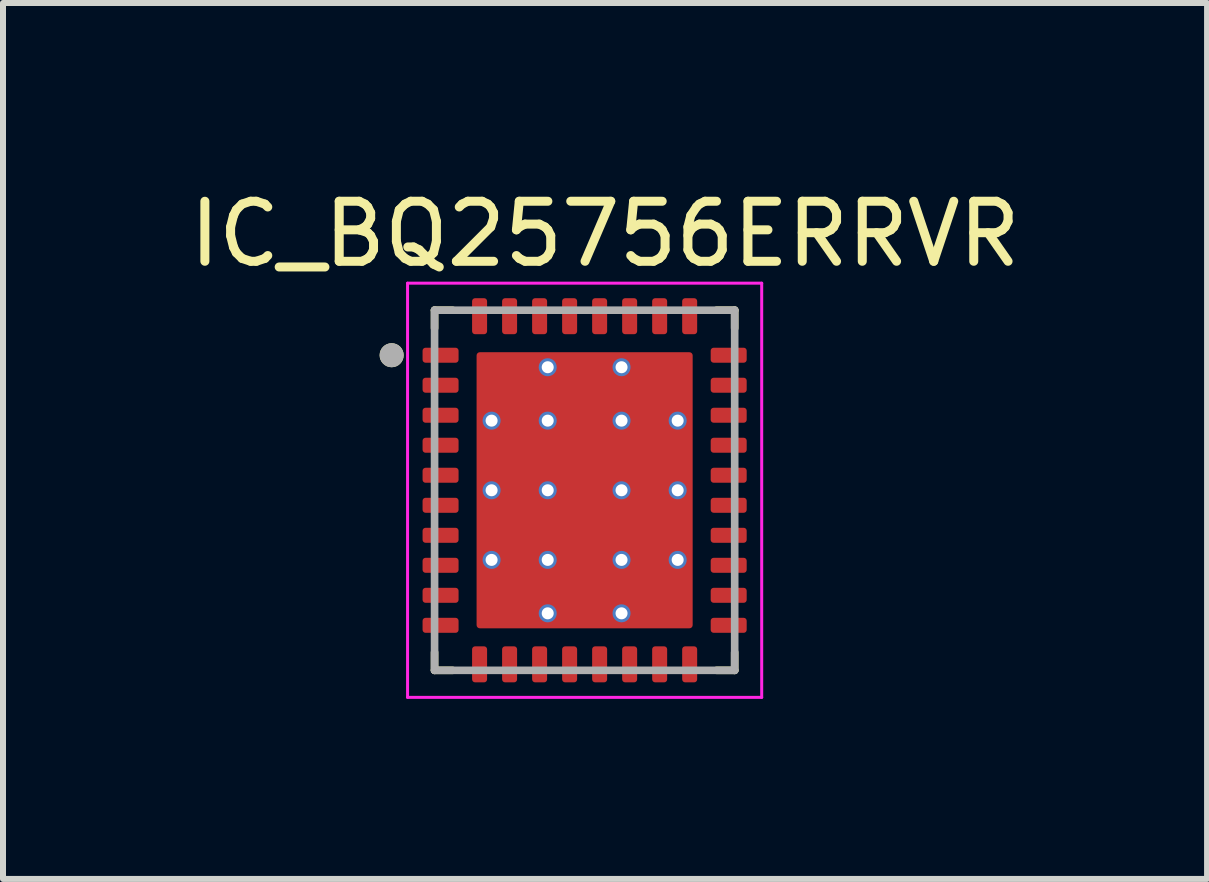
<source format=kicad_pcb>
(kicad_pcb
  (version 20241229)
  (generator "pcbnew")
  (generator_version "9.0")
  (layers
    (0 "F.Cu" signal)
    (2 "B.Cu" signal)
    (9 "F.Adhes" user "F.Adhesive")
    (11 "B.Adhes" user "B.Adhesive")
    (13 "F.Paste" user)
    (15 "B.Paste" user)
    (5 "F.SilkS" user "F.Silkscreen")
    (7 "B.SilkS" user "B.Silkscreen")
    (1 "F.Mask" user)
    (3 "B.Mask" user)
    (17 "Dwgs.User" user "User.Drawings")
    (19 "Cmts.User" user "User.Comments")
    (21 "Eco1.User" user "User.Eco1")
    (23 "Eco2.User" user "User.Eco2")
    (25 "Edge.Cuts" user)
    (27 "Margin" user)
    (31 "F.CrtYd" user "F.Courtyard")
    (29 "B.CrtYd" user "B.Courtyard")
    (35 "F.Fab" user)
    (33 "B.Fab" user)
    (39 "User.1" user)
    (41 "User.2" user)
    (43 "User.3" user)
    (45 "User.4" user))
  (footprint "IC_BQ25756ERRVR"
    (layer "F.Cu")
    (at 6.69 5.118)
    (property "Reference" "IC_BQ25756ERRVR" (at 0.34 -4.27 0) (layer "F.SilkS") (effects (font (size 1 1) (thickness 0.15))))
    (attr smd)
    (fp_poly (pts (xy -2.03 -2.175) (xy -2.03 -2.325) (xy -2.03 -2.331) (xy -2.031 -2.338) (xy -2.031 -2.344) (xy -2.033 -2.35) (xy -2.034 -2.356) (xy -2.036 -2.362) (xy -2.038 -2.368) (xy -2.04 -2.374) (xy -2.043 -2.379) (xy -2.046 -2.385) (xy -2.049 -2.39) (xy -2.053 -2.396) (xy -2.057 -2.401) (xy -2.061 -2.405) (xy -2.065 -2.41) (xy -2.07 -2.414) (xy -2.074 -2.418) (xy -2.079 -2.422) (xy -2.085 -2.426) (xy -2.09 -2.429) (xy -2.096 -2.432) (xy -2.101 -2.435) (xy -2.107 -2.437) (xy -2.113 -2.439) (xy -2.119 -2.441) (xy -2.125 -2.442) (xy -2.131 -2.444) (xy -2.137 -2.444) (xy -2.144 -2.445) (xy -2.15 -2.445) (xy -2.65 -2.445) (xy -2.656 -2.445) (xy -2.663 -2.444) (xy -2.669 -2.444) (xy -2.675 -2.442) (xy -2.681 -2.441) (xy -2.687 -2.439) (xy -2.693 -2.437) (xy -2.699 -2.435) (xy -2.704 -2.432) (xy -2.71 -2.429) (xy -2.715 -2.426) (xy -2.721 -2.422) (xy -2.726 -2.418) (xy -2.73 -2.414) (xy -2.735 -2.41) (xy -2.739 -2.405) (xy -2.743 -2.401) (xy -2.747 -2.396) (xy -2.751 -2.39) (xy -2.754 -2.385) (xy -2.757 -2.379) (xy -2.76 -2.374) (xy -2.762 -2.368) (xy -2.764 -2.362) (xy -2.766 -2.356) (xy -2.767 -2.35) (xy -2.769 -2.344) (xy -2.769 -2.338) (xy -2.77 -2.331) (xy -2.77 -2.325) (xy -2.77 -2.175) (xy -2.77 -2.169) (xy -2.769 -2.162) (xy -2.769 -2.156) (xy -2.767 -2.15) (xy -2.766 -2.144) (xy -2.764 -2.138) (xy -2.762 -2.132) (xy -2.76 -2.126) (xy -2.757 -2.121) (xy -2.754 -2.115) (xy -2.751 -2.11) (xy -2.747 -2.104) (xy -2.743 -2.099) (xy -2.739 -2.095) (xy -2.735 -2.09) (xy -2.73 -2.086) (xy -2.726 -2.082) (xy -2.721 -2.078) (xy -2.715 -2.074) (xy -2.71 -2.071) (xy -2.704 -2.068) (xy -2.699 -2.065) (xy -2.693 -2.063) (xy -2.687 -2.061) (xy -2.681 -2.059) (xy -2.675 -2.058) (xy -2.669 -2.056) (xy -2.663 -2.056) (xy -2.656 -2.055) (xy -2.65 -2.055) (xy -2.15 -2.055) (xy -2.144 -2.055) (xy -2.137 -2.056) (xy -2.131 -2.056) (xy -2.125 -2.058) (xy -2.119 -2.059) (xy -2.113 -2.061) (xy -2.107 -2.063) (xy -2.101 -2.065) (xy -2.096 -2.068) (xy -2.09 -2.071) (xy -2.085 -2.074) (xy -2.079 -2.078) (xy -2.074 -2.082) (xy -2.07 -2.086) (xy -2.065 -2.09) (xy -2.061 -2.095) (xy -2.057 -2.099) (xy -2.053 -2.104) (xy -2.049 -2.11) (xy -2.046 -2.115) (xy -2.043 -2.121) (xy -2.04 -2.126) (xy -2.038 -2.132) (xy -2.036 -2.138) (xy -2.034 -2.144) (xy -2.033 -2.15) (xy -2.031 -2.156) (xy -2.031 -2.162) (xy -2.03 -2.169) (xy -2.03 -2.175)) (stroke (width 0.01) (type solid)) (fill yes) (layer "F.Mask"))
    (fp_poly (pts (xy -2.03 -1.675) (xy -2.03 -1.825) (xy -2.03 -1.831) (xy -2.031 -1.838) (xy -2.031 -1.844) (xy -2.033 -1.85) (xy -2.034 -1.856) (xy -2.036 -1.862) (xy -2.038 -1.868) (xy -2.04 -1.874) (xy -2.043 -1.879) (xy -2.046 -1.885) (xy -2.049 -1.89) (xy -2.053 -1.896) (xy -2.057 -1.901) (xy -2.061 -1.905) (xy -2.065 -1.91) (xy -2.07 -1.914) (xy -2.074 -1.918) (xy -2.079 -1.922) (xy -2.085 -1.926) (xy -2.09 -1.929) (xy -2.096 -1.932) (xy -2.101 -1.935) (xy -2.107 -1.937) (xy -2.113 -1.939) (xy -2.119 -1.941) (xy -2.125 -1.942) (xy -2.131 -1.944) (xy -2.137 -1.944) (xy -2.144 -1.945) (xy -2.15 -1.945) (xy -2.65 -1.945) (xy -2.656 -1.945) (xy -2.663 -1.944) (xy -2.669 -1.944) (xy -2.675 -1.942) (xy -2.681 -1.941) (xy -2.687 -1.939) (xy -2.693 -1.937) (xy -2.699 -1.935) (xy -2.704 -1.932) (xy -2.71 -1.929) (xy -2.715 -1.926) (xy -2.721 -1.922) (xy -2.726 -1.918) (xy -2.73 -1.914) (xy -2.735 -1.91) (xy -2.739 -1.905) (xy -2.743 -1.901) (xy -2.747 -1.896) (xy -2.751 -1.89) (xy -2.754 -1.885) (xy -2.757 -1.879) (xy -2.76 -1.874) (xy -2.762 -1.868) (xy -2.764 -1.862) (xy -2.766 -1.856) (xy -2.767 -1.85) (xy -2.769 -1.844) (xy -2.769 -1.838) (xy -2.77 -1.831) (xy -2.77 -1.825) (xy -2.77 -1.675) (xy -2.77 -1.669) (xy -2.769 -1.662) (xy -2.769 -1.656) (xy -2.767 -1.65) (xy -2.766 -1.644) (xy -2.764 -1.638) (xy -2.762 -1.632) (xy -2.76 -1.626) (xy -2.757 -1.621) (xy -2.754 -1.615) (xy -2.751 -1.61) (xy -2.747 -1.604) (xy -2.743 -1.599) (xy -2.739 -1.595) (xy -2.735 -1.59) (xy -2.73 -1.586) (xy -2.726 -1.582) (xy -2.721 -1.578) (xy -2.715 -1.574) (xy -2.71 -1.571) (xy -2.704 -1.568) (xy -2.699 -1.565) (xy -2.693 -1.563) (xy -2.687 -1.561) (xy -2.681 -1.559) (xy -2.675 -1.558) (xy -2.669 -1.556) (xy -2.663 -1.556) (xy -2.656 -1.555) (xy -2.65 -1.555) (xy -2.15 -1.555) (xy -2.144 -1.555) (xy -2.137 -1.556) (xy -2.131 -1.556) (xy -2.125 -1.558) (xy -2.119 -1.559) (xy -2.113 -1.561) (xy -2.107 -1.563) (xy -2.101 -1.565) (xy -2.096 -1.568) (xy -2.09 -1.571) (xy -2.085 -1.574) (xy -2.079 -1.578) (xy -2.074 -1.582) (xy -2.07 -1.586) (xy -2.065 -1.59) (xy -2.061 -1.595) (xy -2.057 -1.599) (xy -2.053 -1.604) (xy -2.049 -1.61) (xy -2.046 -1.615) (xy -2.043 -1.621) (xy -2.04 -1.626) (xy -2.038 -1.632) (xy -2.036 -1.638) (xy -2.034 -1.644) (xy -2.033 -1.65) (xy -2.031 -1.656) (xy -2.031 -1.662) (xy -2.03 -1.669) (xy -2.03 -1.675)) (stroke (width 0.01) (type solid)) (fill yes) (layer "F.Mask"))
    (fp_poly (pts (xy -2.03 -1.175) (xy -2.03 -1.325) (xy -2.03 -1.331) (xy -2.031 -1.338) (xy -2.031 -1.344) (xy -2.033 -1.35) (xy -2.034 -1.356) (xy -2.036 -1.362) (xy -2.038 -1.368) (xy -2.04 -1.374) (xy -2.043 -1.379) (xy -2.046 -1.385) (xy -2.049 -1.39) (xy -2.053 -1.396) (xy -2.057 -1.401) (xy -2.061 -1.405) (xy -2.065 -1.41) (xy -2.07 -1.414) (xy -2.074 -1.418) (xy -2.079 -1.422) (xy -2.085 -1.426) (xy -2.09 -1.429) (xy -2.096 -1.432) (xy -2.101 -1.435) (xy -2.107 -1.437) (xy -2.113 -1.439) (xy -2.119 -1.441) (xy -2.125 -1.442) (xy -2.131 -1.444) (xy -2.137 -1.444) (xy -2.144 -1.445) (xy -2.15 -1.445) (xy -2.65 -1.445) (xy -2.656 -1.445) (xy -2.663 -1.444) (xy -2.669 -1.444) (xy -2.675 -1.442) (xy -2.681 -1.441) (xy -2.687 -1.439) (xy -2.693 -1.437) (xy -2.699 -1.435) (xy -2.704 -1.432) (xy -2.71 -1.429) (xy -2.715 -1.426) (xy -2.721 -1.422) (xy -2.726 -1.418) (xy -2.73 -1.414) (xy -2.735 -1.41) (xy -2.739 -1.405) (xy -2.743 -1.401) (xy -2.747 -1.396) (xy -2.751 -1.39) (xy -2.754 -1.385) (xy -2.757 -1.379) (xy -2.76 -1.374) (xy -2.762 -1.368) (xy -2.764 -1.362) (xy -2.766 -1.356) (xy -2.767 -1.35) (xy -2.769 -1.344) (xy -2.769 -1.338) (xy -2.77 -1.331) (xy -2.77 -1.325) (xy -2.77 -1.175) (xy -2.77 -1.169) (xy -2.769 -1.162) (xy -2.769 -1.156) (xy -2.767 -1.15) (xy -2.766 -1.144) (xy -2.764 -1.138) (xy -2.762 -1.132) (xy -2.76 -1.126) (xy -2.757 -1.121) (xy -2.754 -1.115) (xy -2.751 -1.11) (xy -2.747 -1.104) (xy -2.743 -1.099) (xy -2.739 -1.095) (xy -2.735 -1.09) (xy -2.73 -1.086) (xy -2.726 -1.082) (xy -2.721 -1.078) (xy -2.715 -1.074) (xy -2.71 -1.071) (xy -2.704 -1.068) (xy -2.699 -1.065) (xy -2.693 -1.063) (xy -2.687 -1.061) (xy -2.681 -1.059) (xy -2.675 -1.058) (xy -2.669 -1.056) (xy -2.663 -1.056) (xy -2.656 -1.055) (xy -2.65 -1.055) (xy -2.15 -1.055) (xy -2.144 -1.055) (xy -2.137 -1.056) (xy -2.131 -1.056) (xy -2.125 -1.058) (xy -2.119 -1.059) (xy -2.113 -1.061) (xy -2.107 -1.063) (xy -2.101 -1.065) (xy -2.096 -1.068) (xy -2.09 -1.071) (xy -2.085 -1.074) (xy -2.079 -1.078) (xy -2.074 -1.082) (xy -2.07 -1.086) (xy -2.065 -1.09) (xy -2.061 -1.095) (xy -2.057 -1.099) (xy -2.053 -1.104) (xy -2.049 -1.11) (xy -2.046 -1.115) (xy -2.043 -1.121) (xy -2.04 -1.126) (xy -2.038 -1.132) (xy -2.036 -1.138) (xy -2.034 -1.144) (xy -2.033 -1.15) (xy -2.031 -1.156) (xy -2.031 -1.162) (xy -2.03 -1.169) (xy -2.03 -1.175)) (stroke (width 0.01) (type solid)) (fill yes) (layer "F.Mask"))
    (fp_poly (pts (xy -2.03 -0.675) (xy -2.03 -0.825) (xy -2.03 -0.831) (xy -2.031 -0.838) (xy -2.031 -0.844) (xy -2.033 -0.85) (xy -2.034 -0.856) (xy -2.036 -0.862) (xy -2.038 -0.868) (xy -2.04 -0.874) (xy -2.043 -0.879) (xy -2.046 -0.885) (xy -2.049 -0.89) (xy -2.053 -0.896) (xy -2.057 -0.901) (xy -2.061 -0.905) (xy -2.065 -0.91) (xy -2.07 -0.914) (xy -2.074 -0.918) (xy -2.079 -0.922) (xy -2.085 -0.926) (xy -2.09 -0.929) (xy -2.096 -0.932) (xy -2.101 -0.935) (xy -2.107 -0.937) (xy -2.113 -0.939) (xy -2.119 -0.941) (xy -2.125 -0.942) (xy -2.131 -0.944) (xy -2.137 -0.944) (xy -2.144 -0.945) (xy -2.15 -0.945) (xy -2.65 -0.945) (xy -2.656 -0.945) (xy -2.663 -0.944) (xy -2.669 -0.944) (xy -2.675 -0.942) (xy -2.681 -0.941) (xy -2.687 -0.939) (xy -2.693 -0.937) (xy -2.699 -0.935) (xy -2.704 -0.932) (xy -2.71 -0.929) (xy -2.715 -0.926) (xy -2.721 -0.922) (xy -2.726 -0.918) (xy -2.73 -0.914) (xy -2.735 -0.91) (xy -2.739 -0.905) (xy -2.743 -0.901) (xy -2.747 -0.896) (xy -2.751 -0.89) (xy -2.754 -0.885) (xy -2.757 -0.879) (xy -2.76 -0.874) (xy -2.762 -0.868) (xy -2.764 -0.862) (xy -2.766 -0.856) (xy -2.767 -0.85) (xy -2.769 -0.844) (xy -2.769 -0.838) (xy -2.77 -0.831) (xy -2.77 -0.825) (xy -2.77 -0.675) (xy -2.77 -0.669) (xy -2.769 -0.662) (xy -2.769 -0.656) (xy -2.767 -0.65) (xy -2.766 -0.644) (xy -2.764 -0.638) (xy -2.762 -0.632) (xy -2.76 -0.626) (xy -2.757 -0.621) (xy -2.754 -0.615) (xy -2.751 -0.61) (xy -2.747 -0.604) (xy -2.743 -0.599) (xy -2.739 -0.595) (xy -2.735 -0.59) (xy -2.73 -0.586) (xy -2.726 -0.582) (xy -2.721 -0.578) (xy -2.715 -0.574) (xy -2.71 -0.571) (xy -2.704 -0.568) (xy -2.699 -0.565) (xy -2.693 -0.563) (xy -2.687 -0.561) (xy -2.681 -0.559) (xy -2.675 -0.558) (xy -2.669 -0.556) (xy -2.663 -0.556) (xy -2.656 -0.555) (xy -2.65 -0.555) (xy -2.15 -0.555) (xy -2.144 -0.555) (xy -2.137 -0.556) (xy -2.131 -0.556) (xy -2.125 -0.558) (xy -2.119 -0.559) (xy -2.113 -0.561) (xy -2.107 -0.563) (xy -2.101 -0.565) (xy -2.096 -0.568) (xy -2.09 -0.571) (xy -2.085 -0.574) (xy -2.079 -0.578) (xy -2.074 -0.582) (xy -2.07 -0.586) (xy -2.065 -0.59) (xy -2.061 -0.595) (xy -2.057 -0.599) (xy -2.053 -0.604) (xy -2.049 -0.61) (xy -2.046 -0.615) (xy -2.043 -0.621) (xy -2.04 -0.626) (xy -2.038 -0.632) (xy -2.036 -0.638) (xy -2.034 -0.644) (xy -2.033 -0.65) (xy -2.031 -0.656) (xy -2.031 -0.662) (xy -2.03 -0.669) (xy -2.03 -0.675)) (stroke (width 0.01) (type solid)) (fill yes) (layer "F.Mask"))
    (fp_poly (pts (xy -2.03 -0.175) (xy -2.03 -0.325) (xy -2.03 -0.331) (xy -2.031 -0.338) (xy -2.031 -0.344) (xy -2.033 -0.35) (xy -2.034 -0.356) (xy -2.036 -0.362) (xy -2.038 -0.368) (xy -2.04 -0.374) (xy -2.043 -0.379) (xy -2.046 -0.385) (xy -2.049 -0.39) (xy -2.053 -0.396) (xy -2.057 -0.401) (xy -2.061 -0.405) (xy -2.065 -0.41) (xy -2.07 -0.414) (xy -2.074 -0.418) (xy -2.079 -0.422) (xy -2.085 -0.426) (xy -2.09 -0.429) (xy -2.096 -0.432) (xy -2.101 -0.435) (xy -2.107 -0.437) (xy -2.113 -0.439) (xy -2.119 -0.441) (xy -2.125 -0.442) (xy -2.131 -0.444) (xy -2.137 -0.444) (xy -2.144 -0.445) (xy -2.15 -0.445) (xy -2.65 -0.445) (xy -2.656 -0.445) (xy -2.663 -0.444) (xy -2.669 -0.444) (xy -2.675 -0.442) (xy -2.681 -0.441) (xy -2.687 -0.439) (xy -2.693 -0.437) (xy -2.699 -0.435) (xy -2.704 -0.432) (xy -2.71 -0.429) (xy -2.715 -0.426) (xy -2.721 -0.422) (xy -2.726 -0.418) (xy -2.73 -0.414) (xy -2.735 -0.41) (xy -2.739 -0.405) (xy -2.743 -0.401) (xy -2.747 -0.396) (xy -2.751 -0.39) (xy -2.754 -0.385) (xy -2.757 -0.379) (xy -2.76 -0.374) (xy -2.762 -0.368) (xy -2.764 -0.362) (xy -2.766 -0.356) (xy -2.767 -0.35) (xy -2.769 -0.344) (xy -2.769 -0.338) (xy -2.77 -0.331) (xy -2.77 -0.325) (xy -2.77 -0.175) (xy -2.77 -0.169) (xy -2.769 -0.162) (xy -2.769 -0.156) (xy -2.767 -0.15) (xy -2.766 -0.144) (xy -2.764 -0.138) (xy -2.762 -0.132) (xy -2.76 -0.126) (xy -2.757 -0.121) (xy -2.754 -0.115) (xy -2.751 -0.11) (xy -2.747 -0.104) (xy -2.743 -0.099) (xy -2.739 -0.095) (xy -2.735 -0.09) (xy -2.73 -0.086) (xy -2.726 -0.082) (xy -2.721 -0.078) (xy -2.715 -0.074) (xy -2.71 -0.071) (xy -2.704 -0.068) (xy -2.699 -0.065) (xy -2.693 -0.063) (xy -2.687 -0.061) (xy -2.681 -0.059) (xy -2.675 -0.058) (xy -2.669 -0.056) (xy -2.663 -0.056) (xy -2.656 -0.055) (xy -2.65 -0.055) (xy -2.15 -0.055) (xy -2.144 -0.055) (xy -2.137 -0.056) (xy -2.131 -0.056) (xy -2.125 -0.058) (xy -2.119 -0.059) (xy -2.113 -0.061) (xy -2.107 -0.063) (xy -2.101 -0.065) (xy -2.096 -0.068) (xy -2.09 -0.071) (xy -2.085 -0.074) (xy -2.079 -0.078) (xy -2.074 -0.082) (xy -2.07 -0.086) (xy -2.065 -0.09) (xy -2.061 -0.095) (xy -2.057 -0.099) (xy -2.053 -0.104) (xy -2.049 -0.11) (xy -2.046 -0.115) (xy -2.043 -0.121) (xy -2.04 -0.126) (xy -2.038 -0.132) (xy -2.036 -0.138) (xy -2.034 -0.144) (xy -2.033 -0.15) (xy -2.031 -0.156) (xy -2.031 -0.162) (xy -2.03 -0.169) (xy -2.03 -0.175)) (stroke (width 0.01) (type solid)) (fill yes) (layer "F.Mask"))
    (fp_poly (pts (xy -2.03 0.325) (xy -2.03 0.175) (xy -2.03 0.169) (xy -2.031 0.162) (xy -2.031 0.156) (xy -2.033 0.15) (xy -2.034 0.144) (xy -2.036 0.138) (xy -2.038 0.132) (xy -2.04 0.126) (xy -2.043 0.121) (xy -2.046 0.115) (xy -2.049 0.11) (xy -2.053 0.104) (xy -2.057 0.099) (xy -2.061 0.095) (xy -2.065 0.09) (xy -2.07 0.086) (xy -2.074 0.082) (xy -2.079 0.078) (xy -2.085 0.074) (xy -2.09 0.071) (xy -2.096 0.068) (xy -2.101 0.065) (xy -2.107 0.063) (xy -2.113 0.061) (xy -2.119 0.059) (xy -2.125 0.058) (xy -2.131 0.056) (xy -2.137 0.056) (xy -2.144 0.055) (xy -2.15 0.055) (xy -2.65 0.055) (xy -2.656 0.055) (xy -2.663 0.056) (xy -2.669 0.056) (xy -2.675 0.058) (xy -2.681 0.059) (xy -2.687 0.061) (xy -2.693 0.063) (xy -2.699 0.065) (xy -2.704 0.068) (xy -2.71 0.071) (xy -2.715 0.074) (xy -2.721 0.078) (xy -2.726 0.082) (xy -2.73 0.086) (xy -2.735 0.09) (xy -2.739 0.095) (xy -2.743 0.099) (xy -2.747 0.104) (xy -2.751 0.11) (xy -2.754 0.115) (xy -2.757 0.121) (xy -2.76 0.126) (xy -2.762 0.132) (xy -2.764 0.138) (xy -2.766 0.144) (xy -2.767 0.15) (xy -2.769 0.156) (xy -2.769 0.162) (xy -2.77 0.169) (xy -2.77 0.175) (xy -2.77 0.325) (xy -2.77 0.331) (xy -2.769 0.338) (xy -2.769 0.344) (xy -2.767 0.35) (xy -2.766 0.356) (xy -2.764 0.362) (xy -2.762 0.368) (xy -2.76 0.374) (xy -2.757 0.379) (xy -2.754 0.385) (xy -2.751 0.39) (xy -2.747 0.396) (xy -2.743 0.401) (xy -2.739 0.405) (xy -2.735 0.41) (xy -2.73 0.414) (xy -2.726 0.418) (xy -2.721 0.422) (xy -2.715 0.426) (xy -2.71 0.429) (xy -2.704 0.432) (xy -2.699 0.435) (xy -2.693 0.437) (xy -2.687 0.439) (xy -2.681 0.441) (xy -2.675 0.442) (xy -2.669 0.444) (xy -2.663 0.444) (xy -2.656 0.445) (xy -2.65 0.445) (xy -2.15 0.445) (xy -2.144 0.445) (xy -2.137 0.444) (xy -2.131 0.444) (xy -2.125 0.442) (xy -2.119 0.441) (xy -2.113 0.439) (xy -2.107 0.437) (xy -2.101 0.435) (xy -2.096 0.432) (xy -2.09 0.429) (xy -2.085 0.426) (xy -2.079 0.422) (xy -2.074 0.418) (xy -2.07 0.414) (xy -2.065 0.41) (xy -2.061 0.405) (xy -2.057 0.401) (xy -2.053 0.396) (xy -2.049 0.39) (xy -2.046 0.385) (xy -2.043 0.379) (xy -2.04 0.374) (xy -2.038 0.368) (xy -2.036 0.362) (xy -2.034 0.356) (xy -2.033 0.35) (xy -2.031 0.344) (xy -2.031 0.338) (xy -2.03 0.331) (xy -2.03 0.325)) (stroke (width 0.01) (type solid)) (fill yes) (layer "F.Mask"))
    (fp_poly (pts (xy -2.03 0.825) (xy -2.03 0.675) (xy -2.03 0.669) (xy -2.031 0.662) (xy -2.031 0.656) (xy -2.033 0.65) (xy -2.034 0.644) (xy -2.036 0.638) (xy -2.038 0.632) (xy -2.04 0.626) (xy -2.043 0.621) (xy -2.046 0.615) (xy -2.049 0.61) (xy -2.053 0.604) (xy -2.057 0.599) (xy -2.061 0.595) (xy -2.065 0.59) (xy -2.07 0.586) (xy -2.074 0.582) (xy -2.079 0.578) (xy -2.085 0.574) (xy -2.09 0.571) (xy -2.096 0.568) (xy -2.101 0.565) (xy -2.107 0.563) (xy -2.113 0.561) (xy -2.119 0.559) (xy -2.125 0.558) (xy -2.131 0.556) (xy -2.137 0.556) (xy -2.144 0.555) (xy -2.15 0.555) (xy -2.65 0.555) (xy -2.656 0.555) (xy -2.663 0.556) (xy -2.669 0.556) (xy -2.675 0.558) (xy -2.681 0.559) (xy -2.687 0.561) (xy -2.693 0.563) (xy -2.699 0.565) (xy -2.704 0.568) (xy -2.71 0.571) (xy -2.715 0.574) (xy -2.721 0.578) (xy -2.726 0.582) (xy -2.73 0.586) (xy -2.735 0.59) (xy -2.739 0.595) (xy -2.743 0.599) (xy -2.747 0.604) (xy -2.751 0.61) (xy -2.754 0.615) (xy -2.757 0.621) (xy -2.76 0.626) (xy -2.762 0.632) (xy -2.764 0.638) (xy -2.766 0.644) (xy -2.767 0.65) (xy -2.769 0.656) (xy -2.769 0.662) (xy -2.77 0.669) (xy -2.77 0.675) (xy -2.77 0.825) (xy -2.77 0.831) (xy -2.769 0.838) (xy -2.769 0.844) (xy -2.767 0.85) (xy -2.766 0.856) (xy -2.764 0.862) (xy -2.762 0.868) (xy -2.76 0.874) (xy -2.757 0.879) (xy -2.754 0.885) (xy -2.751 0.89) (xy -2.747 0.896) (xy -2.743 0.901) (xy -2.739 0.905) (xy -2.735 0.91) (xy -2.73 0.914) (xy -2.726 0.918) (xy -2.721 0.922) (xy -2.715 0.926) (xy -2.71 0.929) (xy -2.704 0.932) (xy -2.699 0.935) (xy -2.693 0.937) (xy -2.687 0.939) (xy -2.681 0.941) (xy -2.675 0.942) (xy -2.669 0.944) (xy -2.663 0.944) (xy -2.656 0.945) (xy -2.65 0.945) (xy -2.15 0.945) (xy -2.144 0.945) (xy -2.137 0.944) (xy -2.131 0.944) (xy -2.125 0.942) (xy -2.119 0.941) (xy -2.113 0.939) (xy -2.107 0.937) (xy -2.101 0.935) (xy -2.096 0.932) (xy -2.09 0.929) (xy -2.085 0.926) (xy -2.079 0.922) (xy -2.074 0.918) (xy -2.07 0.914) (xy -2.065 0.91) (xy -2.061 0.905) (xy -2.057 0.901) (xy -2.053 0.896) (xy -2.049 0.89) (xy -2.046 0.885) (xy -2.043 0.879) (xy -2.04 0.874) (xy -2.038 0.868) (xy -2.036 0.862) (xy -2.034 0.856) (xy -2.033 0.85) (xy -2.031 0.844) (xy -2.031 0.838) (xy -2.03 0.831) (xy -2.03 0.825)) (stroke (width 0.01) (type solid)) (fill yes) (layer "F.Mask"))
    (fp_poly (pts (xy -2.03 1.325) (xy -2.03 1.175) (xy -2.03 1.169) (xy -2.031 1.162) (xy -2.031 1.156) (xy -2.033 1.15) (xy -2.034 1.144) (xy -2.036 1.138) (xy -2.038 1.132) (xy -2.04 1.126) (xy -2.043 1.121) (xy -2.046 1.115) (xy -2.049 1.11) (xy -2.053 1.104) (xy -2.057 1.099) (xy -2.061 1.095) (xy -2.065 1.09) (xy -2.07 1.086) (xy -2.074 1.082) (xy -2.079 1.078) (xy -2.085 1.074) (xy -2.09 1.071) (xy -2.096 1.068) (xy -2.101 1.065) (xy -2.107 1.063) (xy -2.113 1.061) (xy -2.119 1.059) (xy -2.125 1.058) (xy -2.131 1.056) (xy -2.137 1.056) (xy -2.144 1.055) (xy -2.15 1.055) (xy -2.65 1.055) (xy -2.656 1.055) (xy -2.663 1.056) (xy -2.669 1.056) (xy -2.675 1.058) (xy -2.681 1.059) (xy -2.687 1.061) (xy -2.693 1.063) (xy -2.699 1.065) (xy -2.704 1.068) (xy -2.71 1.071) (xy -2.715 1.074) (xy -2.721 1.078) (xy -2.726 1.082) (xy -2.73 1.086) (xy -2.735 1.09) (xy -2.739 1.095) (xy -2.743 1.099) (xy -2.747 1.104) (xy -2.751 1.11) (xy -2.754 1.115) (xy -2.757 1.121) (xy -2.76 1.126) (xy -2.762 1.132) (xy -2.764 1.138) (xy -2.766 1.144) (xy -2.767 1.15) (xy -2.769 1.156) (xy -2.769 1.162) (xy -2.77 1.169) (xy -2.77 1.175) (xy -2.77 1.325) (xy -2.77 1.331) (xy -2.769 1.338) (xy -2.769 1.344) (xy -2.767 1.35) (xy -2.766 1.356) (xy -2.764 1.362) (xy -2.762 1.368) (xy -2.76 1.374) (xy -2.757 1.379) (xy -2.754 1.385) (xy -2.751 1.39) (xy -2.747 1.396) (xy -2.743 1.401) (xy -2.739 1.405) (xy -2.735 1.41) (xy -2.73 1.414) (xy -2.726 1.418) (xy -2.721 1.422) (xy -2.715 1.426) (xy -2.71 1.429) (xy -2.704 1.432) (xy -2.699 1.435) (xy -2.693 1.437) (xy -2.687 1.439) (xy -2.681 1.441) (xy -2.675 1.442) (xy -2.669 1.444) (xy -2.663 1.444) (xy -2.656 1.445) (xy -2.65 1.445) (xy -2.15 1.445) (xy -2.144 1.445) (xy -2.137 1.444) (xy -2.131 1.444) (xy -2.125 1.442) (xy -2.119 1.441) (xy -2.113 1.439) (xy -2.107 1.437) (xy -2.101 1.435) (xy -2.096 1.432) (xy -2.09 1.429) (xy -2.085 1.426) (xy -2.079 1.422) (xy -2.074 1.418) (xy -2.07 1.414) (xy -2.065 1.41) (xy -2.061 1.405) (xy -2.057 1.401) (xy -2.053 1.396) (xy -2.049 1.39) (xy -2.046 1.385) (xy -2.043 1.379) (xy -2.04 1.374) (xy -2.038 1.368) (xy -2.036 1.362) (xy -2.034 1.356) (xy -2.033 1.35) (xy -2.031 1.344) (xy -2.031 1.338) (xy -2.03 1.331) (xy -2.03 1.325)) (stroke (width 0.01) (type solid)) (fill yes) (layer "F.Mask"))
    (fp_poly (pts (xy -2.03 1.825) (xy -2.03 1.675) (xy -2.03 1.669) (xy -2.031 1.662) (xy -2.031 1.656) (xy -2.033 1.65) (xy -2.034 1.644) (xy -2.036 1.638) (xy -2.038 1.632) (xy -2.04 1.626) (xy -2.043 1.621) (xy -2.046 1.615) (xy -2.049 1.61) (xy -2.053 1.604) (xy -2.057 1.599) (xy -2.061 1.595) (xy -2.065 1.59) (xy -2.07 1.586) (xy -2.074 1.582) (xy -2.079 1.578) (xy -2.085 1.574) (xy -2.09 1.571) (xy -2.096 1.568) (xy -2.101 1.565) (xy -2.107 1.563) (xy -2.113 1.561) (xy -2.119 1.559) (xy -2.125 1.558) (xy -2.131 1.556) (xy -2.137 1.556) (xy -2.144 1.555) (xy -2.15 1.555) (xy -2.65 1.555) (xy -2.656 1.555) (xy -2.663 1.556) (xy -2.669 1.556) (xy -2.675 1.558) (xy -2.681 1.559) (xy -2.687 1.561) (xy -2.693 1.563) (xy -2.699 1.565) (xy -2.704 1.568) (xy -2.71 1.571) (xy -2.715 1.574) (xy -2.721 1.578) (xy -2.726 1.582) (xy -2.73 1.586) (xy -2.735 1.59) (xy -2.739 1.595) (xy -2.743 1.599) (xy -2.747 1.604) (xy -2.751 1.61) (xy -2.754 1.615) (xy -2.757 1.621) (xy -2.76 1.626) (xy -2.762 1.632) (xy -2.764 1.638) (xy -2.766 1.644) (xy -2.767 1.65) (xy -2.769 1.656) (xy -2.769 1.662) (xy -2.77 1.669) (xy -2.77 1.675) (xy -2.77 1.825) (xy -2.77 1.831) (xy -2.769 1.838) (xy -2.769 1.844) (xy -2.767 1.85) (xy -2.766 1.856) (xy -2.764 1.862) (xy -2.762 1.868) (xy -2.76 1.874) (xy -2.757 1.879) (xy -2.754 1.885) (xy -2.751 1.89) (xy -2.747 1.896) (xy -2.743 1.901) (xy -2.739 1.905) (xy -2.735 1.91) (xy -2.73 1.914) (xy -2.726 1.918) (xy -2.721 1.922) (xy -2.715 1.926) (xy -2.71 1.929) (xy -2.704 1.932) (xy -2.699 1.935) (xy -2.693 1.937) (xy -2.687 1.939) (xy -2.681 1.941) (xy -2.675 1.942) (xy -2.669 1.944) (xy -2.663 1.944) (xy -2.656 1.945) (xy -2.65 1.945) (xy -2.15 1.945) (xy -2.144 1.945) (xy -2.137 1.944) (xy -2.131 1.944) (xy -2.125 1.942) (xy -2.119 1.941) (xy -2.113 1.939) (xy -2.107 1.937) (xy -2.101 1.935) (xy -2.096 1.932) (xy -2.09 1.929) (xy -2.085 1.926) (xy -2.079 1.922) (xy -2.074 1.918) (xy -2.07 1.914) (xy -2.065 1.91) (xy -2.061 1.905) (xy -2.057 1.901) (xy -2.053 1.896) (xy -2.049 1.89) (xy -2.046 1.885) (xy -2.043 1.879) (xy -2.04 1.874) (xy -2.038 1.868) (xy -2.036 1.862) (xy -2.034 1.856) (xy -2.033 1.85) (xy -2.031 1.844) (xy -2.031 1.838) (xy -2.03 1.831) (xy -2.03 1.825)) (stroke (width 0.01) (type solid)) (fill yes) (layer "F.Mask"))
    (fp_poly (pts (xy -2.03 2.325) (xy -2.03 2.175) (xy -2.03 2.169) (xy -2.031 2.162) (xy -2.031 2.156) (xy -2.033 2.15) (xy -2.034 2.144) (xy -2.036 2.138) (xy -2.038 2.132) (xy -2.04 2.126) (xy -2.043 2.121) (xy -2.046 2.115) (xy -2.049 2.11) (xy -2.053 2.104) (xy -2.057 2.099) (xy -2.061 2.095) (xy -2.065 2.09) (xy -2.07 2.086) (xy -2.074 2.082) (xy -2.079 2.078) (xy -2.085 2.074) (xy -2.09 2.071) (xy -2.096 2.068) (xy -2.101 2.065) (xy -2.107 2.063) (xy -2.113 2.061) (xy -2.119 2.059) (xy -2.125 2.058) (xy -2.131 2.056) (xy -2.137 2.056) (xy -2.144 2.055) (xy -2.15 2.055) (xy -2.65 2.055) (xy -2.656 2.055) (xy -2.663 2.056) (xy -2.669 2.056) (xy -2.675 2.058) (xy -2.681 2.059) (xy -2.687 2.061) (xy -2.693 2.063) (xy -2.699 2.065) (xy -2.704 2.068) (xy -2.71 2.071) (xy -2.715 2.074) (xy -2.721 2.078) (xy -2.726 2.082) (xy -2.73 2.086) (xy -2.735 2.09) (xy -2.739 2.095) (xy -2.743 2.099) (xy -2.747 2.104) (xy -2.751 2.11) (xy -2.754 2.115) (xy -2.757 2.121) (xy -2.76 2.126) (xy -2.762 2.132) (xy -2.764 2.138) (xy -2.766 2.144) (xy -2.767 2.15) (xy -2.769 2.156) (xy -2.769 2.162) (xy -2.77 2.169) (xy -2.77 2.175) (xy -2.77 2.325) (xy -2.77 2.331) (xy -2.769 2.338) (xy -2.769 2.344) (xy -2.767 2.35) (xy -2.766 2.356) (xy -2.764 2.362) (xy -2.762 2.368) (xy -2.76 2.374) (xy -2.757 2.379) (xy -2.754 2.385) (xy -2.751 2.39) (xy -2.747 2.396) (xy -2.743 2.401) (xy -2.739 2.405) (xy -2.735 2.41) (xy -2.73 2.414) (xy -2.726 2.418) (xy -2.721 2.422) (xy -2.715 2.426) (xy -2.71 2.429) (xy -2.704 2.432) (xy -2.699 2.435) (xy -2.693 2.437) (xy -2.687 2.439) (xy -2.681 2.441) (xy -2.675 2.442) (xy -2.669 2.444) (xy -2.663 2.444) (xy -2.656 2.445) (xy -2.65 2.445) (xy -2.15 2.445) (xy -2.144 2.445) (xy -2.137 2.444) (xy -2.131 2.444) (xy -2.125 2.442) (xy -2.119 2.441) (xy -2.113 2.439) (xy -2.107 2.437) (xy -2.101 2.435) (xy -2.096 2.432) (xy -2.09 2.429) (xy -2.085 2.426) (xy -2.079 2.422) (xy -2.074 2.418) (xy -2.07 2.414) (xy -2.065 2.41) (xy -2.061 2.405) (xy -2.057 2.401) (xy -2.053 2.396) (xy -2.049 2.39) (xy -2.046 2.385) (xy -2.043 2.379) (xy -2.04 2.374) (xy -2.038 2.368) (xy -2.036 2.362) (xy -2.034 2.356) (xy -2.033 2.35) (xy -2.031 2.344) (xy -2.031 2.338) (xy -2.03 2.331) (xy -2.03 2.325)) (stroke (width 0.01) (type solid)) (fill yes) (layer "F.Mask"))
    (fp_poly (pts (xy -1.87 2.25) (xy -1.87 -2.25) (xy -1.87 -2.256) (xy -1.869 -2.263) (xy -1.869 -2.269) (xy -1.867 -2.275) (xy -1.866 -2.281) (xy -1.864 -2.287) (xy -1.862 -2.293) (xy -1.86 -2.299) (xy -1.857 -2.304) (xy -1.854 -2.31) (xy -1.851 -2.315) (xy -1.847 -2.321) (xy -1.843 -2.326) (xy -1.839 -2.33) (xy -1.835 -2.335) (xy -1.83 -2.339) (xy -1.826 -2.343) (xy -1.821 -2.347) (xy -1.815 -2.351) (xy -1.81 -2.354) (xy -1.804 -2.357) (xy -1.799 -2.36) (xy -1.793 -2.362) (xy -1.787 -2.364) (xy -1.781 -2.366) (xy -1.775 -2.367) (xy -1.769 -2.369) (xy -1.763 -2.369) (xy -1.756 -2.37) (xy -1.75 -2.37) (xy 1.75 -2.37) (xy 1.756 -2.37) (xy 1.763 -2.369) (xy 1.769 -2.369) (xy 1.775 -2.367) (xy 1.781 -2.366) (xy 1.787 -2.364) (xy 1.793 -2.362) (xy 1.799 -2.36) (xy 1.804 -2.357) (xy 1.81 -2.354) (xy 1.815 -2.351) (xy 1.821 -2.347) (xy 1.826 -2.343) (xy 1.83 -2.339) (xy 1.835 -2.335) (xy 1.839 -2.33) (xy 1.843 -2.326) (xy 1.847 -2.321) (xy 1.851 -2.315) (xy 1.854 -2.31) (xy 1.857 -2.304) (xy 1.86 -2.299) (xy 1.862 -2.293) (xy 1.864 -2.287) (xy 1.866 -2.281) (xy 1.867 -2.275) (xy 1.869 -2.269) (xy 1.869 -2.263) (xy 1.87 -2.256) (xy 1.87 -2.25) (xy 1.87 2.25) (xy 1.87 2.256) (xy 1.869 2.263) (xy 1.869 2.269) (xy 1.867 2.275) (xy 1.866 2.281) (xy 1.864 2.287) (xy 1.862 2.293) (xy 1.86 2.299) (xy 1.857 2.304) (xy 1.854 2.31) (xy 1.851 2.315) (xy 1.847 2.321) (xy 1.843 2.326) (xy 1.839 2.33) (xy 1.835 2.335) (xy 1.83 2.339) (xy 1.826 2.343) (xy 1.821 2.347) (xy 1.815 2.351) (xy 1.81 2.354) (xy 1.804 2.357) (xy 1.799 2.36) (xy 1.793 2.362) (xy 1.787 2.364) (xy 1.781 2.366) (xy 1.775 2.367) (xy 1.769 2.369) (xy 1.763 2.369) (xy 1.756 2.37) (xy 1.75 2.37) (xy -1.75 2.37) (xy -1.756 2.37) (xy -1.763 2.369) (xy -1.769 2.369) (xy -1.775 2.367) (xy -1.781 2.366) (xy -1.787 2.364) (xy -1.793 2.362) (xy -1.799 2.36) (xy -1.804 2.357) (xy -1.81 2.354) (xy -1.815 2.351) (xy -1.821 2.347) (xy -1.826 2.343) (xy -1.83 2.339) (xy -1.835 2.335) (xy -1.839 2.33) (xy -1.843 2.326) (xy -1.847 2.321) (xy -1.851 2.315) (xy -1.854 2.31) (xy -1.857 2.304) (xy -1.86 2.299) (xy -1.862 2.293) (xy -1.864 2.287) (xy -1.866 2.281) (xy -1.867 2.275) (xy -1.869 2.269) (xy -1.869 2.263) (xy -1.87 2.256) (xy -1.87 2.25)) (stroke (width 0.01) (type solid)) (fill yes) (layer "F.Mask"))
    (fp_poly (pts (xy -1.825 2.53) (xy -1.675 2.53) (xy -1.669 2.53) (xy -1.662 2.531) (xy -1.656 2.531) (xy -1.65 2.533) (xy -1.644 2.534) (xy -1.638 2.536) (xy -1.632 2.538) (xy -1.626 2.54) (xy -1.621 2.543) (xy -1.615 2.546) (xy -1.61 2.549) (xy -1.604 2.553) (xy -1.599 2.557) (xy -1.595 2.561) (xy -1.59 2.565) (xy -1.586 2.57) (xy -1.582 2.574) (xy -1.578 2.579) (xy -1.574 2.585) (xy -1.571 2.59) (xy -1.568 2.596) (xy -1.565 2.601) (xy -1.563 2.607) (xy -1.561 2.613) (xy -1.559 2.619) (xy -1.558 2.625) (xy -1.556 2.631) (xy -1.556 2.637) (xy -1.555 2.644) (xy -1.555 2.65) (xy -1.555 3.15) (xy -1.555 3.156) (xy -1.556 3.163) (xy -1.556 3.169) (xy -1.558 3.175) (xy -1.559 3.181) (xy -1.561 3.187) (xy -1.563 3.193) (xy -1.565 3.199) (xy -1.568 3.204) (xy -1.571 3.21) (xy -1.574 3.215) (xy -1.578 3.221) (xy -1.582 3.226) (xy -1.586 3.23) (xy -1.59 3.235) (xy -1.595 3.239) (xy -1.599 3.243) (xy -1.604 3.247) (xy -1.61 3.251) (xy -1.615 3.254) (xy -1.621 3.257) (xy -1.626 3.26) (xy -1.632 3.262) (xy -1.638 3.264) (xy -1.644 3.266) (xy -1.65 3.267) (xy -1.656 3.269) (xy -1.662 3.269) (xy -1.669 3.27) (xy -1.675 3.27) (xy -1.825 3.27) (xy -1.831 3.27) (xy -1.838 3.269) (xy -1.844 3.269) (xy -1.85 3.267) (xy -1.856 3.266) (xy -1.862 3.264) (xy -1.868 3.262) (xy -1.874 3.26) (xy -1.879 3.257) (xy -1.885 3.254) (xy -1.89 3.251) (xy -1.896 3.247) (xy -1.901 3.243) (xy -1.905 3.239) (xy -1.91 3.235) (xy -1.914 3.23) (xy -1.918 3.226) (xy -1.922 3.221) (xy -1.926 3.215) (xy -1.929 3.21) (xy -1.932 3.204) (xy -1.935 3.199) (xy -1.937 3.193) (xy -1.939 3.187) (xy -1.941 3.181) (xy -1.942 3.175) (xy -1.944 3.169) (xy -1.944 3.163) (xy -1.945 3.156) (xy -1.945 3.15) (xy -1.945 2.65) (xy -1.945 2.644) (xy -1.944 2.637) (xy -1.944 2.631) (xy -1.942 2.625) (xy -1.941 2.619) (xy -1.939 2.613) (xy -1.937 2.607) (xy -1.935 2.601) (xy -1.932 2.596) (xy -1.929 2.59) (xy -1.926 2.585) (xy -1.922 2.579) (xy -1.918 2.574) (xy -1.914 2.57) (xy -1.91 2.565) (xy -1.905 2.561) (xy -1.901 2.557) (xy -1.896 2.553) (xy -1.89 2.549) (xy -1.885 2.546) (xy -1.879 2.543) (xy -1.874 2.54) (xy -1.868 2.538) (xy -1.862 2.536) (xy -1.856 2.534) (xy -1.85 2.533) (xy -1.844 2.531) (xy -1.838 2.531) (xy -1.831 2.53) (xy -1.825 2.53)) (stroke (width 0.01) (type solid)) (fill yes) (layer "F.Mask"))
    (fp_poly (pts (xy -1.555 -2.65) (xy -1.555 -3.15) (xy -1.555 -3.156) (xy -1.556 -3.163) (xy -1.556 -3.169) (xy -1.558 -3.175) (xy -1.559 -3.181) (xy -1.561 -3.187) (xy -1.563 -3.193) (xy -1.565 -3.199) (xy -1.568 -3.204) (xy -1.571 -3.21) (xy -1.574 -3.215) (xy -1.578 -3.221) (xy -1.582 -3.226) (xy -1.586 -3.23) (xy -1.59 -3.235) (xy -1.595 -3.239) (xy -1.599 -3.243) (xy -1.604 -3.247) (xy -1.61 -3.251) (xy -1.615 -3.254) (xy -1.621 -3.257) (xy -1.626 -3.26) (xy -1.632 -3.262) (xy -1.638 -3.264) (xy -1.644 -3.266) (xy -1.65 -3.267) (xy -1.656 -3.269) (xy -1.662 -3.269) (xy -1.669 -3.27) (xy -1.675 -3.27) (xy -1.825 -3.27) (xy -1.831 -3.27) (xy -1.838 -3.269) (xy -1.844 -3.269) (xy -1.85 -3.267) (xy -1.856 -3.266) (xy -1.862 -3.264) (xy -1.868 -3.262) (xy -1.874 -3.26) (xy -1.879 -3.257) (xy -1.885 -3.254) (xy -1.89 -3.251) (xy -1.896 -3.247) (xy -1.901 -3.243) (xy -1.905 -3.239) (xy -1.91 -3.235) (xy -1.914 -3.23) (xy -1.918 -3.226) (xy -1.922 -3.221) (xy -1.926 -3.215) (xy -1.929 -3.21) (xy -1.932 -3.204) (xy -1.935 -3.199) (xy -1.937 -3.193) (xy -1.939 -3.187) (xy -1.941 -3.181) (xy -1.942 -3.175) (xy -1.944 -3.169) (xy -1.944 -3.163) (xy -1.945 -3.156) (xy -1.945 -3.15) (xy -1.945 -2.65) (xy -1.945 -2.644) (xy -1.944 -2.637) (xy -1.944 -2.631) (xy -1.942 -2.625) (xy -1.941 -2.619) (xy -1.939 -2.613) (xy -1.937 -2.607) (xy -1.935 -2.601) (xy -1.932 -2.596) (xy -1.929 -2.59) (xy -1.926 -2.585) (xy -1.922 -2.579) (xy -1.918 -2.574) (xy -1.914 -2.57) (xy -1.91 -2.565) (xy -1.905 -2.561) (xy -1.901 -2.557) (xy -1.896 -2.553) (xy -1.89 -2.549) (xy -1.885 -2.546) (xy -1.879 -2.543) (xy -1.874 -2.54) (xy -1.868 -2.538) (xy -1.862 -2.536) (xy -1.856 -2.534) (xy -1.85 -2.533) (xy -1.844 -2.531) (xy -1.838 -2.531) (xy -1.831 -2.53) (xy -1.825 -2.53) (xy -1.675 -2.53) (xy -1.669 -2.53) (xy -1.662 -2.531) (xy -1.656 -2.531) (xy -1.65 -2.533) (xy -1.644 -2.534) (xy -1.638 -2.536) (xy -1.632 -2.538) (xy -1.626 -2.54) (xy -1.621 -2.543) (xy -1.615 -2.546) (xy -1.61 -2.549) (xy -1.604 -2.553) (xy -1.599 -2.557) (xy -1.595 -2.561) (xy -1.59 -2.565) (xy -1.586 -2.57) (xy -1.582 -2.574) (xy -1.578 -2.579) (xy -1.574 -2.585) (xy -1.571 -2.59) (xy -1.568 -2.596) (xy -1.565 -2.601) (xy -1.563 -2.607) (xy -1.561 -2.613) (xy -1.559 -2.619) (xy -1.558 -2.625) (xy -1.556 -2.631) (xy -1.556 -2.637) (xy -1.555 -2.644) (xy -1.555 -2.65)) (stroke (width 0.01) (type solid)) (fill yes) (layer "F.Mask"))
    (fp_poly (pts (xy -1.325 2.53) (xy -1.175 2.53) (xy -1.169 2.53) (xy -1.162 2.531) (xy -1.156 2.531) (xy -1.15 2.533) (xy -1.144 2.534) (xy -1.138 2.536) (xy -1.132 2.538) (xy -1.126 2.54) (xy -1.121 2.543) (xy -1.115 2.546) (xy -1.11 2.549) (xy -1.104 2.553) (xy -1.099 2.557) (xy -1.095 2.561) (xy -1.09 2.565) (xy -1.086 2.57) (xy -1.082 2.574) (xy -1.078 2.579) (xy -1.074 2.585) (xy -1.071 2.59) (xy -1.068 2.596) (xy -1.065 2.601) (xy -1.063 2.607) (xy -1.061 2.613) (xy -1.059 2.619) (xy -1.058 2.625) (xy -1.056 2.631) (xy -1.056 2.637) (xy -1.055 2.644) (xy -1.055 2.65) (xy -1.055 3.15) (xy -1.055 3.156) (xy -1.056 3.163) (xy -1.056 3.169) (xy -1.058 3.175) (xy -1.059 3.181) (xy -1.061 3.187) (xy -1.063 3.193) (xy -1.065 3.199) (xy -1.068 3.204) (xy -1.071 3.21) (xy -1.074 3.215) (xy -1.078 3.221) (xy -1.082 3.226) (xy -1.086 3.23) (xy -1.09 3.235) (xy -1.095 3.239) (xy -1.099 3.243) (xy -1.104 3.247) (xy -1.11 3.251) (xy -1.115 3.254) (xy -1.121 3.257) (xy -1.126 3.26) (xy -1.132 3.262) (xy -1.138 3.264) (xy -1.144 3.266) (xy -1.15 3.267) (xy -1.156 3.269) (xy -1.162 3.269) (xy -1.169 3.27) (xy -1.175 3.27) (xy -1.325 3.27) (xy -1.331 3.27) (xy -1.338 3.269) (xy -1.344 3.269) (xy -1.35 3.267) (xy -1.356 3.266) (xy -1.362 3.264) (xy -1.368 3.262) (xy -1.374 3.26) (xy -1.379 3.257) (xy -1.385 3.254) (xy -1.39 3.251) (xy -1.396 3.247) (xy -1.401 3.243) (xy -1.405 3.239) (xy -1.41 3.235) (xy -1.414 3.23) (xy -1.418 3.226) (xy -1.422 3.221) (xy -1.426 3.215) (xy -1.429 3.21) (xy -1.432 3.204) (xy -1.435 3.199) (xy -1.437 3.193) (xy -1.439 3.187) (xy -1.441 3.181) (xy -1.442 3.175) (xy -1.444 3.169) (xy -1.444 3.163) (xy -1.445 3.156) (xy -1.445 3.15) (xy -1.445 2.65) (xy -1.445 2.644) (xy -1.444 2.637) (xy -1.444 2.631) (xy -1.442 2.625) (xy -1.441 2.619) (xy -1.439 2.613) (xy -1.437 2.607) (xy -1.435 2.601) (xy -1.432 2.596) (xy -1.429 2.59) (xy -1.426 2.585) (xy -1.422 2.579) (xy -1.418 2.574) (xy -1.414 2.57) (xy -1.41 2.565) (xy -1.405 2.561) (xy -1.401 2.557) (xy -1.396 2.553) (xy -1.39 2.549) (xy -1.385 2.546) (xy -1.379 2.543) (xy -1.374 2.54) (xy -1.368 2.538) (xy -1.362 2.536) (xy -1.356 2.534) (xy -1.35 2.533) (xy -1.344 2.531) (xy -1.338 2.531) (xy -1.331 2.53) (xy -1.325 2.53)) (stroke (width 0.01) (type solid)) (fill yes) (layer "F.Mask"))
    (fp_poly (pts (xy -1.055 -2.65) (xy -1.055 -3.15) (xy -1.055 -3.156) (xy -1.056 -3.163) (xy -1.056 -3.169) (xy -1.058 -3.175) (xy -1.059 -3.181) (xy -1.061 -3.187) (xy -1.063 -3.193) (xy -1.065 -3.199) (xy -1.068 -3.204) (xy -1.071 -3.21) (xy -1.074 -3.215) (xy -1.078 -3.221) (xy -1.082 -3.226) (xy -1.086 -3.23) (xy -1.09 -3.235) (xy -1.095 -3.239) (xy -1.099 -3.243) (xy -1.104 -3.247) (xy -1.11 -3.251) (xy -1.115 -3.254) (xy -1.121 -3.257) (xy -1.126 -3.26) (xy -1.132 -3.262) (xy -1.138 -3.264) (xy -1.144 -3.266) (xy -1.15 -3.267) (xy -1.156 -3.269) (xy -1.162 -3.269) (xy -1.169 -3.27) (xy -1.175 -3.27) (xy -1.325 -3.27) (xy -1.331 -3.27) (xy -1.338 -3.269) (xy -1.344 -3.269) (xy -1.35 -3.267) (xy -1.356 -3.266) (xy -1.362 -3.264) (xy -1.368 -3.262) (xy -1.374 -3.26) (xy -1.379 -3.257) (xy -1.385 -3.254) (xy -1.39 -3.251) (xy -1.396 -3.247) (xy -1.401 -3.243) (xy -1.405 -3.239) (xy -1.41 -3.235) (xy -1.414 -3.23) (xy -1.418 -3.226) (xy -1.422 -3.221) (xy -1.426 -3.215) (xy -1.429 -3.21) (xy -1.432 -3.204) (xy -1.435 -3.199) (xy -1.437 -3.193) (xy -1.439 -3.187) (xy -1.441 -3.181) (xy -1.442 -3.175) (xy -1.444 -3.169) (xy -1.444 -3.163) (xy -1.445 -3.156) (xy -1.445 -3.15) (xy -1.445 -2.65) (xy -1.445 -2.644) (xy -1.444 -2.637) (xy -1.444 -2.631) (xy -1.442 -2.625) (xy -1.441 -2.619) (xy -1.439 -2.613) (xy -1.437 -2.607) (xy -1.435 -2.601) (xy -1.432 -2.596) (xy -1.429 -2.59) (xy -1.426 -2.585) (xy -1.422 -2.579) (xy -1.418 -2.574) (xy -1.414 -2.57) (xy -1.41 -2.565) (xy -1.405 -2.561) (xy -1.401 -2.557) (xy -1.396 -2.553) (xy -1.39 -2.549) (xy -1.385 -2.546) (xy -1.379 -2.543) (xy -1.374 -2.54) (xy -1.368 -2.538) (xy -1.362 -2.536) (xy -1.356 -2.534) (xy -1.35 -2.533) (xy -1.344 -2.531) (xy -1.338 -2.531) (xy -1.331 -2.53) (xy -1.325 -2.53) (xy -1.175 -2.53) (xy -1.169 -2.53) (xy -1.162 -2.531) (xy -1.156 -2.531) (xy -1.15 -2.533) (xy -1.144 -2.534) (xy -1.138 -2.536) (xy -1.132 -2.538) (xy -1.126 -2.54) (xy -1.121 -2.543) (xy -1.115 -2.546) (xy -1.11 -2.549) (xy -1.104 -2.553) (xy -1.099 -2.557) (xy -1.095 -2.561) (xy -1.09 -2.565) (xy -1.086 -2.57) (xy -1.082 -2.574) (xy -1.078 -2.579) (xy -1.074 -2.585) (xy -1.071 -2.59) (xy -1.068 -2.596) (xy -1.065 -2.601) (xy -1.063 -2.607) (xy -1.061 -2.613) (xy -1.059 -2.619) (xy -1.058 -2.625) (xy -1.056 -2.631) (xy -1.056 -2.637) (xy -1.055 -2.644) (xy -1.055 -2.65)) (stroke (width 0.01) (type solid)) (fill yes) (layer "F.Mask"))
    (fp_poly (pts (xy -0.825 2.53) (xy -0.675 2.53) (xy -0.669 2.53) (xy -0.662 2.531) (xy -0.656 2.531) (xy -0.65 2.533) (xy -0.644 2.534) (xy -0.638 2.536) (xy -0.632 2.538) (xy -0.626 2.54) (xy -0.621 2.543) (xy -0.615 2.546) (xy -0.61 2.549) (xy -0.604 2.553) (xy -0.599 2.557) (xy -0.595 2.561) (xy -0.59 2.565) (xy -0.586 2.57) (xy -0.582 2.574) (xy -0.578 2.579) (xy -0.574 2.585) (xy -0.571 2.59) (xy -0.568 2.596) (xy -0.565 2.601) (xy -0.563 2.607) (xy -0.561 2.613) (xy -0.559 2.619) (xy -0.558 2.625) (xy -0.556 2.631) (xy -0.556 2.637) (xy -0.555 2.644) (xy -0.555 2.65) (xy -0.555 3.15) (xy -0.555 3.156) (xy -0.556 3.163) (xy -0.556 3.169) (xy -0.558 3.175) (xy -0.559 3.181) (xy -0.561 3.187) (xy -0.563 3.193) (xy -0.565 3.199) (xy -0.568 3.204) (xy -0.571 3.21) (xy -0.574 3.215) (xy -0.578 3.221) (xy -0.582 3.226) (xy -0.586 3.23) (xy -0.59 3.235) (xy -0.595 3.239) (xy -0.599 3.243) (xy -0.604 3.247) (xy -0.61 3.251) (xy -0.615 3.254) (xy -0.621 3.257) (xy -0.626 3.26) (xy -0.632 3.262) (xy -0.638 3.264) (xy -0.644 3.266) (xy -0.65 3.267) (xy -0.656 3.269) (xy -0.662 3.269) (xy -0.669 3.27) (xy -0.675 3.27) (xy -0.825 3.27) (xy -0.831 3.27) (xy -0.838 3.269) (xy -0.844 3.269) (xy -0.85 3.267) (xy -0.856 3.266) (xy -0.862 3.264) (xy -0.868 3.262) (xy -0.874 3.26) (xy -0.879 3.257) (xy -0.885 3.254) (xy -0.89 3.251) (xy -0.896 3.247) (xy -0.901 3.243) (xy -0.905 3.239) (xy -0.91 3.235) (xy -0.914 3.23) (xy -0.918 3.226) (xy -0.922 3.221) (xy -0.926 3.215) (xy -0.929 3.21) (xy -0.932 3.204) (xy -0.935 3.199) (xy -0.937 3.193) (xy -0.939 3.187) (xy -0.941 3.181) (xy -0.942 3.175) (xy -0.944 3.169) (xy -0.944 3.163) (xy -0.945 3.156) (xy -0.945 3.15) (xy -0.945 2.65) (xy -0.945 2.644) (xy -0.944 2.637) (xy -0.944 2.631) (xy -0.942 2.625) (xy -0.941 2.619) (xy -0.939 2.613) (xy -0.937 2.607) (xy -0.935 2.601) (xy -0.932 2.596) (xy -0.929 2.59) (xy -0.926 2.585) (xy -0.922 2.579) (xy -0.918 2.574) (xy -0.914 2.57) (xy -0.91 2.565) (xy -0.905 2.561) (xy -0.901 2.557) (xy -0.896 2.553) (xy -0.89 2.549) (xy -0.885 2.546) (xy -0.879 2.543) (xy -0.874 2.54) (xy -0.868 2.538) (xy -0.862 2.536) (xy -0.856 2.534) (xy -0.85 2.533) (xy -0.844 2.531) (xy -0.838 2.531) (xy -0.831 2.53) (xy -0.825 2.53)) (stroke (width 0.01) (type solid)) (fill yes) (layer "F.Mask"))
    (fp_poly (pts (xy -0.555 -2.65) (xy -0.555 -3.15) (xy -0.555 -3.156) (xy -0.556 -3.163) (xy -0.556 -3.169) (xy -0.558 -3.175) (xy -0.559 -3.181) (xy -0.561 -3.187) (xy -0.563 -3.193) (xy -0.565 -3.199) (xy -0.568 -3.204) (xy -0.571 -3.21) (xy -0.574 -3.215) (xy -0.578 -3.221) (xy -0.582 -3.226) (xy -0.586 -3.23) (xy -0.59 -3.235) (xy -0.595 -3.239) (xy -0.599 -3.243) (xy -0.604 -3.247) (xy -0.61 -3.251) (xy -0.615 -3.254) (xy -0.621 -3.257) (xy -0.626 -3.26) (xy -0.632 -3.262) (xy -0.638 -3.264) (xy -0.644 -3.266) (xy -0.65 -3.267) (xy -0.656 -3.269) (xy -0.662 -3.269) (xy -0.669 -3.27) (xy -0.675 -3.27) (xy -0.825 -3.27) (xy -0.831 -3.27) (xy -0.838 -3.269) (xy -0.844 -3.269) (xy -0.85 -3.267) (xy -0.856 -3.266) (xy -0.862 -3.264) (xy -0.868 -3.262) (xy -0.874 -3.26) (xy -0.879 -3.257) (xy -0.885 -3.254) (xy -0.89 -3.251) (xy -0.896 -3.247) (xy -0.901 -3.243) (xy -0.905 -3.239) (xy -0.91 -3.235) (xy -0.914 -3.23) (xy -0.918 -3.226) (xy -0.922 -3.221) (xy -0.926 -3.215) (xy -0.929 -3.21) (xy -0.932 -3.204) (xy -0.935 -3.199) (xy -0.937 -3.193) (xy -0.939 -3.187) (xy -0.941 -3.181) (xy -0.942 -3.175) (xy -0.944 -3.169) (xy -0.944 -3.163) (xy -0.945 -3.156) (xy -0.945 -3.15) (xy -0.945 -2.65) (xy -0.945 -2.644) (xy -0.944 -2.637) (xy -0.944 -2.631) (xy -0.942 -2.625) (xy -0.941 -2.619) (xy -0.939 -2.613) (xy -0.937 -2.607) (xy -0.935 -2.601) (xy -0.932 -2.596) (xy -0.929 -2.59) (xy -0.926 -2.585) (xy -0.922 -2.579) (xy -0.918 -2.574) (xy -0.914 -2.57) (xy -0.91 -2.565) (xy -0.905 -2.561) (xy -0.901 -2.557) (xy -0.896 -2.553) (xy -0.89 -2.549) (xy -0.885 -2.546) (xy -0.879 -2.543) (xy -0.874 -2.54) (xy -0.868 -2.538) (xy -0.862 -2.536) (xy -0.856 -2.534) (xy -0.85 -2.533) (xy -0.844 -2.531) (xy -0.838 -2.531) (xy -0.831 -2.53) (xy -0.825 -2.53) (xy -0.675 -2.53) (xy -0.669 -2.53) (xy -0.662 -2.531) (xy -0.656 -2.531) (xy -0.65 -2.533) (xy -0.644 -2.534) (xy -0.638 -2.536) (xy -0.632 -2.538) (xy -0.626 -2.54) (xy -0.621 -2.543) (xy -0.615 -2.546) (xy -0.61 -2.549) (xy -0.604 -2.553) (xy -0.599 -2.557) (xy -0.595 -2.561) (xy -0.59 -2.565) (xy -0.586 -2.57) (xy -0.582 -2.574) (xy -0.578 -2.579) (xy -0.574 -2.585) (xy -0.571 -2.59) (xy -0.568 -2.596) (xy -0.565 -2.601) (xy -0.563 -2.607) (xy -0.561 -2.613) (xy -0.559 -2.619) (xy -0.558 -2.625) (xy -0.556 -2.631) (xy -0.556 -2.637) (xy -0.555 -2.644) (xy -0.555 -2.65)) (stroke (width 0.01) (type solid)) (fill yes) (layer "F.Mask"))
    (fp_poly (pts (xy -0.325 2.53) (xy -0.175 2.53) (xy -0.169 2.53) (xy -0.162 2.531) (xy -0.156 2.531) (xy -0.15 2.533) (xy -0.144 2.534) (xy -0.138 2.536) (xy -0.132 2.538) (xy -0.126 2.54) (xy -0.121 2.543) (xy -0.115 2.546) (xy -0.11 2.549) (xy -0.104 2.553) (xy -0.099 2.557) (xy -0.095 2.561) (xy -0.09 2.565) (xy -0.086 2.57) (xy -0.082 2.574) (xy -0.078 2.579) (xy -0.074 2.585) (xy -0.071 2.59) (xy -0.068 2.596) (xy -0.065 2.601) (xy -0.063 2.607) (xy -0.061 2.613) (xy -0.059 2.619) (xy -0.058 2.625) (xy -0.056 2.631) (xy -0.056 2.637) (xy -0.055 2.644) (xy -0.055 2.65) (xy -0.055 3.15) (xy -0.055 3.156) (xy -0.056 3.163) (xy -0.056 3.169) (xy -0.058 3.175) (xy -0.059 3.181) (xy -0.061 3.187) (xy -0.063 3.193) (xy -0.065 3.199) (xy -0.068 3.204) (xy -0.071 3.21) (xy -0.074 3.215) (xy -0.078 3.221) (xy -0.082 3.226) (xy -0.086 3.23) (xy -0.09 3.235) (xy -0.095 3.239) (xy -0.099 3.243) (xy -0.104 3.247) (xy -0.11 3.251) (xy -0.115 3.254) (xy -0.121 3.257) (xy -0.126 3.26) (xy -0.132 3.262) (xy -0.138 3.264) (xy -0.144 3.266) (xy -0.15 3.267) (xy -0.156 3.269) (xy -0.162 3.269) (xy -0.169 3.27) (xy -0.175 3.27) (xy -0.325 3.27) (xy -0.331 3.27) (xy -0.338 3.269) (xy -0.344 3.269) (xy -0.35 3.267) (xy -0.356 3.266) (xy -0.362 3.264) (xy -0.368 3.262) (xy -0.374 3.26) (xy -0.379 3.257) (xy -0.385 3.254) (xy -0.39 3.251) (xy -0.396 3.247) (xy -0.401 3.243) (xy -0.405 3.239) (xy -0.41 3.235) (xy -0.414 3.23) (xy -0.418 3.226) (xy -0.422 3.221) (xy -0.426 3.215) (xy -0.429 3.21) (xy -0.432 3.204) (xy -0.435 3.199) (xy -0.437 3.193) (xy -0.439 3.187) (xy -0.441 3.181) (xy -0.442 3.175) (xy -0.444 3.169) (xy -0.444 3.163) (xy -0.445 3.156) (xy -0.445 3.15) (xy -0.445 2.65) (xy -0.445 2.644) (xy -0.444 2.637) (xy -0.444 2.631) (xy -0.442 2.625) (xy -0.441 2.619) (xy -0.439 2.613) (xy -0.437 2.607) (xy -0.435 2.601) (xy -0.432 2.596) (xy -0.429 2.59) (xy -0.426 2.585) (xy -0.422 2.579) (xy -0.418 2.574) (xy -0.414 2.57) (xy -0.41 2.565) (xy -0.405 2.561) (xy -0.401 2.557) (xy -0.396 2.553) (xy -0.39 2.549) (xy -0.385 2.546) (xy -0.379 2.543) (xy -0.374 2.54) (xy -0.368 2.538) (xy -0.362 2.536) (xy -0.356 2.534) (xy -0.35 2.533) (xy -0.344 2.531) (xy -0.338 2.531) (xy -0.331 2.53) (xy -0.325 2.53)) (stroke (width 0.01) (type solid)) (fill yes) (layer "F.Mask"))
    (fp_poly (pts (xy -0.055 -2.65) (xy -0.055 -3.15) (xy -0.055 -3.156) (xy -0.056 -3.163) (xy -0.056 -3.169) (xy -0.058 -3.175) (xy -0.059 -3.181) (xy -0.061 -3.187) (xy -0.063 -3.193) (xy -0.065 -3.199) (xy -0.068 -3.204) (xy -0.071 -3.21) (xy -0.074 -3.215) (xy -0.078 -3.221) (xy -0.082 -3.226) (xy -0.086 -3.23) (xy -0.09 -3.235) (xy -0.095 -3.239) (xy -0.099 -3.243) (xy -0.104 -3.247) (xy -0.11 -3.251) (xy -0.115 -3.254) (xy -0.121 -3.257) (xy -0.126 -3.26) (xy -0.132 -3.262) (xy -0.138 -3.264) (xy -0.144 -3.266) (xy -0.15 -3.267) (xy -0.156 -3.269) (xy -0.162 -3.269) (xy -0.169 -3.27) (xy -0.175 -3.27) (xy -0.325 -3.27) (xy -0.331 -3.27) (xy -0.338 -3.269) (xy -0.344 -3.269) (xy -0.35 -3.267) (xy -0.356 -3.266) (xy -0.362 -3.264) (xy -0.368 -3.262) (xy -0.374 -3.26) (xy -0.379 -3.257) (xy -0.385 -3.254) (xy -0.39 -3.251) (xy -0.396 -3.247) (xy -0.401 -3.243) (xy -0.405 -3.239) (xy -0.41 -3.235) (xy -0.414 -3.23) (xy -0.418 -3.226) (xy -0.422 -3.221) (xy -0.426 -3.215) (xy -0.429 -3.21) (xy -0.432 -3.204) (xy -0.435 -3.199) (xy -0.437 -3.193) (xy -0.439 -3.187) (xy -0.441 -3.181) (xy -0.442 -3.175) (xy -0.444 -3.169) (xy -0.444 -3.163) (xy -0.445 -3.156) (xy -0.445 -3.15) (xy -0.445 -2.65) (xy -0.445 -2.644) (xy -0.444 -2.637) (xy -0.444 -2.631) (xy -0.442 -2.625) (xy -0.441 -2.619) (xy -0.439 -2.613) (xy -0.437 -2.607) (xy -0.435 -2.601) (xy -0.432 -2.596) (xy -0.429 -2.59) (xy -0.426 -2.585) (xy -0.422 -2.579) (xy -0.418 -2.574) (xy -0.414 -2.57) (xy -0.41 -2.565) (xy -0.405 -2.561) (xy -0.401 -2.557) (xy -0.396 -2.553) (xy -0.39 -2.549) (xy -0.385 -2.546) (xy -0.379 -2.543) (xy -0.374 -2.54) (xy -0.368 -2.538) (xy -0.362 -2.536) (xy -0.356 -2.534) (xy -0.35 -2.533) (xy -0.344 -2.531) (xy -0.338 -2.531) (xy -0.331 -2.53) (xy -0.325 -2.53) (xy -0.175 -2.53) (xy -0.169 -2.53) (xy -0.162 -2.531) (xy -0.156 -2.531) (xy -0.15 -2.533) (xy -0.144 -2.534) (xy -0.138 -2.536) (xy -0.132 -2.538) (xy -0.126 -2.54) (xy -0.121 -2.543) (xy -0.115 -2.546) (xy -0.11 -2.549) (xy -0.104 -2.553) (xy -0.099 -2.557) (xy -0.095 -2.561) (xy -0.09 -2.565) (xy -0.086 -2.57) (xy -0.082 -2.574) (xy -0.078 -2.579) (xy -0.074 -2.585) (xy -0.071 -2.59) (xy -0.068 -2.596) (xy -0.065 -2.601) (xy -0.063 -2.607) (xy -0.061 -2.613) (xy -0.059 -2.619) (xy -0.058 -2.625) (xy -0.056 -2.631) (xy -0.056 -2.637) (xy -0.055 -2.644) (xy -0.055 -2.65)) (stroke (width 0.01) (type solid)) (fill yes) (layer "F.Mask"))
    (fp_poly (pts (xy 0.175 2.53) (xy 0.325 2.53) (xy 0.331 2.53) (xy 0.338 2.531) (xy 0.344 2.531) (xy 0.35 2.533) (xy 0.356 2.534) (xy 0.362 2.536) (xy 0.368 2.538) (xy 0.374 2.54) (xy 0.379 2.543) (xy 0.385 2.546) (xy 0.39 2.549) (xy 0.396 2.553) (xy 0.401 2.557) (xy 0.405 2.561) (xy 0.41 2.565) (xy 0.414 2.57) (xy 0.418 2.574) (xy 0.422 2.579) (xy 0.426 2.585) (xy 0.429 2.59) (xy 0.432 2.596) (xy 0.435 2.601) (xy 0.437 2.607) (xy 0.439 2.613) (xy 0.441 2.619) (xy 0.442 2.625) (xy 0.444 2.631) (xy 0.444 2.637) (xy 0.445 2.644) (xy 0.445 2.65) (xy 0.445 3.15) (xy 0.445 3.156) (xy 0.444 3.163) (xy 0.444 3.169) (xy 0.442 3.175) (xy 0.441 3.181) (xy 0.439 3.187) (xy 0.437 3.193) (xy 0.435 3.199) (xy 0.432 3.204) (xy 0.429 3.21) (xy 0.426 3.215) (xy 0.422 3.221) (xy 0.418 3.226) (xy 0.414 3.23) (xy 0.41 3.235) (xy 0.405 3.239) (xy 0.401 3.243) (xy 0.396 3.247) (xy 0.39 3.251) (xy 0.385 3.254) (xy 0.379 3.257) (xy 0.374 3.26) (xy 0.368 3.262) (xy 0.362 3.264) (xy 0.356 3.266) (xy 0.35 3.267) (xy 0.344 3.269) (xy 0.338 3.269) (xy 0.331 3.27) (xy 0.325 3.27) (xy 0.175 3.27) (xy 0.169 3.27) (xy 0.162 3.269) (xy 0.156 3.269) (xy 0.15 3.267) (xy 0.144 3.266) (xy 0.138 3.264) (xy 0.132 3.262) (xy 0.126 3.26) (xy 0.121 3.257) (xy 0.115 3.254) (xy 0.11 3.251) (xy 0.104 3.247) (xy 0.099 3.243) (xy 0.095 3.239) (xy 0.09 3.235) (xy 0.086 3.23) (xy 0.082 3.226) (xy 0.078 3.221) (xy 0.074 3.215) (xy 0.071 3.21) (xy 0.068 3.204) (xy 0.065 3.199) (xy 0.063 3.193) (xy 0.061 3.187) (xy 0.059 3.181) (xy 0.058 3.175) (xy 0.056 3.169) (xy 0.056 3.163) (xy 0.055 3.156) (xy 0.055 3.15) (xy 0.055 2.65) (xy 0.055 2.644) (xy 0.056 2.637) (xy 0.056 2.631) (xy 0.058 2.625) (xy 0.059 2.619) (xy 0.061 2.613) (xy 0.063 2.607) (xy 0.065 2.601) (xy 0.068 2.596) (xy 0.071 2.59) (xy 0.074 2.585) (xy 0.078 2.579) (xy 0.082 2.574) (xy 0.086 2.57) (xy 0.09 2.565) (xy 0.095 2.561) (xy 0.099 2.557) (xy 0.104 2.553) (xy 0.11 2.549) (xy 0.115 2.546) (xy 0.121 2.543) (xy 0.126 2.54) (xy 0.132 2.538) (xy 0.138 2.536) (xy 0.144 2.534) (xy 0.15 2.533) (xy 0.156 2.531) (xy 0.162 2.531) (xy 0.169 2.53) (xy 0.175 2.53)) (stroke (width 0.01) (type solid)) (fill yes) (layer "F.Mask"))
    (fp_poly (pts (xy 0.445 -2.65) (xy 0.445 -3.15) (xy 0.445 -3.156) (xy 0.444 -3.163) (xy 0.444 -3.169) (xy 0.442 -3.175) (xy 0.441 -3.181) (xy 0.439 -3.187) (xy 0.437 -3.193) (xy 0.435 -3.199) (xy 0.432 -3.204) (xy 0.429 -3.21) (xy 0.426 -3.215) (xy 0.422 -3.221) (xy 0.418 -3.226) (xy 0.414 -3.23) (xy 0.41 -3.235) (xy 0.405 -3.239) (xy 0.401 -3.243) (xy 0.396 -3.247) (xy 0.39 -3.251) (xy 0.385 -3.254) (xy 0.379 -3.257) (xy 0.374 -3.26) (xy 0.368 -3.262) (xy 0.362 -3.264) (xy 0.356 -3.266) (xy 0.35 -3.267) (xy 0.344 -3.269) (xy 0.338 -3.269) (xy 0.331 -3.27) (xy 0.325 -3.27) (xy 0.175 -3.27) (xy 0.169 -3.27) (xy 0.162 -3.269) (xy 0.156 -3.269) (xy 0.15 -3.267) (xy 0.144 -3.266) (xy 0.138 -3.264) (xy 0.132 -3.262) (xy 0.126 -3.26) (xy 0.121 -3.257) (xy 0.115 -3.254) (xy 0.11 -3.251) (xy 0.104 -3.247) (xy 0.099 -3.243) (xy 0.095 -3.239) (xy 0.09 -3.235) (xy 0.086 -3.23) (xy 0.082 -3.226) (xy 0.078 -3.221) (xy 0.074 -3.215) (xy 0.071 -3.21) (xy 0.068 -3.204) (xy 0.065 -3.199) (xy 0.063 -3.193) (xy 0.061 -3.187) (xy 0.059 -3.181) (xy 0.058 -3.175) (xy 0.056 -3.169) (xy 0.056 -3.163) (xy 0.055 -3.156) (xy 0.055 -3.15) (xy 0.055 -2.65) (xy 0.055 -2.644) (xy 0.056 -2.637) (xy 0.056 -2.631) (xy 0.058 -2.625) (xy 0.059 -2.619) (xy 0.061 -2.613) (xy 0.063 -2.607) (xy 0.065 -2.601) (xy 0.068 -2.596) (xy 0.071 -2.59) (xy 0.074 -2.585) (xy 0.078 -2.579) (xy 0.082 -2.574) (xy 0.086 -2.57) (xy 0.09 -2.565) (xy 0.095 -2.561) (xy 0.099 -2.557) (xy 0.104 -2.553) (xy 0.11 -2.549) (xy 0.115 -2.546) (xy 0.121 -2.543) (xy 0.126 -2.54) (xy 0.132 -2.538) (xy 0.138 -2.536) (xy 0.144 -2.534) (xy 0.15 -2.533) (xy 0.156 -2.531) (xy 0.162 -2.531) (xy 0.169 -2.53) (xy 0.175 -2.53) (xy 0.325 -2.53) (xy 0.331 -2.53) (xy 0.338 -2.531) (xy 0.344 -2.531) (xy 0.35 -2.533) (xy 0.356 -2.534) (xy 0.362 -2.536) (xy 0.368 -2.538) (xy 0.374 -2.54) (xy 0.379 -2.543) (xy 0.385 -2.546) (xy 0.39 -2.549) (xy 0.396 -2.553) (xy 0.401 -2.557) (xy 0.405 -2.561) (xy 0.41 -2.565) (xy 0.414 -2.57) (xy 0.418 -2.574) (xy 0.422 -2.579) (xy 0.426 -2.585) (xy 0.429 -2.59) (xy 0.432 -2.596) (xy 0.435 -2.601) (xy 0.437 -2.607) (xy 0.439 -2.613) (xy 0.441 -2.619) (xy 0.442 -2.625) (xy 0.444 -2.631) (xy 0.444 -2.637) (xy 0.445 -2.644) (xy 0.445 -2.65)) (stroke (width 0.01) (type solid)) (fill yes) (layer "F.Mask"))
    (fp_poly (pts (xy 0.675 2.53) (xy 0.825 2.53) (xy 0.831 2.53) (xy 0.838 2.531) (xy 0.844 2.531) (xy 0.85 2.533) (xy 0.856 2.534) (xy 0.862 2.536) (xy 0.868 2.538) (xy 0.874 2.54) (xy 0.879 2.543) (xy 0.885 2.546) (xy 0.89 2.549) (xy 0.896 2.553) (xy 0.901 2.557) (xy 0.905 2.561) (xy 0.91 2.565) (xy 0.914 2.57) (xy 0.918 2.574) (xy 0.922 2.579) (xy 0.926 2.585) (xy 0.929 2.59) (xy 0.932 2.596) (xy 0.935 2.601) (xy 0.937 2.607) (xy 0.939 2.613) (xy 0.941 2.619) (xy 0.942 2.625) (xy 0.944 2.631) (xy 0.944 2.637) (xy 0.945 2.644) (xy 0.945 2.65) (xy 0.945 3.15) (xy 0.945 3.156) (xy 0.944 3.163) (xy 0.944 3.169) (xy 0.942 3.175) (xy 0.941 3.181) (xy 0.939 3.187) (xy 0.937 3.193) (xy 0.935 3.199) (xy 0.932 3.204) (xy 0.929 3.21) (xy 0.926 3.215) (xy 0.922 3.221) (xy 0.918 3.226) (xy 0.914 3.23) (xy 0.91 3.235) (xy 0.905 3.239) (xy 0.901 3.243) (xy 0.896 3.247) (xy 0.89 3.251) (xy 0.885 3.254) (xy 0.879 3.257) (xy 0.874 3.26) (xy 0.868 3.262) (xy 0.862 3.264) (xy 0.856 3.266) (xy 0.85 3.267) (xy 0.844 3.269) (xy 0.838 3.269) (xy 0.831 3.27) (xy 0.825 3.27) (xy 0.675 3.27) (xy 0.669 3.27) (xy 0.662 3.269) (xy 0.656 3.269) (xy 0.65 3.267) (xy 0.644 3.266) (xy 0.638 3.264) (xy 0.632 3.262) (xy 0.626 3.26) (xy 0.621 3.257) (xy 0.615 3.254) (xy 0.61 3.251) (xy 0.604 3.247) (xy 0.599 3.243) (xy 0.595 3.239) (xy 0.59 3.235) (xy 0.586 3.23) (xy 0.582 3.226) (xy 0.578 3.221) (xy 0.574 3.215) (xy 0.571 3.21) (xy 0.568 3.204) (xy 0.565 3.199) (xy 0.563 3.193) (xy 0.561 3.187) (xy 0.559 3.181) (xy 0.558 3.175) (xy 0.556 3.169) (xy 0.556 3.163) (xy 0.555 3.156) (xy 0.555 3.15) (xy 0.555 2.65) (xy 0.555 2.644) (xy 0.556 2.637) (xy 0.556 2.631) (xy 0.558 2.625) (xy 0.559 2.619) (xy 0.561 2.613) (xy 0.563 2.607) (xy 0.565 2.601) (xy 0.568 2.596) (xy 0.571 2.59) (xy 0.574 2.585) (xy 0.578 2.579) (xy 0.582 2.574) (xy 0.586 2.57) (xy 0.59 2.565) (xy 0.595 2.561) (xy 0.599 2.557) (xy 0.604 2.553) (xy 0.61 2.549) (xy 0.615 2.546) (xy 0.621 2.543) (xy 0.626 2.54) (xy 0.632 2.538) (xy 0.638 2.536) (xy 0.644 2.534) (xy 0.65 2.533) (xy 0.656 2.531) (xy 0.662 2.531) (xy 0.669 2.53) (xy 0.675 2.53)) (stroke (width 0.01) (type solid)) (fill yes) (layer "F.Mask"))
    (fp_poly (pts (xy 0.945 -2.65) (xy 0.945 -3.15) (xy 0.945 -3.156) (xy 0.944 -3.163) (xy 0.944 -3.169) (xy 0.942 -3.175) (xy 0.941 -3.181) (xy 0.939 -3.187) (xy 0.937 -3.193) (xy 0.935 -3.199) (xy 0.932 -3.204) (xy 0.929 -3.21) (xy 0.926 -3.215) (xy 0.922 -3.221) (xy 0.918 -3.226) (xy 0.914 -3.23) (xy 0.91 -3.235) (xy 0.905 -3.239) (xy 0.901 -3.243) (xy 0.896 -3.247) (xy 0.89 -3.251) (xy 0.885 -3.254) (xy 0.879 -3.257) (xy 0.874 -3.26) (xy 0.868 -3.262) (xy 0.862 -3.264) (xy 0.856 -3.266) (xy 0.85 -3.267) (xy 0.844 -3.269) (xy 0.838 -3.269) (xy 0.831 -3.27) (xy 0.825 -3.27) (xy 0.675 -3.27) (xy 0.669 -3.27) (xy 0.662 -3.269) (xy 0.656 -3.269) (xy 0.65 -3.267) (xy 0.644 -3.266) (xy 0.638 -3.264) (xy 0.632 -3.262) (xy 0.626 -3.26) (xy 0.621 -3.257) (xy 0.615 -3.254) (xy 0.61 -3.251) (xy 0.604 -3.247) (xy 0.599 -3.243) (xy 0.595 -3.239) (xy 0.59 -3.235) (xy 0.586 -3.23) (xy 0.582 -3.226) (xy 0.578 -3.221) (xy 0.574 -3.215) (xy 0.571 -3.21) (xy 0.568 -3.204) (xy 0.565 -3.199) (xy 0.563 -3.193) (xy 0.561 -3.187) (xy 0.559 -3.181) (xy 0.558 -3.175) (xy 0.556 -3.169) (xy 0.556 -3.163) (xy 0.555 -3.156) (xy 0.555 -3.15) (xy 0.555 -2.65) (xy 0.555 -2.644) (xy 0.556 -2.637) (xy 0.556 -2.631) (xy 0.558 -2.625) (xy 0.559 -2.619) (xy 0.561 -2.613) (xy 0.563 -2.607) (xy 0.565 -2.601) (xy 0.568 -2.596) (xy 0.571 -2.59) (xy 0.574 -2.585) (xy 0.578 -2.579) (xy 0.582 -2.574) (xy 0.586 -2.57) (xy 0.59 -2.565) (xy 0.595 -2.561) (xy 0.599 -2.557) (xy 0.604 -2.553) (xy 0.61 -2.549) (xy 0.615 -2.546) (xy 0.621 -2.543) (xy 0.626 -2.54) (xy 0.632 -2.538) (xy 0.638 -2.536) (xy 0.644 -2.534) (xy 0.65 -2.533) (xy 0.656 -2.531) (xy 0.662 -2.531) (xy 0.669 -2.53) (xy 0.675 -2.53) (xy 0.825 -2.53) (xy 0.831 -2.53) (xy 0.838 -2.531) (xy 0.844 -2.531) (xy 0.85 -2.533) (xy 0.856 -2.534) (xy 0.862 -2.536) (xy 0.868 -2.538) (xy 0.874 -2.54) (xy 0.879 -2.543) (xy 0.885 -2.546) (xy 0.89 -2.549) (xy 0.896 -2.553) (xy 0.901 -2.557) (xy 0.905 -2.561) (xy 0.91 -2.565) (xy 0.914 -2.57) (xy 0.918 -2.574) (xy 0.922 -2.579) (xy 0.926 -2.585) (xy 0.929 -2.59) (xy 0.932 -2.596) (xy 0.935 -2.601) (xy 0.937 -2.607) (xy 0.939 -2.613) (xy 0.941 -2.619) (xy 0.942 -2.625) (xy 0.944 -2.631) (xy 0.944 -2.637) (xy 0.945 -2.644) (xy 0.945 -2.65)) (stroke (width 0.01) (type solid)) (fill yes) (layer "F.Mask"))
    (fp_poly (pts (xy 1.175 2.53) (xy 1.325 2.53) (xy 1.331 2.53) (xy 1.338 2.531) (xy 1.344 2.531) (xy 1.35 2.533) (xy 1.356 2.534) (xy 1.362 2.536) (xy 1.368 2.538) (xy 1.374 2.54) (xy 1.379 2.543) (xy 1.385 2.546) (xy 1.39 2.549) (xy 1.396 2.553) (xy 1.401 2.557) (xy 1.405 2.561) (xy 1.41 2.565) (xy 1.414 2.57) (xy 1.418 2.574) (xy 1.422 2.579) (xy 1.426 2.585) (xy 1.429 2.59) (xy 1.432 2.596) (xy 1.435 2.601) (xy 1.437 2.607) (xy 1.439 2.613) (xy 1.441 2.619) (xy 1.442 2.625) (xy 1.444 2.631) (xy 1.444 2.637) (xy 1.445 2.644) (xy 1.445 2.65) (xy 1.445 3.15) (xy 1.445 3.156) (xy 1.444 3.163) (xy 1.444 3.169) (xy 1.442 3.175) (xy 1.441 3.181) (xy 1.439 3.187) (xy 1.437 3.193) (xy 1.435 3.199) (xy 1.432 3.204) (xy 1.429 3.21) (xy 1.426 3.215) (xy 1.422 3.221) (xy 1.418 3.226) (xy 1.414 3.23) (xy 1.41 3.235) (xy 1.405 3.239) (xy 1.401 3.243) (xy 1.396 3.247) (xy 1.39 3.251) (xy 1.385 3.254) (xy 1.379 3.257) (xy 1.374 3.26) (xy 1.368 3.262) (xy 1.362 3.264) (xy 1.356 3.266) (xy 1.35 3.267) (xy 1.344 3.269) (xy 1.338 3.269) (xy 1.331 3.27) (xy 1.325 3.27) (xy 1.175 3.27) (xy 1.169 3.27) (xy 1.162 3.269) (xy 1.156 3.269) (xy 1.15 3.267) (xy 1.144 3.266) (xy 1.138 3.264) (xy 1.132 3.262) (xy 1.126 3.26) (xy 1.121 3.257) (xy 1.115 3.254) (xy 1.11 3.251) (xy 1.104 3.247) (xy 1.099 3.243) (xy 1.095 3.239) (xy 1.09 3.235) (xy 1.086 3.23) (xy 1.082 3.226) (xy 1.078 3.221) (xy 1.074 3.215) (xy 1.071 3.21) (xy 1.068 3.204) (xy 1.065 3.199) (xy 1.063 3.193) (xy 1.061 3.187) (xy 1.059 3.181) (xy 1.058 3.175) (xy 1.056 3.169) (xy 1.056 3.163) (xy 1.055 3.156) (xy 1.055 3.15) (xy 1.055 2.65) (xy 1.055 2.644) (xy 1.056 2.637) (xy 1.056 2.631) (xy 1.058 2.625) (xy 1.059 2.619) (xy 1.061 2.613) (xy 1.063 2.607) (xy 1.065 2.601) (xy 1.068 2.596) (xy 1.071 2.59) (xy 1.074 2.585) (xy 1.078 2.579) (xy 1.082 2.574) (xy 1.086 2.57) (xy 1.09 2.565) (xy 1.095 2.561) (xy 1.099 2.557) (xy 1.104 2.553) (xy 1.11 2.549) (xy 1.115 2.546) (xy 1.121 2.543) (xy 1.126 2.54) (xy 1.132 2.538) (xy 1.138 2.536) (xy 1.144 2.534) (xy 1.15 2.533) (xy 1.156 2.531) (xy 1.162 2.531) (xy 1.169 2.53) (xy 1.175 2.53)) (stroke (width 0.01) (type solid)) (fill yes) (layer "F.Mask"))
    (fp_poly (pts (xy 1.445 -2.65) (xy 1.445 -3.15) (xy 1.445 -3.156) (xy 1.444 -3.163) (xy 1.444 -3.169) (xy 1.442 -3.175) (xy 1.441 -3.181) (xy 1.439 -3.187) (xy 1.437 -3.193) (xy 1.435 -3.199) (xy 1.432 -3.204) (xy 1.429 -3.21) (xy 1.426 -3.215) (xy 1.422 -3.221) (xy 1.418 -3.226) (xy 1.414 -3.23) (xy 1.41 -3.235) (xy 1.405 -3.239) (xy 1.401 -3.243) (xy 1.396 -3.247) (xy 1.39 -3.251) (xy 1.385 -3.254) (xy 1.379 -3.257) (xy 1.374 -3.26) (xy 1.368 -3.262) (xy 1.362 -3.264) (xy 1.356 -3.266) (xy 1.35 -3.267) (xy 1.344 -3.269) (xy 1.338 -3.269) (xy 1.331 -3.27) (xy 1.325 -3.27) (xy 1.175 -3.27) (xy 1.169 -3.27) (xy 1.162 -3.269) (xy 1.156 -3.269) (xy 1.15 -3.267) (xy 1.144 -3.266) (xy 1.138 -3.264) (xy 1.132 -3.262) (xy 1.126 -3.26) (xy 1.121 -3.257) (xy 1.115 -3.254) (xy 1.11 -3.251) (xy 1.104 -3.247) (xy 1.099 -3.243) (xy 1.095 -3.239) (xy 1.09 -3.235) (xy 1.086 -3.23) (xy 1.082 -3.226) (xy 1.078 -3.221) (xy 1.074 -3.215) (xy 1.071 -3.21) (xy 1.068 -3.204) (xy 1.065 -3.199) (xy 1.063 -3.193) (xy 1.061 -3.187) (xy 1.059 -3.181) (xy 1.058 -3.175) (xy 1.056 -3.169) (xy 1.056 -3.163) (xy 1.055 -3.156) (xy 1.055 -3.15) (xy 1.055 -2.65) (xy 1.055 -2.644) (xy 1.056 -2.637) (xy 1.056 -2.631) (xy 1.058 -2.625) (xy 1.059 -2.619) (xy 1.061 -2.613) (xy 1.063 -2.607) (xy 1.065 -2.601) (xy 1.068 -2.596) (xy 1.071 -2.59) (xy 1.074 -2.585) (xy 1.078 -2.579) (xy 1.082 -2.574) (xy 1.086 -2.57) (xy 1.09 -2.565) (xy 1.095 -2.561) (xy 1.099 -2.557) (xy 1.104 -2.553) (xy 1.11 -2.549) (xy 1.115 -2.546) (xy 1.121 -2.543) (xy 1.126 -2.54) (xy 1.132 -2.538) (xy 1.138 -2.536) (xy 1.144 -2.534) (xy 1.15 -2.533) (xy 1.156 -2.531) (xy 1.162 -2.531) (xy 1.169 -2.53) (xy 1.175 -2.53) (xy 1.325 -2.53) (xy 1.331 -2.53) (xy 1.338 -2.531) (xy 1.344 -2.531) (xy 1.35 -2.533) (xy 1.356 -2.534) (xy 1.362 -2.536) (xy 1.368 -2.538) (xy 1.374 -2.54) (xy 1.379 -2.543) (xy 1.385 -2.546) (xy 1.39 -2.549) (xy 1.396 -2.553) (xy 1.401 -2.557) (xy 1.405 -2.561) (xy 1.41 -2.565) (xy 1.414 -2.57) (xy 1.418 -2.574) (xy 1.422 -2.579) (xy 1.426 -2.585) (xy 1.429 -2.59) (xy 1.432 -2.596) (xy 1.435 -2.601) (xy 1.437 -2.607) (xy 1.439 -2.613) (xy 1.441 -2.619) (xy 1.442 -2.625) (xy 1.444 -2.631) (xy 1.444 -2.637) (xy 1.445 -2.644) (xy 1.445 -2.65)) (stroke (width 0.01) (type solid)) (fill yes) (layer "F.Mask"))
    (fp_poly (pts (xy 1.675 2.53) (xy 1.825 2.53) (xy 1.831 2.53) (xy 1.838 2.531) (xy 1.844 2.531) (xy 1.85 2.533) (xy 1.856 2.534) (xy 1.862 2.536) (xy 1.868 2.538) (xy 1.874 2.54) (xy 1.879 2.543) (xy 1.885 2.546) (xy 1.89 2.549) (xy 1.896 2.553) (xy 1.901 2.557) (xy 1.905 2.561) (xy 1.91 2.565) (xy 1.914 2.57) (xy 1.918 2.574) (xy 1.922 2.579) (xy 1.926 2.585) (xy 1.929 2.59) (xy 1.932 2.596) (xy 1.935 2.601) (xy 1.937 2.607) (xy 1.939 2.613) (xy 1.941 2.619) (xy 1.942 2.625) (xy 1.944 2.631) (xy 1.944 2.637) (xy 1.945 2.644) (xy 1.945 2.65) (xy 1.945 3.15) (xy 1.945 3.156) (xy 1.944 3.163) (xy 1.944 3.169) (xy 1.942 3.175) (xy 1.941 3.181) (xy 1.939 3.187) (xy 1.937 3.193) (xy 1.935 3.199) (xy 1.932 3.204) (xy 1.929 3.21) (xy 1.926 3.215) (xy 1.922 3.221) (xy 1.918 3.226) (xy 1.914 3.23) (xy 1.91 3.235) (xy 1.905 3.239) (xy 1.901 3.243) (xy 1.896 3.247) (xy 1.89 3.251) (xy 1.885 3.254) (xy 1.879 3.257) (xy 1.874 3.26) (xy 1.868 3.262) (xy 1.862 3.264) (xy 1.856 3.266) (xy 1.85 3.267) (xy 1.844 3.269) (xy 1.838 3.269) (xy 1.831 3.27) (xy 1.825 3.27) (xy 1.675 3.27) (xy 1.669 3.27) (xy 1.662 3.269) (xy 1.656 3.269) (xy 1.65 3.267) (xy 1.644 3.266) (xy 1.638 3.264) (xy 1.632 3.262) (xy 1.626 3.26) (xy 1.621 3.257) (xy 1.615 3.254) (xy 1.61 3.251) (xy 1.604 3.247) (xy 1.599 3.243) (xy 1.595 3.239) (xy 1.59 3.235) (xy 1.586 3.23) (xy 1.582 3.226) (xy 1.578 3.221) (xy 1.574 3.215) (xy 1.571 3.21) (xy 1.568 3.204) (xy 1.565 3.199) (xy 1.563 3.193) (xy 1.561 3.187) (xy 1.559 3.181) (xy 1.558 3.175) (xy 1.556 3.169) (xy 1.556 3.163) (xy 1.555 3.156) (xy 1.555 3.15) (xy 1.555 2.65) (xy 1.555 2.644) (xy 1.556 2.637) (xy 1.556 2.631) (xy 1.558 2.625) (xy 1.559 2.619) (xy 1.561 2.613) (xy 1.563 2.607) (xy 1.565 2.601) (xy 1.568 2.596) (xy 1.571 2.59) (xy 1.574 2.585) (xy 1.578 2.579) (xy 1.582 2.574) (xy 1.586 2.57) (xy 1.59 2.565) (xy 1.595 2.561) (xy 1.599 2.557) (xy 1.604 2.553) (xy 1.61 2.549) (xy 1.615 2.546) (xy 1.621 2.543) (xy 1.626 2.54) (xy 1.632 2.538) (xy 1.638 2.536) (xy 1.644 2.534) (xy 1.65 2.533) (xy 1.656 2.531) (xy 1.662 2.531) (xy 1.669 2.53) (xy 1.675 2.53)) (stroke (width 0.01) (type solid)) (fill yes) (layer "F.Mask"))
    (fp_poly (pts (xy 1.945 -2.65) (xy 1.945 -3.15) (xy 1.945 -3.156) (xy 1.944 -3.163) (xy 1.944 -3.169) (xy 1.942 -3.175) (xy 1.941 -3.181) (xy 1.939 -3.187) (xy 1.937 -3.193) (xy 1.935 -3.199) (xy 1.932 -3.204) (xy 1.929 -3.21) (xy 1.926 -3.215) (xy 1.922 -3.221) (xy 1.918 -3.226) (xy 1.914 -3.23) (xy 1.91 -3.235) (xy 1.905 -3.239) (xy 1.901 -3.243) (xy 1.896 -3.247) (xy 1.89 -3.251) (xy 1.885 -3.254) (xy 1.879 -3.257) (xy 1.874 -3.26) (xy 1.868 -3.262) (xy 1.862 -3.264) (xy 1.856 -3.266) (xy 1.85 -3.267) (xy 1.844 -3.269) (xy 1.838 -3.269) (xy 1.831 -3.27) (xy 1.825 -3.27) (xy 1.675 -3.27) (xy 1.669 -3.27) (xy 1.662 -3.269) (xy 1.656 -3.269) (xy 1.65 -3.267) (xy 1.644 -3.266) (xy 1.638 -3.264) (xy 1.632 -3.262) (xy 1.626 -3.26) (xy 1.621 -3.257) (xy 1.615 -3.254) (xy 1.61 -3.251) (xy 1.604 -3.247) (xy 1.599 -3.243) (xy 1.595 -3.239) (xy 1.59 -3.235) (xy 1.586 -3.23) (xy 1.582 -3.226) (xy 1.578 -3.221) (xy 1.574 -3.215) (xy 1.571 -3.21) (xy 1.568 -3.204) (xy 1.565 -3.199) (xy 1.563 -3.193) (xy 1.561 -3.187) (xy 1.559 -3.181) (xy 1.558 -3.175) (xy 1.556 -3.169) (xy 1.556 -3.163) (xy 1.555 -3.156) (xy 1.555 -3.15) (xy 1.555 -2.65) (xy 1.555 -2.644) (xy 1.556 -2.637) (xy 1.556 -2.631) (xy 1.558 -2.625) (xy 1.559 -2.619) (xy 1.561 -2.613) (xy 1.563 -2.607) (xy 1.565 -2.601) (xy 1.568 -2.596) (xy 1.571 -2.59) (xy 1.574 -2.585) (xy 1.578 -2.579) (xy 1.582 -2.574) (xy 1.586 -2.57) (xy 1.59 -2.565) (xy 1.595 -2.561) (xy 1.599 -2.557) (xy 1.604 -2.553) (xy 1.61 -2.549) (xy 1.615 -2.546) (xy 1.621 -2.543) (xy 1.626 -2.54) (xy 1.632 -2.538) (xy 1.638 -2.536) (xy 1.644 -2.534) (xy 1.65 -2.533) (xy 1.656 -2.531) (xy 1.662 -2.531) (xy 1.669 -2.53) (xy 1.675 -2.53) (xy 1.825 -2.53) (xy 1.831 -2.53) (xy 1.838 -2.531) (xy 1.844 -2.531) (xy 1.85 -2.533) (xy 1.856 -2.534) (xy 1.862 -2.536) (xy 1.868 -2.538) (xy 1.874 -2.54) (xy 1.879 -2.543) (xy 1.885 -2.546) (xy 1.89 -2.549) (xy 1.896 -2.553) (xy 1.901 -2.557) (xy 1.905 -2.561) (xy 1.91 -2.565) (xy 1.914 -2.57) (xy 1.918 -2.574) (xy 1.922 -2.579) (xy 1.926 -2.585) (xy 1.929 -2.59) (xy 1.932 -2.596) (xy 1.935 -2.601) (xy 1.937 -2.607) (xy 1.939 -2.613) (xy 1.941 -2.619) (xy 1.942 -2.625) (xy 1.944 -2.631) (xy 1.944 -2.637) (xy 1.945 -2.644) (xy 1.945 -2.65)) (stroke (width 0.01) (type solid)) (fill yes) (layer "F.Mask"))
    (fp_poly (pts (xy 2.77 -2.325) (xy 2.77 -2.175) (xy 2.77 -2.169) (xy 2.769 -2.162) (xy 2.769 -2.156) (xy 2.767 -2.15) (xy 2.766 -2.144) (xy 2.764 -2.138) (xy 2.762 -2.132) (xy 2.76 -2.126) (xy 2.757 -2.121) (xy 2.754 -2.115) (xy 2.751 -2.11) (xy 2.747 -2.104) (xy 2.743 -2.099) (xy 2.739 -2.095) (xy 2.735 -2.09) (xy 2.73 -2.086) (xy 2.726 -2.082) (xy 2.721 -2.078) (xy 2.715 -2.074) (xy 2.71 -2.071) (xy 2.704 -2.068) (xy 2.699 -2.065) (xy 2.693 -2.063) (xy 2.687 -2.061) (xy 2.681 -2.059) (xy 2.675 -2.058) (xy 2.669 -2.056) (xy 2.663 -2.056) (xy 2.656 -2.055) (xy 2.65 -2.055) (xy 2.15 -2.055) (xy 2.144 -2.055) (xy 2.137 -2.056) (xy 2.131 -2.056) (xy 2.125 -2.058) (xy 2.119 -2.059) (xy 2.113 -2.061) (xy 2.107 -2.063) (xy 2.101 -2.065) (xy 2.096 -2.068) (xy 2.09 -2.071) (xy 2.085 -2.074) (xy 2.079 -2.078) (xy 2.074 -2.082) (xy 2.07 -2.086) (xy 2.065 -2.09) (xy 2.061 -2.095) (xy 2.057 -2.099) (xy 2.053 -2.104) (xy 2.049 -2.11) (xy 2.046 -2.115) (xy 2.043 -2.121) (xy 2.04 -2.126) (xy 2.038 -2.132) (xy 2.036 -2.138) (xy 2.034 -2.144) (xy 2.033 -2.15) (xy 2.031 -2.156) (xy 2.031 -2.162) (xy 2.03 -2.169) (xy 2.03 -2.175) (xy 2.03 -2.325) (xy 2.03 -2.331) (xy 2.031 -2.338) (xy 2.031 -2.344) (xy 2.033 -2.35) (xy 2.034 -2.356) (xy 2.036 -2.362) (xy 2.038 -2.368) (xy 2.04 -2.374) (xy 2.043 -2.379) (xy 2.046 -2.385) (xy 2.049 -2.39) (xy 2.053 -2.396) (xy 2.057 -2.401) (xy 2.061 -2.405) (xy 2.065 -2.41) (xy 2.07 -2.414) (xy 2.074 -2.418) (xy 2.079 -2.422) (xy 2.085 -2.426) (xy 2.09 -2.429) (xy 2.096 -2.432) (xy 2.101 -2.435) (xy 2.107 -2.437) (xy 2.113 -2.439) (xy 2.119 -2.441) (xy 2.125 -2.442) (xy 2.131 -2.444) (xy 2.137 -2.444) (xy 2.144 -2.445) (xy 2.15 -2.445) (xy 2.65 -2.445) (xy 2.656 -2.445) (xy 2.663 -2.444) (xy 2.669 -2.444) (xy 2.675 -2.442) (xy 2.681 -2.441) (xy 2.687 -2.439) (xy 2.693 -2.437) (xy 2.699 -2.435) (xy 2.704 -2.432) (xy 2.71 -2.429) (xy 2.715 -2.426) (xy 2.721 -2.422) (xy 2.726 -2.418) (xy 2.73 -2.414) (xy 2.735 -2.41) (xy 2.739 -2.405) (xy 2.743 -2.401) (xy 2.747 -2.396) (xy 2.751 -2.39) (xy 2.754 -2.385) (xy 2.757 -2.379) (xy 2.76 -2.374) (xy 2.762 -2.368) (xy 2.764 -2.362) (xy 2.766 -2.356) (xy 2.767 -2.35) (xy 2.769 -2.344) (xy 2.769 -2.338) (xy 2.77 -2.331) (xy 2.77 -2.325)) (stroke (width 0.01) (type solid)) (fill yes) (layer "F.Mask"))
    (fp_poly (pts (xy 2.77 -1.825) (xy 2.77 -1.675) (xy 2.77 -1.669) (xy 2.769 -1.662) (xy 2.769 -1.656) (xy 2.767 -1.65) (xy 2.766 -1.644) (xy 2.764 -1.638) (xy 2.762 -1.632) (xy 2.76 -1.626) (xy 2.757 -1.621) (xy 2.754 -1.615) (xy 2.751 -1.61) (xy 2.747 -1.604) (xy 2.743 -1.599) (xy 2.739 -1.595) (xy 2.735 -1.59) (xy 2.73 -1.586) (xy 2.726 -1.582) (xy 2.721 -1.578) (xy 2.715 -1.574) (xy 2.71 -1.571) (xy 2.704 -1.568) (xy 2.699 -1.565) (xy 2.693 -1.563) (xy 2.687 -1.561) (xy 2.681 -1.559) (xy 2.675 -1.558) (xy 2.669 -1.556) (xy 2.663 -1.556) (xy 2.656 -1.555) (xy 2.65 -1.555) (xy 2.15 -1.555) (xy 2.144 -1.555) (xy 2.137 -1.556) (xy 2.131 -1.556) (xy 2.125 -1.558) (xy 2.119 -1.559) (xy 2.113 -1.561) (xy 2.107 -1.563) (xy 2.101 -1.565) (xy 2.096 -1.568) (xy 2.09 -1.571) (xy 2.085 -1.574) (xy 2.079 -1.578) (xy 2.074 -1.582) (xy 2.07 -1.586) (xy 2.065 -1.59) (xy 2.061 -1.595) (xy 2.057 -1.599) (xy 2.053 -1.604) (xy 2.049 -1.61) (xy 2.046 -1.615) (xy 2.043 -1.621) (xy 2.04 -1.626) (xy 2.038 -1.632) (xy 2.036 -1.638) (xy 2.034 -1.644) (xy 2.033 -1.65) (xy 2.031 -1.656) (xy 2.031 -1.662) (xy 2.03 -1.669) (xy 2.03 -1.675) (xy 2.03 -1.825) (xy 2.03 -1.831) (xy 2.031 -1.838) (xy 2.031 -1.844) (xy 2.033 -1.85) (xy 2.034 -1.856) (xy 2.036 -1.862) (xy 2.038 -1.868) (xy 2.04 -1.874) (xy 2.043 -1.879) (xy 2.046 -1.885) (xy 2.049 -1.89) (xy 2.053 -1.896) (xy 2.057 -1.901) (xy 2.061 -1.905) (xy 2.065 -1.91) (xy 2.07 -1.914) (xy 2.074 -1.918) (xy 2.079 -1.922) (xy 2.085 -1.926) (xy 2.09 -1.929) (xy 2.096 -1.932) (xy 2.101 -1.935) (xy 2.107 -1.937) (xy 2.113 -1.939) (xy 2.119 -1.941) (xy 2.125 -1.942) (xy 2.131 -1.944) (xy 2.137 -1.944) (xy 2.144 -1.945) (xy 2.15 -1.945) (xy 2.65 -1.945) (xy 2.656 -1.945) (xy 2.663 -1.944) (xy 2.669 -1.944) (xy 2.675 -1.942) (xy 2.681 -1.941) (xy 2.687 -1.939) (xy 2.693 -1.937) (xy 2.699 -1.935) (xy 2.704 -1.932) (xy 2.71 -1.929) (xy 2.715 -1.926) (xy 2.721 -1.922) (xy 2.726 -1.918) (xy 2.73 -1.914) (xy 2.735 -1.91) (xy 2.739 -1.905) (xy 2.743 -1.901) (xy 2.747 -1.896) (xy 2.751 -1.89) (xy 2.754 -1.885) (xy 2.757 -1.879) (xy 2.76 -1.874) (xy 2.762 -1.868) (xy 2.764 -1.862) (xy 2.766 -1.856) (xy 2.767 -1.85) (xy 2.769 -1.844) (xy 2.769 -1.838) (xy 2.77 -1.831) (xy 2.77 -1.825)) (stroke (width 0.01) (type solid)) (fill yes) (layer "F.Mask"))
    (fp_poly (pts (xy 2.77 -1.325) (xy 2.77 -1.175) (xy 2.77 -1.169) (xy 2.769 -1.162) (xy 2.769 -1.156) (xy 2.767 -1.15) (xy 2.766 -1.144) (xy 2.764 -1.138) (xy 2.762 -1.132) (xy 2.76 -1.126) (xy 2.757 -1.121) (xy 2.754 -1.115) (xy 2.751 -1.11) (xy 2.747 -1.104) (xy 2.743 -1.099) (xy 2.739 -1.095) (xy 2.735 -1.09) (xy 2.73 -1.086) (xy 2.726 -1.082) (xy 2.721 -1.078) (xy 2.715 -1.074) (xy 2.71 -1.071) (xy 2.704 -1.068) (xy 2.699 -1.065) (xy 2.693 -1.063) (xy 2.687 -1.061) (xy 2.681 -1.059) (xy 2.675 -1.058) (xy 2.669 -1.056) (xy 2.663 -1.056) (xy 2.656 -1.055) (xy 2.65 -1.055) (xy 2.15 -1.055) (xy 2.144 -1.055) (xy 2.137 -1.056) (xy 2.131 -1.056) (xy 2.125 -1.058) (xy 2.119 -1.059) (xy 2.113 -1.061) (xy 2.107 -1.063) (xy 2.101 -1.065) (xy 2.096 -1.068) (xy 2.09 -1.071) (xy 2.085 -1.074) (xy 2.079 -1.078) (xy 2.074 -1.082) (xy 2.07 -1.086) (xy 2.065 -1.09) (xy 2.061 -1.095) (xy 2.057 -1.099) (xy 2.053 -1.104) (xy 2.049 -1.11) (xy 2.046 -1.115) (xy 2.043 -1.121) (xy 2.04 -1.126) (xy 2.038 -1.132) (xy 2.036 -1.138) (xy 2.034 -1.144) (xy 2.033 -1.15) (xy 2.031 -1.156) (xy 2.031 -1.162) (xy 2.03 -1.169) (xy 2.03 -1.175) (xy 2.03 -1.325) (xy 2.03 -1.331) (xy 2.031 -1.338) (xy 2.031 -1.344) (xy 2.033 -1.35) (xy 2.034 -1.356) (xy 2.036 -1.362) (xy 2.038 -1.368) (xy 2.04 -1.374) (xy 2.043 -1.379) (xy 2.046 -1.385) (xy 2.049 -1.39) (xy 2.053 -1.396) (xy 2.057 -1.401) (xy 2.061 -1.405) (xy 2.065 -1.41) (xy 2.07 -1.414) (xy 2.074 -1.418) (xy 2.079 -1.422) (xy 2.085 -1.426) (xy 2.09 -1.429) (xy 2.096 -1.432) (xy 2.101 -1.435) (xy 2.107 -1.437) (xy 2.113 -1.439) (xy 2.119 -1.441) (xy 2.125 -1.442) (xy 2.131 -1.444) (xy 2.137 -1.444) (xy 2.144 -1.445) (xy 2.15 -1.445) (xy 2.65 -1.445) (xy 2.656 -1.445) (xy 2.663 -1.444) (xy 2.669 -1.444) (xy 2.675 -1.442) (xy 2.681 -1.441) (xy 2.687 -1.439) (xy 2.693 -1.437) (xy 2.699 -1.435) (xy 2.704 -1.432) (xy 2.71 -1.429) (xy 2.715 -1.426) (xy 2.721 -1.422) (xy 2.726 -1.418) (xy 2.73 -1.414) (xy 2.735 -1.41) (xy 2.739 -1.405) (xy 2.743 -1.401) (xy 2.747 -1.396) (xy 2.751 -1.39) (xy 2.754 -1.385) (xy 2.757 -1.379) (xy 2.76 -1.374) (xy 2.762 -1.368) (xy 2.764 -1.362) (xy 2.766 -1.356) (xy 2.767 -1.35) (xy 2.769 -1.344) (xy 2.769 -1.338) (xy 2.77 -1.331) (xy 2.77 -1.325)) (stroke (width 0.01) (type solid)) (fill yes) (layer "F.Mask"))
    (fp_poly (pts (xy 2.77 -0.825) (xy 2.77 -0.675) (xy 2.77 -0.669) (xy 2.769 -0.662) (xy 2.769 -0.656) (xy 2.767 -0.65) (xy 2.766 -0.644) (xy 2.764 -0.638) (xy 2.762 -0.632) (xy 2.76 -0.626) (xy 2.757 -0.621) (xy 2.754 -0.615) (xy 2.751 -0.61) (xy 2.747 -0.604) (xy 2.743 -0.599) (xy 2.739 -0.595) (xy 2.735 -0.59) (xy 2.73 -0.586) (xy 2.726 -0.582) (xy 2.721 -0.578) (xy 2.715 -0.574) (xy 2.71 -0.571) (xy 2.704 -0.568) (xy 2.699 -0.565) (xy 2.693 -0.563) (xy 2.687 -0.561) (xy 2.681 -0.559) (xy 2.675 -0.558) (xy 2.669 -0.556) (xy 2.663 -0.556) (xy 2.656 -0.555) (xy 2.65 -0.555) (xy 2.15 -0.555) (xy 2.144 -0.555) (xy 2.137 -0.556) (xy 2.131 -0.556) (xy 2.125 -0.558) (xy 2.119 -0.559) (xy 2.113 -0.561) (xy 2.107 -0.563) (xy 2.101 -0.565) (xy 2.096 -0.568) (xy 2.09 -0.571) (xy 2.085 -0.574) (xy 2.079 -0.578) (xy 2.074 -0.582) (xy 2.07 -0.586) (xy 2.065 -0.59) (xy 2.061 -0.595) (xy 2.057 -0.599) (xy 2.053 -0.604) (xy 2.049 -0.61) (xy 2.046 -0.615) (xy 2.043 -0.621) (xy 2.04 -0.626) (xy 2.038 -0.632) (xy 2.036 -0.638) (xy 2.034 -0.644) (xy 2.033 -0.65) (xy 2.031 -0.656) (xy 2.031 -0.662) (xy 2.03 -0.669) (xy 2.03 -0.675) (xy 2.03 -0.825) (xy 2.03 -0.831) (xy 2.031 -0.838) (xy 2.031 -0.844) (xy 2.033 -0.85) (xy 2.034 -0.856) (xy 2.036 -0.862) (xy 2.038 -0.868) (xy 2.04 -0.874) (xy 2.043 -0.879) (xy 2.046 -0.885) (xy 2.049 -0.89) (xy 2.053 -0.896) (xy 2.057 -0.901) (xy 2.061 -0.905) (xy 2.065 -0.91) (xy 2.07 -0.914) (xy 2.074 -0.918) (xy 2.079 -0.922) (xy 2.085 -0.926) (xy 2.09 -0.929) (xy 2.096 -0.932) (xy 2.101 -0.935) (xy 2.107 -0.937) (xy 2.113 -0.939) (xy 2.119 -0.941) (xy 2.125 -0.942) (xy 2.131 -0.944) (xy 2.137 -0.944) (xy 2.144 -0.945) (xy 2.15 -0.945) (xy 2.65 -0.945) (xy 2.656 -0.945) (xy 2.663 -0.944) (xy 2.669 -0.944) (xy 2.675 -0.942) (xy 2.681 -0.941) (xy 2.687 -0.939) (xy 2.693 -0.937) (xy 2.699 -0.935) (xy 2.704 -0.932) (xy 2.71 -0.929) (xy 2.715 -0.926) (xy 2.721 -0.922) (xy 2.726 -0.918) (xy 2.73 -0.914) (xy 2.735 -0.91) (xy 2.739 -0.905) (xy 2.743 -0.901) (xy 2.747 -0.896) (xy 2.751 -0.89) (xy 2.754 -0.885) (xy 2.757 -0.879) (xy 2.76 -0.874) (xy 2.762 -0.868) (xy 2.764 -0.862) (xy 2.766 -0.856) (xy 2.767 -0.85) (xy 2.769 -0.844) (xy 2.769 -0.838) (xy 2.77 -0.831) (xy 2.77 -0.825)) (stroke (width 0.01) (type solid)) (fill yes) (layer "F.Mask"))
    (fp_poly (pts (xy 2.77 -0.325) (xy 2.77 -0.175) (xy 2.77 -0.169) (xy 2.769 -0.162) (xy 2.769 -0.156) (xy 2.767 -0.15) (xy 2.766 -0.144) (xy 2.764 -0.138) (xy 2.762 -0.132) (xy 2.76 -0.126) (xy 2.757 -0.121) (xy 2.754 -0.115) (xy 2.751 -0.11) (xy 2.747 -0.104) (xy 2.743 -0.099) (xy 2.739 -0.095) (xy 2.735 -0.09) (xy 2.73 -0.086) (xy 2.726 -0.082) (xy 2.721 -0.078) (xy 2.715 -0.074) (xy 2.71 -0.071) (xy 2.704 -0.068) (xy 2.699 -0.065) (xy 2.693 -0.063) (xy 2.687 -0.061) (xy 2.681 -0.059) (xy 2.675 -0.058) (xy 2.669 -0.056) (xy 2.663 -0.056) (xy 2.656 -0.055) (xy 2.65 -0.055) (xy 2.15 -0.055) (xy 2.144 -0.055) (xy 2.137 -0.056) (xy 2.131 -0.056) (xy 2.125 -0.058) (xy 2.119 -0.059) (xy 2.113 -0.061) (xy 2.107 -0.063) (xy 2.101 -0.065) (xy 2.096 -0.068) (xy 2.09 -0.071) (xy 2.085 -0.074) (xy 2.079 -0.078) (xy 2.074 -0.082) (xy 2.07 -0.086) (xy 2.065 -0.09) (xy 2.061 -0.095) (xy 2.057 -0.099) (xy 2.053 -0.104) (xy 2.049 -0.11) (xy 2.046 -0.115) (xy 2.043 -0.121) (xy 2.04 -0.126) (xy 2.038 -0.132) (xy 2.036 -0.138) (xy 2.034 -0.144) (xy 2.033 -0.15) (xy 2.031 -0.156) (xy 2.031 -0.162) (xy 2.03 -0.169) (xy 2.03 -0.175) (xy 2.03 -0.325) (xy 2.03 -0.331) (xy 2.031 -0.338) (xy 2.031 -0.344) (xy 2.033 -0.35) (xy 2.034 -0.356) (xy 2.036 -0.362) (xy 2.038 -0.368) (xy 2.04 -0.374) (xy 2.043 -0.379) (xy 2.046 -0.385) (xy 2.049 -0.39) (xy 2.053 -0.396) (xy 2.057 -0.401) (xy 2.061 -0.405) (xy 2.065 -0.41) (xy 2.07 -0.414) (xy 2.074 -0.418) (xy 2.079 -0.422) (xy 2.085 -0.426) (xy 2.09 -0.429) (xy 2.096 -0.432) (xy 2.101 -0.435) (xy 2.107 -0.437) (xy 2.113 -0.439) (xy 2.119 -0.441) (xy 2.125 -0.442) (xy 2.131 -0.444) (xy 2.137 -0.444) (xy 2.144 -0.445) (xy 2.15 -0.445) (xy 2.65 -0.445) (xy 2.656 -0.445) (xy 2.663 -0.444) (xy 2.669 -0.444) (xy 2.675 -0.442) (xy 2.681 -0.441) (xy 2.687 -0.439) (xy 2.693 -0.437) (xy 2.699 -0.435) (xy 2.704 -0.432) (xy 2.71 -0.429) (xy 2.715 -0.426) (xy 2.721 -0.422) (xy 2.726 -0.418) (xy 2.73 -0.414) (xy 2.735 -0.41) (xy 2.739 -0.405) (xy 2.743 -0.401) (xy 2.747 -0.396) (xy 2.751 -0.39) (xy 2.754 -0.385) (xy 2.757 -0.379) (xy 2.76 -0.374) (xy 2.762 -0.368) (xy 2.764 -0.362) (xy 2.766 -0.356) (xy 2.767 -0.35) (xy 2.769 -0.344) (xy 2.769 -0.338) (xy 2.77 -0.331) (xy 2.77 -0.325)) (stroke (width 0.01) (type solid)) (fill yes) (layer "F.Mask"))
    (fp_poly (pts (xy 2.77 0.175) (xy 2.77 0.325) (xy 2.77 0.331) (xy 2.769 0.338) (xy 2.769 0.344) (xy 2.767 0.35) (xy 2.766 0.356) (xy 2.764 0.362) (xy 2.762 0.368) (xy 2.76 0.374) (xy 2.757 0.379) (xy 2.754 0.385) (xy 2.751 0.39) (xy 2.747 0.396) (xy 2.743 0.401) (xy 2.739 0.405) (xy 2.735 0.41) (xy 2.73 0.414) (xy 2.726 0.418) (xy 2.721 0.422) (xy 2.715 0.426) (xy 2.71 0.429) (xy 2.704 0.432) (xy 2.699 0.435) (xy 2.693 0.437) (xy 2.687 0.439) (xy 2.681 0.441) (xy 2.675 0.442) (xy 2.669 0.444) (xy 2.663 0.444) (xy 2.656 0.445) (xy 2.65 0.445) (xy 2.15 0.445) (xy 2.144 0.445) (xy 2.137 0.444) (xy 2.131 0.444) (xy 2.125 0.442) (xy 2.119 0.441) (xy 2.113 0.439) (xy 2.107 0.437) (xy 2.101 0.435) (xy 2.096 0.432) (xy 2.09 0.429) (xy 2.085 0.426) (xy 2.079 0.422) (xy 2.074 0.418) (xy 2.07 0.414) (xy 2.065 0.41) (xy 2.061 0.405) (xy 2.057 0.401) (xy 2.053 0.396) (xy 2.049 0.39) (xy 2.046 0.385) (xy 2.043 0.379) (xy 2.04 0.374) (xy 2.038 0.368) (xy 2.036 0.362) (xy 2.034 0.356) (xy 2.033 0.35) (xy 2.031 0.344) (xy 2.031 0.338) (xy 2.03 0.331) (xy 2.03 0.325) (xy 2.03 0.175) (xy 2.03 0.169) (xy 2.031 0.162) (xy 2.031 0.156) (xy 2.033 0.15) (xy 2.034 0.144) (xy 2.036 0.138) (xy 2.038 0.132) (xy 2.04 0.126) (xy 2.043 0.121) (xy 2.046 0.115) (xy 2.049 0.11) (xy 2.053 0.104) (xy 2.057 0.099) (xy 2.061 0.095) (xy 2.065 0.09) (xy 2.07 0.086) (xy 2.074 0.082) (xy 2.079 0.078) (xy 2.085 0.074) (xy 2.09 0.071) (xy 2.096 0.068) (xy 2.101 0.065) (xy 2.107 0.063) (xy 2.113 0.061) (xy 2.119 0.059) (xy 2.125 0.058) (xy 2.131 0.056) (xy 2.137 0.056) (xy 2.144 0.055) (xy 2.15 0.055) (xy 2.65 0.055) (xy 2.656 0.055) (xy 2.663 0.056) (xy 2.669 0.056) (xy 2.675 0.058) (xy 2.681 0.059) (xy 2.687 0.061) (xy 2.693 0.063) (xy 2.699 0.065) (xy 2.704 0.068) (xy 2.71 0.071) (xy 2.715 0.074) (xy 2.721 0.078) (xy 2.726 0.082) (xy 2.73 0.086) (xy 2.735 0.09) (xy 2.739 0.095) (xy 2.743 0.099) (xy 2.747 0.104) (xy 2.751 0.11) (xy 2.754 0.115) (xy 2.757 0.121) (xy 2.76 0.126) (xy 2.762 0.132) (xy 2.764 0.138) (xy 2.766 0.144) (xy 2.767 0.15) (xy 2.769 0.156) (xy 2.769 0.162) (xy 2.77 0.169) (xy 2.77 0.175)) (stroke (width 0.01) (type solid)) (fill yes) (layer "F.Mask"))
    (fp_poly (pts (xy 2.77 0.675) (xy 2.77 0.825) (xy 2.77 0.831) (xy 2.769 0.838) (xy 2.769 0.844) (xy 2.767 0.85) (xy 2.766 0.856) (xy 2.764 0.862) (xy 2.762 0.868) (xy 2.76 0.874) (xy 2.757 0.879) (xy 2.754 0.885) (xy 2.751 0.89) (xy 2.747 0.896) (xy 2.743 0.901) (xy 2.739 0.905) (xy 2.735 0.91) (xy 2.73 0.914) (xy 2.726 0.918) (xy 2.721 0.922) (xy 2.715 0.926) (xy 2.71 0.929) (xy 2.704 0.932) (xy 2.699 0.935) (xy 2.693 0.937) (xy 2.687 0.939) (xy 2.681 0.941) (xy 2.675 0.942) (xy 2.669 0.944) (xy 2.663 0.944) (xy 2.656 0.945) (xy 2.65 0.945) (xy 2.15 0.945) (xy 2.144 0.945) (xy 2.137 0.944) (xy 2.131 0.944) (xy 2.125 0.942) (xy 2.119 0.941) (xy 2.113 0.939) (xy 2.107 0.937) (xy 2.101 0.935) (xy 2.096 0.932) (xy 2.09 0.929) (xy 2.085 0.926) (xy 2.079 0.922) (xy 2.074 0.918) (xy 2.07 0.914) (xy 2.065 0.91) (xy 2.061 0.905) (xy 2.057 0.901) (xy 2.053 0.896) (xy 2.049 0.89) (xy 2.046 0.885) (xy 2.043 0.879) (xy 2.04 0.874) (xy 2.038 0.868) (xy 2.036 0.862) (xy 2.034 0.856) (xy 2.033 0.85) (xy 2.031 0.844) (xy 2.031 0.838) (xy 2.03 0.831) (xy 2.03 0.825) (xy 2.03 0.675) (xy 2.03 0.669) (xy 2.031 0.662) (xy 2.031 0.656) (xy 2.033 0.65) (xy 2.034 0.644) (xy 2.036 0.638) (xy 2.038 0.632) (xy 2.04 0.626) (xy 2.043 0.621) (xy 2.046 0.615) (xy 2.049 0.61) (xy 2.053 0.604) (xy 2.057 0.599) (xy 2.061 0.595) (xy 2.065 0.59) (xy 2.07 0.586) (xy 2.074 0.582) (xy 2.079 0.578) (xy 2.085 0.574) (xy 2.09 0.571) (xy 2.096 0.568) (xy 2.101 0.565) (xy 2.107 0.563) (xy 2.113 0.561) (xy 2.119 0.559) (xy 2.125 0.558) (xy 2.131 0.556) (xy 2.137 0.556) (xy 2.144 0.555) (xy 2.15 0.555) (xy 2.65 0.555) (xy 2.656 0.555) (xy 2.663 0.556) (xy 2.669 0.556) (xy 2.675 0.558) (xy 2.681 0.559) (xy 2.687 0.561) (xy 2.693 0.563) (xy 2.699 0.565) (xy 2.704 0.568) (xy 2.71 0.571) (xy 2.715 0.574) (xy 2.721 0.578) (xy 2.726 0.582) (xy 2.73 0.586) (xy 2.735 0.59) (xy 2.739 0.595) (xy 2.743 0.599) (xy 2.747 0.604) (xy 2.751 0.61) (xy 2.754 0.615) (xy 2.757 0.621) (xy 2.76 0.626) (xy 2.762 0.632) (xy 2.764 0.638) (xy 2.766 0.644) (xy 2.767 0.65) (xy 2.769 0.656) (xy 2.769 0.662) (xy 2.77 0.669) (xy 2.77 0.675)) (stroke (width 0.01) (type solid)) (fill yes) (layer "F.Mask"))
    (fp_poly (pts (xy 2.77 1.175) (xy 2.77 1.325) (xy 2.77 1.331) (xy 2.769 1.338) (xy 2.769 1.344) (xy 2.767 1.35) (xy 2.766 1.356) (xy 2.764 1.362) (xy 2.762 1.368) (xy 2.76 1.374) (xy 2.757 1.379) (xy 2.754 1.385) (xy 2.751 1.39) (xy 2.747 1.396) (xy 2.743 1.401) (xy 2.739 1.405) (xy 2.735 1.41) (xy 2.73 1.414) (xy 2.726 1.418) (xy 2.721 1.422) (xy 2.715 1.426) (xy 2.71 1.429) (xy 2.704 1.432) (xy 2.699 1.435) (xy 2.693 1.437) (xy 2.687 1.439) (xy 2.681 1.441) (xy 2.675 1.442) (xy 2.669 1.444) (xy 2.663 1.444) (xy 2.656 1.445) (xy 2.65 1.445) (xy 2.15 1.445) (xy 2.144 1.445) (xy 2.137 1.444) (xy 2.131 1.444) (xy 2.125 1.442) (xy 2.119 1.441) (xy 2.113 1.439) (xy 2.107 1.437) (xy 2.101 1.435) (xy 2.096 1.432) (xy 2.09 1.429) (xy 2.085 1.426) (xy 2.079 1.422) (xy 2.074 1.418) (xy 2.07 1.414) (xy 2.065 1.41) (xy 2.061 1.405) (xy 2.057 1.401) (xy 2.053 1.396) (xy 2.049 1.39) (xy 2.046 1.385) (xy 2.043 1.379) (xy 2.04 1.374) (xy 2.038 1.368) (xy 2.036 1.362) (xy 2.034 1.356) (xy 2.033 1.35) (xy 2.031 1.344) (xy 2.031 1.338) (xy 2.03 1.331) (xy 2.03 1.325) (xy 2.03 1.175) (xy 2.03 1.169) (xy 2.031 1.162) (xy 2.031 1.156) (xy 2.033 1.15) (xy 2.034 1.144) (xy 2.036 1.138) (xy 2.038 1.132) (xy 2.04 1.126) (xy 2.043 1.121) (xy 2.046 1.115) (xy 2.049 1.11) (xy 2.053 1.104) (xy 2.057 1.099) (xy 2.061 1.095) (xy 2.065 1.09) (xy 2.07 1.086) (xy 2.074 1.082) (xy 2.079 1.078) (xy 2.085 1.074) (xy 2.09 1.071) (xy 2.096 1.068) (xy 2.101 1.065) (xy 2.107 1.063) (xy 2.113 1.061) (xy 2.119 1.059) (xy 2.125 1.058) (xy 2.131 1.056) (xy 2.137 1.056) (xy 2.144 1.055) (xy 2.15 1.055) (xy 2.65 1.055) (xy 2.656 1.055) (xy 2.663 1.056) (xy 2.669 1.056) (xy 2.675 1.058) (xy 2.681 1.059) (xy 2.687 1.061) (xy 2.693 1.063) (xy 2.699 1.065) (xy 2.704 1.068) (xy 2.71 1.071) (xy 2.715 1.074) (xy 2.721 1.078) (xy 2.726 1.082) (xy 2.73 1.086) (xy 2.735 1.09) (xy 2.739 1.095) (xy 2.743 1.099) (xy 2.747 1.104) (xy 2.751 1.11) (xy 2.754 1.115) (xy 2.757 1.121) (xy 2.76 1.126) (xy 2.762 1.132) (xy 2.764 1.138) (xy 2.766 1.144) (xy 2.767 1.15) (xy 2.769 1.156) (xy 2.769 1.162) (xy 2.77 1.169) (xy 2.77 1.175)) (stroke (width 0.01) (type solid)) (fill yes) (layer "F.Mask"))
    (fp_poly (pts (xy 2.77 1.675) (xy 2.77 1.825) (xy 2.77 1.831) (xy 2.769 1.838) (xy 2.769 1.844) (xy 2.767 1.85) (xy 2.766 1.856) (xy 2.764 1.862) (xy 2.762 1.868) (xy 2.76 1.874) (xy 2.757 1.879) (xy 2.754 1.885) (xy 2.751 1.89) (xy 2.747 1.896) (xy 2.743 1.901) (xy 2.739 1.905) (xy 2.735 1.91) (xy 2.73 1.914) (xy 2.726 1.918) (xy 2.721 1.922) (xy 2.715 1.926) (xy 2.71 1.929) (xy 2.704 1.932) (xy 2.699 1.935) (xy 2.693 1.937) (xy 2.687 1.939) (xy 2.681 1.941) (xy 2.675 1.942) (xy 2.669 1.944) (xy 2.663 1.944) (xy 2.656 1.945) (xy 2.65 1.945) (xy 2.15 1.945) (xy 2.144 1.945) (xy 2.137 1.944) (xy 2.131 1.944) (xy 2.125 1.942) (xy 2.119 1.941) (xy 2.113 1.939) (xy 2.107 1.937) (xy 2.101 1.935) (xy 2.096 1.932) (xy 2.09 1.929) (xy 2.085 1.926) (xy 2.079 1.922) (xy 2.074 1.918) (xy 2.07 1.914) (xy 2.065 1.91) (xy 2.061 1.905) (xy 2.057 1.901) (xy 2.053 1.896) (xy 2.049 1.89) (xy 2.046 1.885) (xy 2.043 1.879) (xy 2.04 1.874) (xy 2.038 1.868) (xy 2.036 1.862) (xy 2.034 1.856) (xy 2.033 1.85) (xy 2.031 1.844) (xy 2.031 1.838) (xy 2.03 1.831) (xy 2.03 1.825) (xy 2.03 1.675) (xy 2.03 1.669) (xy 2.031 1.662) (xy 2.031 1.656) (xy 2.033 1.65) (xy 2.034 1.644) (xy 2.036 1.638) (xy 2.038 1.632) (xy 2.04 1.626) (xy 2.043 1.621) (xy 2.046 1.615) (xy 2.049 1.61) (xy 2.053 1.604) (xy 2.057 1.599) (xy 2.061 1.595) (xy 2.065 1.59) (xy 2.07 1.586) (xy 2.074 1.582) (xy 2.079 1.578) (xy 2.085 1.574) (xy 2.09 1.571) (xy 2.096 1.568) (xy 2.101 1.565) (xy 2.107 1.563) (xy 2.113 1.561) (xy 2.119 1.559) (xy 2.125 1.558) (xy 2.131 1.556) (xy 2.137 1.556) (xy 2.144 1.555) (xy 2.15 1.555) (xy 2.65 1.555) (xy 2.656 1.555) (xy 2.663 1.556) (xy 2.669 1.556) (xy 2.675 1.558) (xy 2.681 1.559) (xy 2.687 1.561) (xy 2.693 1.563) (xy 2.699 1.565) (xy 2.704 1.568) (xy 2.71 1.571) (xy 2.715 1.574) (xy 2.721 1.578) (xy 2.726 1.582) (xy 2.73 1.586) (xy 2.735 1.59) (xy 2.739 1.595) (xy 2.743 1.599) (xy 2.747 1.604) (xy 2.751 1.61) (xy 2.754 1.615) (xy 2.757 1.621) (xy 2.76 1.626) (xy 2.762 1.632) (xy 2.764 1.638) (xy 2.766 1.644) (xy 2.767 1.65) (xy 2.769 1.656) (xy 2.769 1.662) (xy 2.77 1.669) (xy 2.77 1.675)) (stroke (width 0.01) (type solid)) (fill yes) (layer "F.Mask"))
    (fp_poly (pts (xy 2.77 2.175) (xy 2.77 2.325) (xy 2.77 2.331) (xy 2.769 2.338) (xy 2.769 2.344) (xy 2.767 2.35) (xy 2.766 2.356) (xy 2.764 2.362) (xy 2.762 2.368) (xy 2.76 2.374) (xy 2.757 2.379) (xy 2.754 2.385) (xy 2.751 2.39) (xy 2.747 2.396) (xy 2.743 2.401) (xy 2.739 2.405) (xy 2.735 2.41) (xy 2.73 2.414) (xy 2.726 2.418) (xy 2.721 2.422) (xy 2.715 2.426) (xy 2.71 2.429) (xy 2.704 2.432) (xy 2.699 2.435) (xy 2.693 2.437) (xy 2.687 2.439) (xy 2.681 2.441) (xy 2.675 2.442) (xy 2.669 2.444) (xy 2.663 2.444) (xy 2.656 2.445) (xy 2.65 2.445) (xy 2.15 2.445) (xy 2.144 2.445) (xy 2.137 2.444) (xy 2.131 2.444) (xy 2.125 2.442) (xy 2.119 2.441) (xy 2.113 2.439) (xy 2.107 2.437) (xy 2.101 2.435) (xy 2.096 2.432) (xy 2.09 2.429) (xy 2.085 2.426) (xy 2.079 2.422) (xy 2.074 2.418) (xy 2.07 2.414) (xy 2.065 2.41) (xy 2.061 2.405) (xy 2.057 2.401) (xy 2.053 2.396) (xy 2.049 2.39) (xy 2.046 2.385) (xy 2.043 2.379) (xy 2.04 2.374) (xy 2.038 2.368) (xy 2.036 2.362) (xy 2.034 2.356) (xy 2.033 2.35) (xy 2.031 2.344) (xy 2.031 2.338) (xy 2.03 2.331) (xy 2.03 2.325) (xy 2.03 2.175) (xy 2.03 2.169) (xy 2.031 2.162) (xy 2.031 2.156) (xy 2.033 2.15) (xy 2.034 2.144) (xy 2.036 2.138) (xy 2.038 2.132) (xy 2.04 2.126) (xy 2.043 2.121) (xy 2.046 2.115) (xy 2.049 2.11) (xy 2.053 2.104) (xy 2.057 2.099) (xy 2.061 2.095) (xy 2.065 2.09) (xy 2.07 2.086) (xy 2.074 2.082) (xy 2.079 2.078) (xy 2.085 2.074) (xy 2.09 2.071) (xy 2.096 2.068) (xy 2.101 2.065) (xy 2.107 2.063) (xy 2.113 2.061) (xy 2.119 2.059) (xy 2.125 2.058) (xy 2.131 2.056) (xy 2.137 2.056) (xy 2.144 2.055) (xy 2.15 2.055) (xy 2.65 2.055) (xy 2.656 2.055) (xy 2.663 2.056) (xy 2.669 2.056) (xy 2.675 2.058) (xy 2.681 2.059) (xy 2.687 2.061) (xy 2.693 2.063) (xy 2.699 2.065) (xy 2.704 2.068) (xy 2.71 2.071) (xy 2.715 2.074) (xy 2.721 2.078) (xy 2.726 2.082) (xy 2.73 2.086) (xy 2.735 2.09) (xy 2.739 2.095) (xy 2.743 2.099) (xy 2.747 2.104) (xy 2.751 2.11) (xy 2.754 2.115) (xy 2.757 2.121) (xy 2.76 2.126) (xy 2.762 2.132) (xy 2.764 2.138) (xy 2.766 2.144) (xy 2.767 2.15) (xy 2.769 2.156) (xy 2.769 2.162) (xy 2.77 2.169) (xy 2.77 2.175)) (stroke (width 0.01) (type solid)) (fill yes) (layer "F.Mask"))
    (fp_line (start -2.5 -3) (end -2.5 -2.7) (stroke (width 0.127) (type solid)) (layer "F.SilkS"))
    (fp_line (start -2.5 -3) (end -2.2 -3) (stroke (width 0.127) (type solid)) (layer "F.SilkS"))
    (fp_line (start -2.5 3) (end -2.5 2.7) (stroke (width 0.127) (type solid)) (layer "F.SilkS"))
    (fp_line (start -2.5 3) (end -2.2 3) (stroke (width 0.127) (type solid)) (layer "F.SilkS"))
    (fp_line (start 2.5 -3) (end 2.2 -3) (stroke (width 0.127) (type solid)) (layer "F.SilkS"))
    (fp_line (start 2.5 -3) (end 2.5 -2.7) (stroke (width 0.127) (type solid)) (layer "F.SilkS"))
    (fp_line (start 2.5 3) (end 2.2 3) (stroke (width 0.127) (type solid)) (layer "F.SilkS"))
    (fp_line (start 2.5 3) (end 2.5 2.7) (stroke (width 0.127) (type solid)) (layer "F.SilkS"))
    (fp_circle (center -3.215 -2.25) (end -3.115 -2.25) (stroke (width 0.2) (type solid)) (fill no) (layer "F.SilkS"))
    (fp_poly (pts (xy -1.695 0.1) (xy -0.765 0.1) (xy -0.762 0.1) (xy -0.76 0.1) (xy -0.757 0.101) (xy -0.755 0.101) (xy -0.752 0.102) (xy -0.75 0.102) (xy -0.747 0.103) (xy -0.745 0.104) (xy -0.742 0.105) (xy -0.74 0.107) (xy -0.738 0.108) (xy -0.736 0.11) (xy -0.734 0.111) (xy -0.732 0.113) (xy -0.73 0.115) (xy -0.728 0.117) (xy -0.726 0.119) (xy -0.725 0.121) (xy -0.723 0.123) (xy -0.722 0.125) (xy -0.72 0.127) (xy -0.719 0.13) (xy -0.718 0.132) (xy -0.717 0.135) (xy -0.717 0.137) (xy -0.716 0.14) (xy -0.716 0.142) (xy -0.715 0.145) (xy -0.715 0.147) (xy -0.715 0.15) (xy -0.715 1.01) (xy -0.715 1.013) (xy -0.715 1.015) (xy -0.716 1.018) (xy -0.716 1.02) (xy -0.717 1.023) (xy -0.717 1.025) (xy -0.718 1.028) (xy -0.719 1.03) (xy -0.72 1.033) (xy -0.722 1.035) (xy -0.723 1.037) (xy -0.725 1.039) (xy -0.726 1.041) (xy -0.728 1.043) (xy -0.73 1.045) (xy -0.732 1.047) (xy -0.734 1.049) (xy -0.736 1.05) (xy -0.738 1.052) (xy -0.74 1.053) (xy -0.742 1.055) (xy -0.745 1.056) (xy -0.747 1.057) (xy -0.75 1.058) (xy -0.752 1.058) (xy -0.755 1.059) (xy -0.757 1.059) (xy -0.76 1.06) (xy -0.762 1.06) (xy -0.765 1.06) (xy -1.695 1.06) (xy -1.698 1.06) (xy -1.7 1.06) (xy -1.703 1.059) (xy -1.705 1.059) (xy -1.708 1.058) (xy -1.71 1.058) (xy -1.713 1.057) (xy -1.715 1.056) (xy -1.718 1.055) (xy -1.72 1.053) (xy -1.722 1.052) (xy -1.724 1.05) (xy -1.726 1.049) (xy -1.728 1.047) (xy -1.73 1.045) (xy -1.732 1.043) (xy -1.734 1.041) (xy -1.735 1.039) (xy -1.737 1.037) (xy -1.738 1.035) (xy -1.74 1.033) (xy -1.741 1.03) (xy -1.742 1.028) (xy -1.743 1.025) (xy -1.743 1.023) (xy -1.744 1.02) (xy -1.744 1.018) (xy -1.745 1.015) (xy -1.745 1.013) (xy -1.745 1.01) (xy -1.745 0.15) (xy -1.745 0.147) (xy -1.745 0.145) (xy -1.744 0.142) (xy -1.744 0.14) (xy -1.743 0.137) (xy -1.743 0.135) (xy -1.742 0.132) (xy -1.741 0.13) (xy -1.74 0.127) (xy -1.738 0.125) (xy -1.737 0.123) (xy -1.735 0.121) (xy -1.734 0.119) (xy -1.732 0.117) (xy -1.73 0.115) (xy -1.728 0.113) (xy -1.726 0.111) (xy -1.724 0.11) (xy -1.722 0.108) (xy -1.72 0.107) (xy -1.718 0.105) (xy -1.715 0.104) (xy -1.713 0.103) (xy -1.71 0.102) (xy -1.708 0.102) (xy -1.705 0.101) (xy -1.703 0.101) (xy -1.7 0.1) (xy -1.698 0.1) (xy -1.695 0.1)) (stroke (width 0.01) (type solid)) (fill yes) (layer "F.Paste"))
    (fp_poly (pts (xy -0.765 -0.1) (xy -1.695 -0.1) (xy -1.698 -0.1) (xy -1.7 -0.1) (xy -1.703 -0.101) (xy -1.705 -0.101) (xy -1.708 -0.102) (xy -1.71 -0.102) (xy -1.713 -0.103) (xy -1.715 -0.104) (xy -1.718 -0.105) (xy -1.72 -0.107) (xy -1.722 -0.108) (xy -1.724 -0.11) (xy -1.726 -0.111) (xy -1.728 -0.113) (xy -1.73 -0.115) (xy -1.732 -0.117) (xy -1.734 -0.119) (xy -1.735 -0.121) (xy -1.737 -0.123) (xy -1.738 -0.125) (xy -1.74 -0.127) (xy -1.741 -0.13) (xy -1.742 -0.132) (xy -1.743 -0.135) (xy -1.743 -0.137) (xy -1.744 -0.14) (xy -1.744 -0.142) (xy -1.745 -0.145) (xy -1.745 -0.147) (xy -1.745 -0.15) (xy -1.745 -1.01) (xy -1.745 -1.013) (xy -1.745 -1.015) (xy -1.744 -1.018) (xy -1.744 -1.02) (xy -1.743 -1.023) (xy -1.743 -1.025) (xy -1.742 -1.028) (xy -1.741 -1.03) (xy -1.74 -1.033) (xy -1.738 -1.035) (xy -1.737 -1.037) (xy -1.735 -1.039) (xy -1.734 -1.041) (xy -1.732 -1.043) (xy -1.73 -1.045) (xy -1.728 -1.047) (xy -1.726 -1.049) (xy -1.724 -1.05) (xy -1.722 -1.052) (xy -1.72 -1.053) (xy -1.718 -1.055) (xy -1.715 -1.056) (xy -1.713 -1.057) (xy -1.71 -1.058) (xy -1.708 -1.058) (xy -1.705 -1.059) (xy -1.703 -1.059) (xy -1.7 -1.06) (xy -1.698 -1.06) (xy -1.695 -1.06) (xy -0.765 -1.06) (xy -0.762 -1.06) (xy -0.76 -1.06) (xy -0.757 -1.059) (xy -0.755 -1.059) (xy -0.752 -1.058) (xy -0.75 -1.058) (xy -0.747 -1.057) (xy -0.745 -1.056) (xy -0.742 -1.055) (xy -0.74 -1.053) (xy -0.738 -1.052) (xy -0.736 -1.05) (xy -0.734 -1.049) (xy -0.732 -1.047) (xy -0.73 -1.045) (xy -0.728 -1.043) (xy -0.726 -1.041) (xy -0.725 -1.039) (xy -0.723 -1.037) (xy -0.722 -1.035) (xy -0.72 -1.033) (xy -0.719 -1.03) (xy -0.718 -1.028) (xy -0.717 -1.025) (xy -0.717 -1.023) (xy -0.716 -1.02) (xy -0.716 -1.018) (xy -0.715 -1.015) (xy -0.715 -1.013) (xy -0.715 -1.01) (xy -0.715 -0.15) (xy -0.715 -0.147) (xy -0.715 -0.145) (xy -0.716 -0.142) (xy -0.716 -0.14) (xy -0.717 -0.137) (xy -0.717 -0.135) (xy -0.718 -0.132) (xy -0.719 -0.13) (xy -0.72 -0.127) (xy -0.722 -0.125) (xy -0.723 -0.123) (xy -0.725 -0.121) (xy -0.726 -0.119) (xy -0.728 -0.117) (xy -0.73 -0.115) (xy -0.732 -0.113) (xy -0.734 -0.111) (xy -0.736 -0.11) (xy -0.738 -0.108) (xy -0.74 -0.107) (xy -0.742 -0.105) (xy -0.745 -0.104) (xy -0.747 -0.103) (xy -0.75 -0.102) (xy -0.752 -0.102) (xy -0.755 -0.101) (xy -0.757 -0.101) (xy -0.76 -0.1) (xy -0.762 -0.1) (xy -0.765 -0.1)) (stroke (width 0.01) (type solid)) (fill yes) (layer "F.Paste"))
    (fp_poly (pts (xy -0.765 2.22) (xy -1.695 2.22) (xy -1.698 2.22) (xy -1.7 2.22) (xy -1.703 2.219) (xy -1.705 2.219) (xy -1.708 2.218) (xy -1.71 2.218) (xy -1.713 2.217) (xy -1.715 2.216) (xy -1.718 2.215) (xy -1.72 2.213) (xy -1.722 2.212) (xy -1.724 2.21) (xy -1.726 2.209) (xy -1.728 2.207) (xy -1.73 2.205) (xy -1.732 2.203) (xy -1.734 2.201) (xy -1.735 2.199) (xy -1.737 2.197) (xy -1.738 2.195) (xy -1.74 2.193) (xy -1.741 2.19) (xy -1.742 2.188) (xy -1.743 2.185) (xy -1.743 2.183) (xy -1.744 2.18) (xy -1.744 2.178) (xy -1.745 2.175) (xy -1.745 2.173) (xy -1.745 2.17) (xy -1.745 1.31) (xy -1.745 1.307) (xy -1.745 1.305) (xy -1.744 1.302) (xy -1.744 1.3) (xy -1.743 1.297) (xy -1.743 1.295) (xy -1.742 1.292) (xy -1.741 1.29) (xy -1.74 1.287) (xy -1.738 1.285) (xy -1.737 1.283) (xy -1.735 1.281) (xy -1.734 1.279) (xy -1.732 1.277) (xy -1.73 1.275) (xy -1.728 1.273) (xy -1.726 1.271) (xy -1.724 1.27) (xy -1.722 1.268) (xy -1.72 1.267) (xy -1.718 1.265) (xy -1.715 1.264) (xy -1.713 1.263) (xy -1.71 1.262) (xy -1.708 1.262) (xy -1.705 1.261) (xy -1.703 1.261) (xy -1.7 1.26) (xy -1.698 1.26) (xy -1.695 1.26) (xy -0.765 1.26) (xy -0.762 1.26) (xy -0.76 1.26) (xy -0.757 1.261) (xy -0.755 1.261) (xy -0.752 1.262) (xy -0.75 1.262) (xy -0.747 1.263) (xy -0.745 1.264) (xy -0.742 1.265) (xy -0.74 1.267) (xy -0.738 1.268) (xy -0.736 1.27) (xy -0.734 1.271) (xy -0.732 1.273) (xy -0.73 1.275) (xy -0.728 1.277) (xy -0.726 1.279) (xy -0.725 1.281) (xy -0.723 1.283) (xy -0.722 1.285) (xy -0.72 1.287) (xy -0.719 1.29) (xy -0.718 1.292) (xy -0.717 1.295) (xy -0.717 1.297) (xy -0.716 1.3) (xy -0.716 1.302) (xy -0.715 1.305) (xy -0.715 1.307) (xy -0.715 1.31) (xy -0.715 2.17) (xy -0.715 2.173) (xy -0.715 2.175) (xy -0.716 2.178) (xy -0.716 2.18) (xy -0.717 2.183) (xy -0.717 2.185) (xy -0.718 2.188) (xy -0.719 2.19) (xy -0.72 2.193) (xy -0.722 2.195) (xy -0.723 2.197) (xy -0.725 2.199) (xy -0.726 2.201) (xy -0.728 2.203) (xy -0.73 2.205) (xy -0.732 2.207) (xy -0.734 2.209) (xy -0.736 2.21) (xy -0.738 2.212) (xy -0.74 2.213) (xy -0.742 2.215) (xy -0.745 2.216) (xy -0.747 2.217) (xy -0.75 2.218) (xy -0.752 2.218) (xy -0.755 2.219) (xy -0.757 2.219) (xy -0.76 2.22) (xy -0.762 2.22) (xy -0.765 2.22)) (stroke (width 0.01) (type solid)) (fill yes) (layer "F.Paste"))
    (fp_poly (pts (xy -0.715 -2.17) (xy -0.715 -1.31) (xy -0.715 -1.307) (xy -0.715 -1.305) (xy -0.716 -1.302) (xy -0.716 -1.3) (xy -0.717 -1.297) (xy -0.717 -1.295) (xy -0.718 -1.292) (xy -0.719 -1.29) (xy -0.72 -1.287) (xy -0.722 -1.285) (xy -0.723 -1.283) (xy -0.725 -1.281) (xy -0.726 -1.279) (xy -0.728 -1.277) (xy -0.73 -1.275) (xy -0.732 -1.273) (xy -0.734 -1.271) (xy -0.736 -1.27) (xy -0.738 -1.268) (xy -0.74 -1.267) (xy -0.742 -1.265) (xy -0.745 -1.264) (xy -0.747 -1.263) (xy -0.75 -1.262) (xy -0.752 -1.262) (xy -0.755 -1.261) (xy -0.757 -1.261) (xy -0.76 -1.26) (xy -0.762 -1.26) (xy -0.765 -1.26) (xy -1.695 -1.26) (xy -1.698 -1.26) (xy -1.7 -1.26) (xy -1.703 -1.261) (xy -1.705 -1.261) (xy -1.708 -1.262) (xy -1.71 -1.262) (xy -1.713 -1.263) (xy -1.715 -1.264) (xy -1.718 -1.265) (xy -1.72 -1.267) (xy -1.722 -1.268) (xy -1.724 -1.27) (xy -1.726 -1.271) (xy -1.728 -1.273) (xy -1.73 -1.275) (xy -1.732 -1.277) (xy -1.734 -1.279) (xy -1.735 -1.281) (xy -1.737 -1.283) (xy -1.738 -1.285) (xy -1.74 -1.287) (xy -1.741 -1.29) (xy -1.742 -1.292) (xy -1.743 -1.295) (xy -1.743 -1.297) (xy -1.744 -1.3) (xy -1.744 -1.302) (xy -1.745 -1.305) (xy -1.745 -1.307) (xy -1.745 -1.31) (xy -1.745 -2.17) (xy -1.745 -2.173) (xy -1.745 -2.175) (xy -1.744 -2.178) (xy -1.744 -2.18) (xy -1.743 -2.183) (xy -1.743 -2.185) (xy -1.742 -2.188) (xy -1.741 -2.19) (xy -1.74 -2.193) (xy -1.738 -2.195) (xy -1.737 -2.197) (xy -1.735 -2.199) (xy -1.734 -2.201) (xy -1.732 -2.203) (xy -1.73 -2.205) (xy -1.728 -2.207) (xy -1.726 -2.209) (xy -1.724 -2.21) (xy -1.722 -2.212) (xy -1.72 -2.213) (xy -1.718 -2.215) (xy -1.715 -2.216) (xy -1.713 -2.217) (xy -1.71 -2.218) (xy -1.708 -2.218) (xy -1.705 -2.219) (xy -1.703 -2.219) (xy -1.7 -2.22) (xy -1.698 -2.22) (xy -1.695 -2.22) (xy -0.765 -2.22) (xy -0.762 -2.22) (xy -0.76 -2.22) (xy -0.757 -2.219) (xy -0.755 -2.219) (xy -0.752 -2.218) (xy -0.75 -2.218) (xy -0.747 -2.217) (xy -0.745 -2.216) (xy -0.742 -2.215) (xy -0.74 -2.213) (xy -0.738 -2.212) (xy -0.736 -2.21) (xy -0.734 -2.209) (xy -0.732 -2.207) (xy -0.73 -2.205) (xy -0.728 -2.203) (xy -0.726 -2.201) (xy -0.725 -2.199) (xy -0.723 -2.197) (xy -0.722 -2.195) (xy -0.72 -2.193) (xy -0.719 -2.19) (xy -0.718 -2.188) (xy -0.717 -2.185) (xy -0.717 -2.183) (xy -0.716 -2.18) (xy -0.716 -2.178) (xy -0.715 -2.175) (xy -0.715 -2.173) (xy -0.715 -2.17)) (stroke (width 0.01) (type solid)) (fill yes) (layer "F.Paste"))
    (fp_poly (pts (xy -0.515 -1.31) (xy -0.515 -2.17) (xy -0.515 -2.173) (xy -0.515 -2.175) (xy -0.514 -2.178) (xy -0.514 -2.18) (xy -0.513 -2.183) (xy -0.513 -2.185) (xy -0.512 -2.188) (xy -0.511 -2.19) (xy -0.51 -2.193) (xy -0.508 -2.195) (xy -0.507 -2.197) (xy -0.505 -2.199) (xy -0.504 -2.201) (xy -0.502 -2.203) (xy -0.5 -2.205) (xy -0.498 -2.207) (xy -0.496 -2.209) (xy -0.494 -2.21) (xy -0.492 -2.212) (xy -0.49 -2.213) (xy -0.488 -2.215) (xy -0.485 -2.216) (xy -0.483 -2.217) (xy -0.48 -2.218) (xy -0.478 -2.218) (xy -0.475 -2.219) (xy -0.473 -2.219) (xy -0.47 -2.22) (xy -0.468 -2.22) (xy -0.465 -2.22) (xy 0.465 -2.22) (xy 0.468 -2.22) (xy 0.47 -2.22) (xy 0.473 -2.219) (xy 0.475 -2.219) (xy 0.478 -2.218) (xy 0.48 -2.218) (xy 0.483 -2.217) (xy 0.485 -2.216) (xy 0.488 -2.215) (xy 0.49 -2.213) (xy 0.492 -2.212) (xy 0.494 -2.21) (xy 0.496 -2.209) (xy 0.498 -2.207) (xy 0.5 -2.205) (xy 0.502 -2.203) (xy 0.504 -2.201) (xy 0.505 -2.199) (xy 0.507 -2.197) (xy 0.508 -2.195) (xy 0.51 -2.193) (xy 0.511 -2.19) (xy 0.512 -2.188) (xy 0.513 -2.185) (xy 0.513 -2.183) (xy 0.514 -2.18) (xy 0.514 -2.178) (xy 0.515 -2.175) (xy 0.515 -2.173) (xy 0.515 -2.17) (xy 0.515 -1.31) (xy 0.515 -1.307) (xy 0.515 -1.305) (xy 0.514 -1.302) (xy 0.514 -1.3) (xy 0.513 -1.297) (xy 0.513 -1.295) (xy 0.512 -1.292) (xy 0.511 -1.29) (xy 0.51 -1.287) (xy 0.508 -1.285) (xy 0.507 -1.283) (xy 0.505 -1.281) (xy 0.504 -1.279) (xy 0.502 -1.277) (xy 0.5 -1.275) (xy 0.498 -1.273) (xy 0.496 -1.271) (xy 0.494 -1.27) (xy 0.492 -1.268) (xy 0.49 -1.267) (xy 0.488 -1.265) (xy 0.485 -1.264) (xy 0.483 -1.263) (xy 0.48 -1.262) (xy 0.478 -1.262) (xy 0.475 -1.261) (xy 0.473 -1.261) (xy 0.47 -1.26) (xy 0.468 -1.26) (xy 0.465 -1.26) (xy -0.465 -1.26) (xy -0.468 -1.26) (xy -0.47 -1.26) (xy -0.473 -1.261) (xy -0.475 -1.261) (xy -0.478 -1.262) (xy -0.48 -1.262) (xy -0.483 -1.263) (xy -0.485 -1.264) (xy -0.488 -1.265) (xy -0.49 -1.267) (xy -0.492 -1.268) (xy -0.494 -1.27) (xy -0.496 -1.271) (xy -0.498 -1.273) (xy -0.5 -1.275) (xy -0.502 -1.277) (xy -0.504 -1.279) (xy -0.505 -1.281) (xy -0.507 -1.283) (xy -0.508 -1.285) (xy -0.51 -1.287) (xy -0.511 -1.29) (xy -0.512 -1.292) (xy -0.513 -1.295) (xy -0.513 -1.297) (xy -0.514 -1.3) (xy -0.514 -1.302) (xy -0.515 -1.305) (xy -0.515 -1.307) (xy -0.515 -1.31)) (stroke (width 0.01) (type solid)) (fill yes) (layer "F.Paste"))
    (fp_poly (pts (xy -0.465 0.1) (xy 0.465 0.1) (xy 0.468 0.1) (xy 0.47 0.1) (xy 0.473 0.101) (xy 0.475 0.101) (xy 0.478 0.102) (xy 0.48 0.102) (xy 0.483 0.103) (xy 0.485 0.104) (xy 0.488 0.105) (xy 0.49 0.107) (xy 0.492 0.108) (xy 0.494 0.11) (xy 0.496 0.111) (xy 0.498 0.113) (xy 0.5 0.115) (xy 0.502 0.117) (xy 0.504 0.119) (xy 0.505 0.121) (xy 0.507 0.123) (xy 0.508 0.125) (xy 0.51 0.127) (xy 0.511 0.13) (xy 0.512 0.132) (xy 0.513 0.135) (xy 0.513 0.137) (xy 0.514 0.14) (xy 0.514 0.142) (xy 0.515 0.145) (xy 0.515 0.147) (xy 0.515 0.15) (xy 0.515 1.01) (xy 0.515 1.013) (xy 0.515 1.015) (xy 0.514 1.018) (xy 0.514 1.02) (xy 0.513 1.023) (xy 0.513 1.025) (xy 0.512 1.028) (xy 0.511 1.03) (xy 0.51 1.033) (xy 0.508 1.035) (xy 0.507 1.037) (xy 0.505 1.039) (xy 0.504 1.041) (xy 0.502 1.043) (xy 0.5 1.045) (xy 0.498 1.047) (xy 0.496 1.049) (xy 0.494 1.05) (xy 0.492 1.052) (xy 0.49 1.053) (xy 0.488 1.055) (xy 0.485 1.056) (xy 0.483 1.057) (xy 0.48 1.058) (xy 0.478 1.058) (xy 0.475 1.059) (xy 0.473 1.059) (xy 0.47 1.06) (xy 0.468 1.06) (xy 0.465 1.06) (xy -0.465 1.06) (xy -0.468 1.06) (xy -0.47 1.06) (xy -0.473 1.059) (xy -0.475 1.059) (xy -0.478 1.058) (xy -0.48 1.058) (xy -0.483 1.057) (xy -0.485 1.056) (xy -0.488 1.055) (xy -0.49 1.053) (xy -0.492 1.052) (xy -0.494 1.05) (xy -0.496 1.049) (xy -0.498 1.047) (xy -0.5 1.045) (xy -0.502 1.043) (xy -0.504 1.041) (xy -0.505 1.039) (xy -0.507 1.037) (xy -0.508 1.035) (xy -0.51 1.033) (xy -0.511 1.03) (xy -0.512 1.028) (xy -0.513 1.025) (xy -0.513 1.023) (xy -0.514 1.02) (xy -0.514 1.018) (xy -0.515 1.015) (xy -0.515 1.013) (xy -0.515 1.01) (xy -0.515 0.15) (xy -0.515 0.147) (xy -0.515 0.145) (xy -0.514 0.142) (xy -0.514 0.14) (xy -0.513 0.137) (xy -0.513 0.135) (xy -0.512 0.132) (xy -0.511 0.13) (xy -0.51 0.127) (xy -0.508 0.125) (xy -0.507 0.123) (xy -0.505 0.121) (xy -0.504 0.119) (xy -0.502 0.117) (xy -0.5 0.115) (xy -0.498 0.113) (xy -0.496 0.111) (xy -0.494 0.11) (xy -0.492 0.108) (xy -0.49 0.107) (xy -0.488 0.105) (xy -0.485 0.104) (xy -0.483 0.103) (xy -0.48 0.102) (xy -0.478 0.102) (xy -0.475 0.101) (xy -0.473 0.101) (xy -0.47 0.1) (xy -0.468 0.1) (xy -0.465 0.1)) (stroke (width 0.01) (type solid)) (fill yes) (layer "F.Paste"))
    (fp_poly (pts (xy 0.465 -0.1) (xy -0.465 -0.1) (xy -0.468 -0.1) (xy -0.47 -0.1) (xy -0.473 -0.101) (xy -0.475 -0.101) (xy -0.478 -0.102) (xy -0.48 -0.102) (xy -0.483 -0.103) (xy -0.485 -0.104) (xy -0.488 -0.105) (xy -0.49 -0.107) (xy -0.492 -0.108) (xy -0.494 -0.11) (xy -0.496 -0.111) (xy -0.498 -0.113) (xy -0.5 -0.115) (xy -0.502 -0.117) (xy -0.504 -0.119) (xy -0.505 -0.121) (xy -0.507 -0.123) (xy -0.508 -0.125) (xy -0.51 -0.127) (xy -0.511 -0.13) (xy -0.512 -0.132) (xy -0.513 -0.135) (xy -0.513 -0.137) (xy -0.514 -0.14) (xy -0.514 -0.142) (xy -0.515 -0.145) (xy -0.515 -0.147) (xy -0.515 -0.15) (xy -0.515 -1.01) (xy -0.515 -1.013) (xy -0.515 -1.015) (xy -0.514 -1.018) (xy -0.514 -1.02) (xy -0.513 -1.023) (xy -0.513 -1.025) (xy -0.512 -1.028) (xy -0.511 -1.03) (xy -0.51 -1.033) (xy -0.508 -1.035) (xy -0.507 -1.037) (xy -0.505 -1.039) (xy -0.504 -1.041) (xy -0.502 -1.043) (xy -0.5 -1.045) (xy -0.498 -1.047) (xy -0.496 -1.049) (xy -0.494 -1.05) (xy -0.492 -1.052) (xy -0.49 -1.053) (xy -0.488 -1.055) (xy -0.485 -1.056) (xy -0.483 -1.057) (xy -0.48 -1.058) (xy -0.478 -1.058) (xy -0.475 -1.059) (xy -0.473 -1.059) (xy -0.47 -1.06) (xy -0.468 -1.06) (xy -0.465 -1.06) (xy 0.465 -1.06) (xy 0.468 -1.06) (xy 0.47 -1.06) (xy 0.473 -1.059) (xy 0.475 -1.059) (xy 0.478 -1.058) (xy 0.48 -1.058) (xy 0.483 -1.057) (xy 0.485 -1.056) (xy 0.488 -1.055) (xy 0.49 -1.053) (xy 0.492 -1.052) (xy 0.494 -1.05) (xy 0.496 -1.049) (xy 0.498 -1.047) (xy 0.5 -1.045) (xy 0.502 -1.043) (xy 0.504 -1.041) (xy 0.505 -1.039) (xy 0.507 -1.037) (xy 0.508 -1.035) (xy 0.51 -1.033) (xy 0.511 -1.03) (xy 0.512 -1.028) (xy 0.513 -1.025) (xy 0.513 -1.023) (xy 0.514 -1.02) (xy 0.514 -1.018) (xy 0.515 -1.015) (xy 0.515 -1.013) (xy 0.515 -1.01) (xy 0.515 -0.15) (xy 0.515 -0.147) (xy 0.515 -0.145) (xy 0.514 -0.142) (xy 0.514 -0.14) (xy 0.513 -0.137) (xy 0.513 -0.135) (xy 0.512 -0.132) (xy 0.511 -0.13) (xy 0.51 -0.127) (xy 0.508 -0.125) (xy 0.507 -0.123) (xy 0.505 -0.121) (xy 0.504 -0.119) (xy 0.502 -0.117) (xy 0.5 -0.115) (xy 0.498 -0.113) (xy 0.496 -0.111) (xy 0.494 -0.11) (xy 0.492 -0.108) (xy 0.49 -0.107) (xy 0.488 -0.105) (xy 0.485 -0.104) (xy 0.483 -0.103) (xy 0.48 -0.102) (xy 0.478 -0.102) (xy 0.475 -0.101) (xy 0.473 -0.101) (xy 0.47 -0.1) (xy 0.468 -0.1) (xy 0.465 -0.1)) (stroke (width 0.01) (type solid)) (fill yes) (layer "F.Paste"))
    (fp_poly (pts (xy 0.465 2.22) (xy -0.465 2.22) (xy -0.468 2.22) (xy -0.47 2.22) (xy -0.473 2.219) (xy -0.475 2.219) (xy -0.478 2.218) (xy -0.48 2.218) (xy -0.483 2.217) (xy -0.485 2.216) (xy -0.488 2.215) (xy -0.49 2.213) (xy -0.492 2.212) (xy -0.494 2.21) (xy -0.496 2.209) (xy -0.498 2.207) (xy -0.5 2.205) (xy -0.502 2.203) (xy -0.504 2.201) (xy -0.505 2.199) (xy -0.507 2.197) (xy -0.508 2.195) (xy -0.51 2.193) (xy -0.511 2.19) (xy -0.512 2.188) (xy -0.513 2.185) (xy -0.513 2.183) (xy -0.514 2.18) (xy -0.514 2.178) (xy -0.515 2.175) (xy -0.515 2.173) (xy -0.515 2.17) (xy -0.515 1.31) (xy -0.515 1.307) (xy -0.515 1.305) (xy -0.514 1.302) (xy -0.514 1.3) (xy -0.513 1.297) (xy -0.513 1.295) (xy -0.512 1.292) (xy -0.511 1.29) (xy -0.51 1.287) (xy -0.508 1.285) (xy -0.507 1.283) (xy -0.505 1.281) (xy -0.504 1.279) (xy -0.502 1.277) (xy -0.5 1.275) (xy -0.498 1.273) (xy -0.496 1.271) (xy -0.494 1.27) (xy -0.492 1.268) (xy -0.49 1.267) (xy -0.488 1.265) (xy -0.485 1.264) (xy -0.483 1.263) (xy -0.48 1.262) (xy -0.478 1.262) (xy -0.475 1.261) (xy -0.473 1.261) (xy -0.47 1.26) (xy -0.468 1.26) (xy -0.465 1.26) (xy 0.465 1.26) (xy 0.468 1.26) (xy 0.47 1.26) (xy 0.473 1.261) (xy 0.475 1.261) (xy 0.478 1.262) (xy 0.48 1.262) (xy 0.483 1.263) (xy 0.485 1.264) (xy 0.488 1.265) (xy 0.49 1.267) (xy 0.492 1.268) (xy 0.494 1.27) (xy 0.496 1.271) (xy 0.498 1.273) (xy 0.5 1.275) (xy 0.502 1.277) (xy 0.504 1.279) (xy 0.505 1.281) (xy 0.507 1.283) (xy 0.508 1.285) (xy 0.51 1.287) (xy 0.511 1.29) (xy 0.512 1.292) (xy 0.513 1.295) (xy 0.513 1.297) (xy 0.514 1.3) (xy 0.514 1.302) (xy 0.515 1.305) (xy 0.515 1.307) (xy 0.515 1.31) (xy 0.515 2.17) (xy 0.515 2.173) (xy 0.515 2.175) (xy 0.514 2.178) (xy 0.514 2.18) (xy 0.513 2.183) (xy 0.513 2.185) (xy 0.512 2.188) (xy 0.511 2.19) (xy 0.51 2.193) (xy 0.508 2.195) (xy 0.507 2.197) (xy 0.505 2.199) (xy 0.504 2.201) (xy 0.502 2.203) (xy 0.5 2.205) (xy 0.498 2.207) (xy 0.496 2.209) (xy 0.494 2.21) (xy 0.492 2.212) (xy 0.49 2.213) (xy 0.488 2.215) (xy 0.485 2.216) (xy 0.483 2.217) (xy 0.48 2.218) (xy 0.478 2.218) (xy 0.475 2.219) (xy 0.473 2.219) (xy 0.47 2.22) (xy 0.468 2.22) (xy 0.465 2.22)) (stroke (width 0.01) (type solid)) (fill yes) (layer "F.Paste"))
    (fp_poly (pts (xy 0.765 -2.22) (xy 1.695 -2.22) (xy 1.698 -2.22) (xy 1.7 -2.22) (xy 1.703 -2.219) (xy 1.705 -2.219) (xy 1.708 -2.218) (xy 1.71 -2.218) (xy 1.713 -2.217) (xy 1.715 -2.216) (xy 1.718 -2.215) (xy 1.72 -2.213) (xy 1.722 -2.212) (xy 1.724 -2.21) (xy 1.726 -2.209) (xy 1.728 -2.207) (xy 1.73 -2.205) (xy 1.732 -2.203) (xy 1.734 -2.201) (xy 1.735 -2.199) (xy 1.737 -2.197) (xy 1.738 -2.195) (xy 1.74 -2.193) (xy 1.741 -2.19) (xy 1.742 -2.188) (xy 1.743 -2.185) (xy 1.743 -2.183) (xy 1.744 -2.18) (xy 1.744 -2.178) (xy 1.745 -2.175) (xy 1.745 -2.173) (xy 1.745 -2.17) (xy 1.745 -1.31) (xy 1.745 -1.307) (xy 1.745 -1.305) (xy 1.744 -1.302) (xy 1.744 -1.3) (xy 1.743 -1.297) (xy 1.743 -1.295) (xy 1.742 -1.292) (xy 1.741 -1.29) (xy 1.74 -1.287) (xy 1.738 -1.285) (xy 1.737 -1.283) (xy 1.735 -1.281) (xy 1.734 -1.279) (xy 1.732 -1.277) (xy 1.73 -1.275) (xy 1.728 -1.273) (xy 1.726 -1.271) (xy 1.724 -1.27) (xy 1.722 -1.268) (xy 1.72 -1.267) (xy 1.718 -1.265) (xy 1.715 -1.264) (xy 1.713 -1.263) (xy 1.71 -1.262) (xy 1.708 -1.262) (xy 1.705 -1.261) (xy 1.703 -1.261) (xy 1.7 -1.26) (xy 1.698 -1.26) (xy 1.695 -1.26) (xy 0.765 -1.26) (xy 0.762 -1.26) (xy 0.76 -1.26) (xy 0.757 -1.261) (xy 0.755 -1.261) (xy 0.752 -1.262) (xy 0.75 -1.262) (xy 0.747 -1.263) (xy 0.745 -1.264) (xy 0.742 -1.265) (xy 0.74 -1.267) (xy 0.738 -1.268) (xy 0.736 -1.27) (xy 0.734 -1.271) (xy 0.732 -1.273) (xy 0.73 -1.275) (xy 0.728 -1.277) (xy 0.726 -1.279) (xy 0.725 -1.281) (xy 0.723 -1.283) (xy 0.722 -1.285) (xy 0.72 -1.287) (xy 0.719 -1.29) (xy 0.718 -1.292) (xy 0.717 -1.295) (xy 0.717 -1.297) (xy 0.716 -1.3) (xy 0.716 -1.302) (xy 0.715 -1.305) (xy 0.715 -1.307) (xy 0.715 -1.31) (xy 0.715 -2.17) (xy 0.715 -2.173) (xy 0.715 -2.175) (xy 0.716 -2.178) (xy 0.716 -2.18) (xy 0.717 -2.183) (xy 0.717 -2.185) (xy 0.718 -2.188) (xy 0.719 -2.19) (xy 0.72 -2.193) (xy 0.722 -2.195) (xy 0.723 -2.197) (xy 0.725 -2.199) (xy 0.726 -2.201) (xy 0.728 -2.203) (xy 0.73 -2.205) (xy 0.732 -2.207) (xy 0.734 -2.209) (xy 0.736 -2.21) (xy 0.738 -2.212) (xy 0.74 -2.213) (xy 0.742 -2.215) (xy 0.745 -2.216) (xy 0.747 -2.217) (xy 0.75 -2.218) (xy 0.752 -2.218) (xy 0.755 -2.219) (xy 0.757 -2.219) (xy 0.76 -2.22) (xy 0.762 -2.22) (xy 0.765 -2.22)) (stroke (width 0.01) (type solid)) (fill yes) (layer "F.Paste"))
    (fp_poly (pts (xy 0.765 0.1) (xy 1.695 0.1) (xy 1.698 0.1) (xy 1.7 0.1) (xy 1.703 0.101) (xy 1.705 0.101) (xy 1.708 0.102) (xy 1.71 0.102) (xy 1.713 0.103) (xy 1.715 0.104) (xy 1.718 0.105) (xy 1.72 0.107) (xy 1.722 0.108) (xy 1.724 0.11) (xy 1.726 0.111) (xy 1.728 0.113) (xy 1.73 0.115) (xy 1.732 0.117) (xy 1.734 0.119) (xy 1.735 0.121) (xy 1.737 0.123) (xy 1.738 0.125) (xy 1.74 0.127) (xy 1.741 0.13) (xy 1.742 0.132) (xy 1.743 0.135) (xy 1.743 0.137) (xy 1.744 0.14) (xy 1.744 0.142) (xy 1.745 0.145) (xy 1.745 0.147) (xy 1.745 0.15) (xy 1.745 1.01) (xy 1.745 1.013) (xy 1.745 1.015) (xy 1.744 1.018) (xy 1.744 1.02) (xy 1.743 1.023) (xy 1.743 1.025) (xy 1.742 1.028) (xy 1.741 1.03) (xy 1.74 1.033) (xy 1.738 1.035) (xy 1.737 1.037) (xy 1.735 1.039) (xy 1.734 1.041) (xy 1.732 1.043) (xy 1.73 1.045) (xy 1.728 1.047) (xy 1.726 1.049) (xy 1.724 1.05) (xy 1.722 1.052) (xy 1.72 1.053) (xy 1.718 1.055) (xy 1.715 1.056) (xy 1.713 1.057) (xy 1.71 1.058) (xy 1.708 1.058) (xy 1.705 1.059) (xy 1.703 1.059) (xy 1.7 1.06) (xy 1.698 1.06) (xy 1.695 1.06) (xy 0.765 1.06) (xy 0.762 1.06) (xy 0.76 1.06) (xy 0.757 1.059) (xy 0.755 1.059) (xy 0.752 1.058) (xy 0.75 1.058) (xy 0.747 1.057) (xy 0.745 1.056) (xy 0.742 1.055) (xy 0.74 1.053) (xy 0.738 1.052) (xy 0.736 1.05) (xy 0.734 1.049) (xy 0.732 1.047) (xy 0.73 1.045) (xy 0.728 1.043) (xy 0.726 1.041) (xy 0.725 1.039) (xy 0.723 1.037) (xy 0.722 1.035) (xy 0.72 1.033) (xy 0.719 1.03) (xy 0.718 1.028) (xy 0.717 1.025) (xy 0.717 1.023) (xy 0.716 1.02) (xy 0.716 1.018) (xy 0.715 1.015) (xy 0.715 1.013) (xy 0.715 1.01) (xy 0.715 0.15) (xy 0.715 0.147) (xy 0.715 0.145) (xy 0.716 0.142) (xy 0.716 0.14) (xy 0.717 0.137) (xy 0.717 0.135) (xy 0.718 0.132) (xy 0.719 0.13) (xy 0.72 0.127) (xy 0.722 0.125) (xy 0.723 0.123) (xy 0.725 0.121) (xy 0.726 0.119) (xy 0.728 0.117) (xy 0.73 0.115) (xy 0.732 0.113) (xy 0.734 0.111) (xy 0.736 0.11) (xy 0.738 0.108) (xy 0.74 0.107) (xy 0.742 0.105) (xy 0.745 0.104) (xy 0.747 0.103) (xy 0.75 0.102) (xy 0.752 0.102) (xy 0.755 0.101) (xy 0.757 0.101) (xy 0.76 0.1) (xy 0.762 0.1) (xy 0.765 0.1)) (stroke (width 0.01) (type solid)) (fill yes) (layer "F.Paste"))
    (fp_poly (pts (xy 1.695 -0.1) (xy 0.765 -0.1) (xy 0.762 -0.1) (xy 0.76 -0.1) (xy 0.757 -0.101) (xy 0.755 -0.101) (xy 0.752 -0.102) (xy 0.75 -0.102) (xy 0.747 -0.103) (xy 0.745 -0.104) (xy 0.742 -0.105) (xy 0.74 -0.107) (xy 0.738 -0.108) (xy 0.736 -0.11) (xy 0.734 -0.111) (xy 0.732 -0.113) (xy 0.73 -0.115) (xy 0.728 -0.117) (xy 0.726 -0.119) (xy 0.725 -0.121) (xy 0.723 -0.123) (xy 0.722 -0.125) (xy 0.72 -0.127) (xy 0.719 -0.13) (xy 0.718 -0.132) (xy 0.717 -0.135) (xy 0.717 -0.137) (xy 0.716 -0.14) (xy 0.716 -0.142) (xy 0.715 -0.145) (xy 0.715 -0.147) (xy 0.715 -0.15) (xy 0.715 -1.01) (xy 0.715 -1.013) (xy 0.715 -1.015) (xy 0.716 -1.018) (xy 0.716 -1.02) (xy 0.717 -1.023) (xy 0.717 -1.025) (xy 0.718 -1.028) (xy 0.719 -1.03) (xy 0.72 -1.033) (xy 0.722 -1.035) (xy 0.723 -1.037) (xy 0.725 -1.039) (xy 0.726 -1.041) (xy 0.728 -1.043) (xy 0.73 -1.045) (xy 0.732 -1.047) (xy 0.734 -1.049) (xy 0.736 -1.05) (xy 0.738 -1.052) (xy 0.74 -1.053) (xy 0.742 -1.055) (xy 0.745 -1.056) (xy 0.747 -1.057) (xy 0.75 -1.058) (xy 0.752 -1.058) (xy 0.755 -1.059) (xy 0.757 -1.059) (xy 0.76 -1.06) (xy 0.762 -1.06) (xy 0.765 -1.06) (xy 1.695 -1.06) (xy 1.698 -1.06) (xy 1.7 -1.06) (xy 1.703 -1.059) (xy 1.705 -1.059) (xy 1.708 -1.058) (xy 1.71 -1.058) (xy 1.713 -1.057) (xy 1.715 -1.056) (xy 1.718 -1.055) (xy 1.72 -1.053) (xy 1.722 -1.052) (xy 1.724 -1.05) (xy 1.726 -1.049) (xy 1.728 -1.047) (xy 1.73 -1.045) (xy 1.732 -1.043) (xy 1.734 -1.041) (xy 1.735 -1.039) (xy 1.737 -1.037) (xy 1.738 -1.035) (xy 1.74 -1.033) (xy 1.741 -1.03) (xy 1.742 -1.028) (xy 1.743 -1.025) (xy 1.743 -1.023) (xy 1.744 -1.02) (xy 1.744 -1.018) (xy 1.745 -1.015) (xy 1.745 -1.013) (xy 1.745 -1.01) (xy 1.745 -0.15) (xy 1.745 -0.147) (xy 1.745 -0.145) (xy 1.744 -0.142) (xy 1.744 -0.14) (xy 1.743 -0.137) (xy 1.743 -0.135) (xy 1.742 -0.132) (xy 1.741 -0.13) (xy 1.74 -0.127) (xy 1.738 -0.125) (xy 1.737 -0.123) (xy 1.735 -0.121) (xy 1.734 -0.119) (xy 1.732 -0.117) (xy 1.73 -0.115) (xy 1.728 -0.113) (xy 1.726 -0.111) (xy 1.724 -0.11) (xy 1.722 -0.108) (xy 1.72 -0.107) (xy 1.718 -0.105) (xy 1.715 -0.104) (xy 1.713 -0.103) (xy 1.71 -0.102) (xy 1.708 -0.102) (xy 1.705 -0.101) (xy 1.703 -0.101) (xy 1.7 -0.1) (xy 1.698 -0.1) (xy 1.695 -0.1)) (stroke (width 0.01) (type solid)) (fill yes) (layer "F.Paste"))
    (fp_poly (pts (xy 1.695 2.22) (xy 0.765 2.22) (xy 0.762 2.22) (xy 0.76 2.22) (xy 0.757 2.219) (xy 0.755 2.219) (xy 0.752 2.218) (xy 0.75 2.218) (xy 0.747 2.217) (xy 0.745 2.216) (xy 0.742 2.215) (xy 0.74 2.213) (xy 0.738 2.212) (xy 0.736 2.21) (xy 0.734 2.209) (xy 0.732 2.207) (xy 0.73 2.205) (xy 0.728 2.203) (xy 0.726 2.201) (xy 0.725 2.199) (xy 0.723 2.197) (xy 0.722 2.195) (xy 0.72 2.193) (xy 0.719 2.19) (xy 0.718 2.188) (xy 0.717 2.185) (xy 0.717 2.183) (xy 0.716 2.18) (xy 0.716 2.178) (xy 0.715 2.175) (xy 0.715 2.173) (xy 0.715 2.17) (xy 0.715 1.31) (xy 0.715 1.307) (xy 0.715 1.305) (xy 0.716 1.302) (xy 0.716 1.3) (xy 0.717 1.297) (xy 0.717 1.295) (xy 0.718 1.292) (xy 0.719 1.29) (xy 0.72 1.287) (xy 0.722 1.285) (xy 0.723 1.283) (xy 0.725 1.281) (xy 0.726 1.279) (xy 0.728 1.277) (xy 0.73 1.275) (xy 0.732 1.273) (xy 0.734 1.271) (xy 0.736 1.27) (xy 0.738 1.268) (xy 0.74 1.267) (xy 0.742 1.265) (xy 0.745 1.264) (xy 0.747 1.263) (xy 0.75 1.262) (xy 0.752 1.262) (xy 0.755 1.261) (xy 0.757 1.261) (xy 0.76 1.26) (xy 0.762 1.26) (xy 0.765 1.26) (xy 1.695 1.26) (xy 1.698 1.26) (xy 1.7 1.26) (xy 1.703 1.261) (xy 1.705 1.261) (xy 1.708 1.262) (xy 1.71 1.262) (xy 1.713 1.263) (xy 1.715 1.264) (xy 1.718 1.265) (xy 1.72 1.267) (xy 1.722 1.268) (xy 1.724 1.27) (xy 1.726 1.271) (xy 1.728 1.273) (xy 1.73 1.275) (xy 1.732 1.277) (xy 1.734 1.279) (xy 1.735 1.281) (xy 1.737 1.283) (xy 1.738 1.285) (xy 1.74 1.287) (xy 1.741 1.29) (xy 1.742 1.292) (xy 1.743 1.295) (xy 1.743 1.297) (xy 1.744 1.3) (xy 1.744 1.302) (xy 1.745 1.305) (xy 1.745 1.307) (xy 1.745 1.31) (xy 1.745 2.17) (xy 1.745 2.173) (xy 1.745 2.175) (xy 1.744 2.178) (xy 1.744 2.18) (xy 1.743 2.183) (xy 1.743 2.185) (xy 1.742 2.188) (xy 1.741 2.19) (xy 1.74 2.193) (xy 1.738 2.195) (xy 1.737 2.197) (xy 1.735 2.199) (xy 1.734 2.201) (xy 1.732 2.203) (xy 1.73 2.205) (xy 1.728 2.207) (xy 1.726 2.209) (xy 1.724 2.21) (xy 1.722 2.212) (xy 1.72 2.213) (xy 1.718 2.215) (xy 1.715 2.216) (xy 1.713 2.217) (xy 1.71 2.218) (xy 1.708 2.218) (xy 1.705 2.219) (xy 1.703 2.219) (xy 1.7 2.22) (xy 1.698 2.22) (xy 1.695 2.22)) (stroke (width 0.01) (type solid)) (fill yes) (layer "F.Paste"))
    (fp_line (start -2.95 -3.45) (end 2.95 -3.45) (stroke (width 0.05) (type solid)) (layer "F.CrtYd"))
    (fp_line (start -2.95 3.45) (end -2.95 -3.45) (stroke (width 0.05) (type solid)) (layer "F.CrtYd"))
    (fp_line (start -2.95 3.45) (end 2.95 3.45) (stroke (width 0.05) (type solid)) (layer "F.CrtYd"))
    (fp_line (start 2.95 3.45) (end 2.95 -3.45) (stroke (width 0.05) (type solid)) (layer "F.CrtYd"))
    (fp_line (start -2.5 3) (end -2.5 -3) (stroke (width 0.127) (type solid)) (layer "F.Fab"))
    (fp_line (start 2.5 -3) (end -2.5 -3) (stroke (width 0.127) (type solid)) (layer "F.Fab"))
    (fp_line (start 2.5 3) (end -2.5 3) (stroke (width 0.127) (type solid)) (layer "F.Fab"))
    (fp_line (start 2.5 3) (end 2.5 -3) (stroke (width 0.127) (type solid)) (layer "F.Fab"))
    (fp_circle (center -3.215 -2.25) (end -3.115 -2.25) (stroke (width 0.2) (type solid)) (fill no) (layer "F.Fab"))
    (pad "1" smd roundrect (at -2.4 -2.25) (size 0.6 0.25) (layers "F.Cu" "F.Paste") (roundrect_rratio 0.2))
    (pad "2" smd roundrect (at -2.4 -1.75) (size 0.6 0.25) (layers "F.Cu" "F.Paste") (roundrect_rratio 0.2))
    (pad "3" smd roundrect (at -2.4 -1.25) (size 0.6 0.25) (layers "F.Cu" "F.Paste") (roundrect_rratio 0.2))
    (pad "4" smd roundrect (at -2.4 -0.75) (size 0.6 0.25) (layers "F.Cu" "F.Paste") (roundrect_rratio 0.2))
    (pad "5" smd roundrect (at -2.4 -0.25) (size 0.6 0.25) (layers "F.Cu" "F.Paste") (roundrect_rratio 0.2))
    (pad "6" smd roundrect (at -2.4 0.25) (size 0.6 0.25) (layers "F.Cu" "F.Paste") (roundrect_rratio 0.2))
    (pad "7" smd roundrect (at -2.4 0.75) (size 0.6 0.25) (layers "F.Cu" "F.Paste") (roundrect_rratio 0.2))
    (pad "8" smd roundrect (at -2.4 1.25) (size 0.6 0.25) (layers "F.Cu" "F.Paste") (roundrect_rratio 0.2))
    (pad "9" smd roundrect (at -2.4 1.75) (size 0.6 0.25) (layers "F.Cu" "F.Paste") (roundrect_rratio 0.2))
    (pad "10" smd roundrect (at -2.4 2.25) (size 0.6 0.25) (layers "F.Cu" "F.Paste") (roundrect_rratio 0.2))
    (pad "11" smd roundrect (at -1.75 2.9) (size 0.25 0.6) (layers "F.Cu" "F.Paste") (roundrect_rratio 0.2))
    (pad "12" smd roundrect (at -1.25 2.9) (size 0.25 0.6) (layers "F.Cu" "F.Paste") (roundrect_rratio 0.2))
    (pad "13" smd roundrect (at -0.75 2.9) (size 0.25 0.6) (layers "F.Cu" "F.Paste") (roundrect_rratio 0.2))
    (pad "14" smd roundrect (at -0.25 2.9) (size 0.25 0.6) (layers "F.Cu" "F.Paste") (roundrect_rratio 0.2))
    (pad "15" smd roundrect (at 0.25 2.9) (size 0.25 0.6) (layers "F.Cu" "F.Paste") (roundrect_rratio 0.2))
    (pad "16" smd roundrect (at 0.75 2.9) (size 0.25 0.6) (layers "F.Cu" "F.Paste") (roundrect_rratio 0.2))
    (pad "17" smd roundrect (at 1.25 2.9) (size 0.25 0.6) (layers "F.Cu" "F.Paste") (roundrect_rratio 0.2))
    (pad "18" smd roundrect (at 1.75 2.9) (size 0.25 0.6) (layers "F.Cu" "F.Paste") (roundrect_rratio 0.2))
    (pad "19" smd roundrect (at 2.4 2.25) (size 0.6 0.25) (layers "F.Cu" "F.Paste") (roundrect_rratio 0.2))
    (pad "20" smd roundrect (at 2.4 1.75) (size 0.6 0.25) (layers "F.Cu" "F.Paste") (roundrect_rratio 0.2))
    (pad "21" smd roundrect (at 2.4 1.25) (size 0.6 0.25) (layers "F.Cu" "F.Paste") (roundrect_rratio 0.2))
    (pad "22" smd roundrect (at 2.4 0.75) (size 0.6 0.25) (layers "F.Cu" "F.Paste") (roundrect_rratio 0.2))
    (pad "23" smd roundrect (at 2.4 0.25) (size 0.6 0.25) (layers "F.Cu" "F.Paste") (roundrect_rratio 0.2))
    (pad "24" smd roundrect (at 2.4 -0.25) (size 0.6 0.25) (layers "F.Cu" "F.Paste") (roundrect_rratio 0.2))
    (pad "25" smd roundrect (at 2.4 -0.75) (size 0.6 0.25) (layers "F.Cu" "F.Paste") (roundrect_rratio 0.2))
    (pad "26" smd roundrect (at 2.4 -1.25) (size 0.6 0.25) (layers "F.Cu" "F.Paste") (roundrect_rratio 0.2))
    (pad "27" smd roundrect (at 2.4 -1.75) (size 0.6 0.25) (layers "F.Cu" "F.Paste") (roundrect_rratio 0.2))
    (pad "28" smd roundrect (at 2.4 -2.25) (size 0.6 0.25) (layers "F.Cu" "F.Paste") (roundrect_rratio 0.2))
    (pad "29" smd roundrect (at 1.75 -2.9) (size 0.25 0.6) (layers "F.Cu" "F.Paste") (roundrect_rratio 0.2))
    (pad "30" smd roundrect (at 1.25 -2.9) (size 0.25 0.6) (layers "F.Cu" "F.Paste") (roundrect_rratio 0.2))
    (pad "31" smd roundrect (at 0.75 -2.9) (size 0.25 0.6) (layers "F.Cu" "F.Paste") (roundrect_rratio 0.2))
    (pad "32" smd roundrect (at 0.25 -2.9) (size 0.25 0.6) (layers "F.Cu" "F.Paste") (roundrect_rratio 0.2))
    (pad "33" smd roundrect (at -0.25 -2.9) (size 0.25 0.6) (layers "F.Cu" "F.Paste") (roundrect_rratio 0.2))
    (pad "34" smd roundrect (at -0.75 -2.9) (size 0.25 0.6) (layers "F.Cu" "F.Paste") (roundrect_rratio 0.2))
    (pad "35" smd roundrect (at -1.25 -2.9) (size 0.25 0.6) (layers "F.Cu" "F.Paste") (roundrect_rratio 0.2))
    (pad "36" smd roundrect (at -1.75 -2.9) (size 0.25 0.6) (layers "F.Cu" "F.Paste") (roundrect_rratio 0.2))
    (pad "37" smd roundrect (at 0 0) (size 3.6 4.6) (layers "F.Cu") (roundrect_rratio 0.015))
    (pad "38" thru_hole circle (at -0.615 -2.05) (size 0.3 0.3) (drill 0.2) (layers "*.Cu" "*.Mask"))
    (pad "39" thru_hole circle (at 0.615 -2.05) (size 0.3 0.3) (drill 0.2) (layers "*.Cu" "*.Mask"))
    (pad "40" thru_hole circle (at -1.55 -1.16) (size 0.3 0.3) (drill 0.2) (layers "*.Cu" "*.Mask"))
    (pad "41" thru_hole circle (at -0.615 -1.16) (size 0.3 0.3) (drill 0.2) (layers "*.Cu" "*.Mask"))
    (pad "42" thru_hole circle (at 0.615 -1.16) (size 0.3 0.3) (drill 0.2) (layers "*.Cu" "*.Mask"))
    (pad "43" thru_hole circle (at 1.55 -1.16) (size 0.3 0.3) (drill 0.2) (layers "*.Cu" "*.Mask"))
    (pad "44" thru_hole circle (at -1.55 0) (size 0.3 0.3) (drill 0.2) (layers "*.Cu" "*.Mask"))
    (pad "45" thru_hole circle (at -0.615 0) (size 0.3 0.3) (drill 0.2) (layers "*.Cu" "*.Mask"))
    (pad "46" thru_hole circle (at 0.615 0) (size 0.3 0.3) (drill 0.2) (layers "*.Cu" "*.Mask"))
    (pad "47" thru_hole circle (at 1.55 0) (size 0.3 0.3) (drill 0.2) (layers "*.Cu" "*.Mask"))
    (pad "48" thru_hole circle (at -1.55 1.16) (size 0.3 0.3) (drill 0.2) (layers "*.Cu" "*.Mask"))
    (pad "49" thru_hole circle (at -0.615 1.16) (size 0.3 0.3) (drill 0.2) (layers "*.Cu" "*.Mask"))
    (pad "50" thru_hole circle (at 0.615 1.16) (size 0.3 0.3) (drill 0.2) (layers "*.Cu" "*.Mask"))
    (pad "51" thru_hole circle (at 1.55 1.16) (size 0.3 0.3) (drill 0.2) (layers "*.Cu" "*.Mask"))
    (pad "52" thru_hole circle (at -0.615 2.05) (size 0.3 0.3) (drill 0.2) (layers "*.Cu" "*.Mask"))
    (pad "53" thru_hole circle (at 0.615 2.05) (size 0.3 0.3) (drill 0.2) (layers "*.Cu" "*.Mask")))
  (gr_rect
    (start -3 -3)
    (end 17.06 11.593)
    (stroke (width 0.1) (type default))
    (fill no)
    (layer "Edge.Cuts")))
</source>
